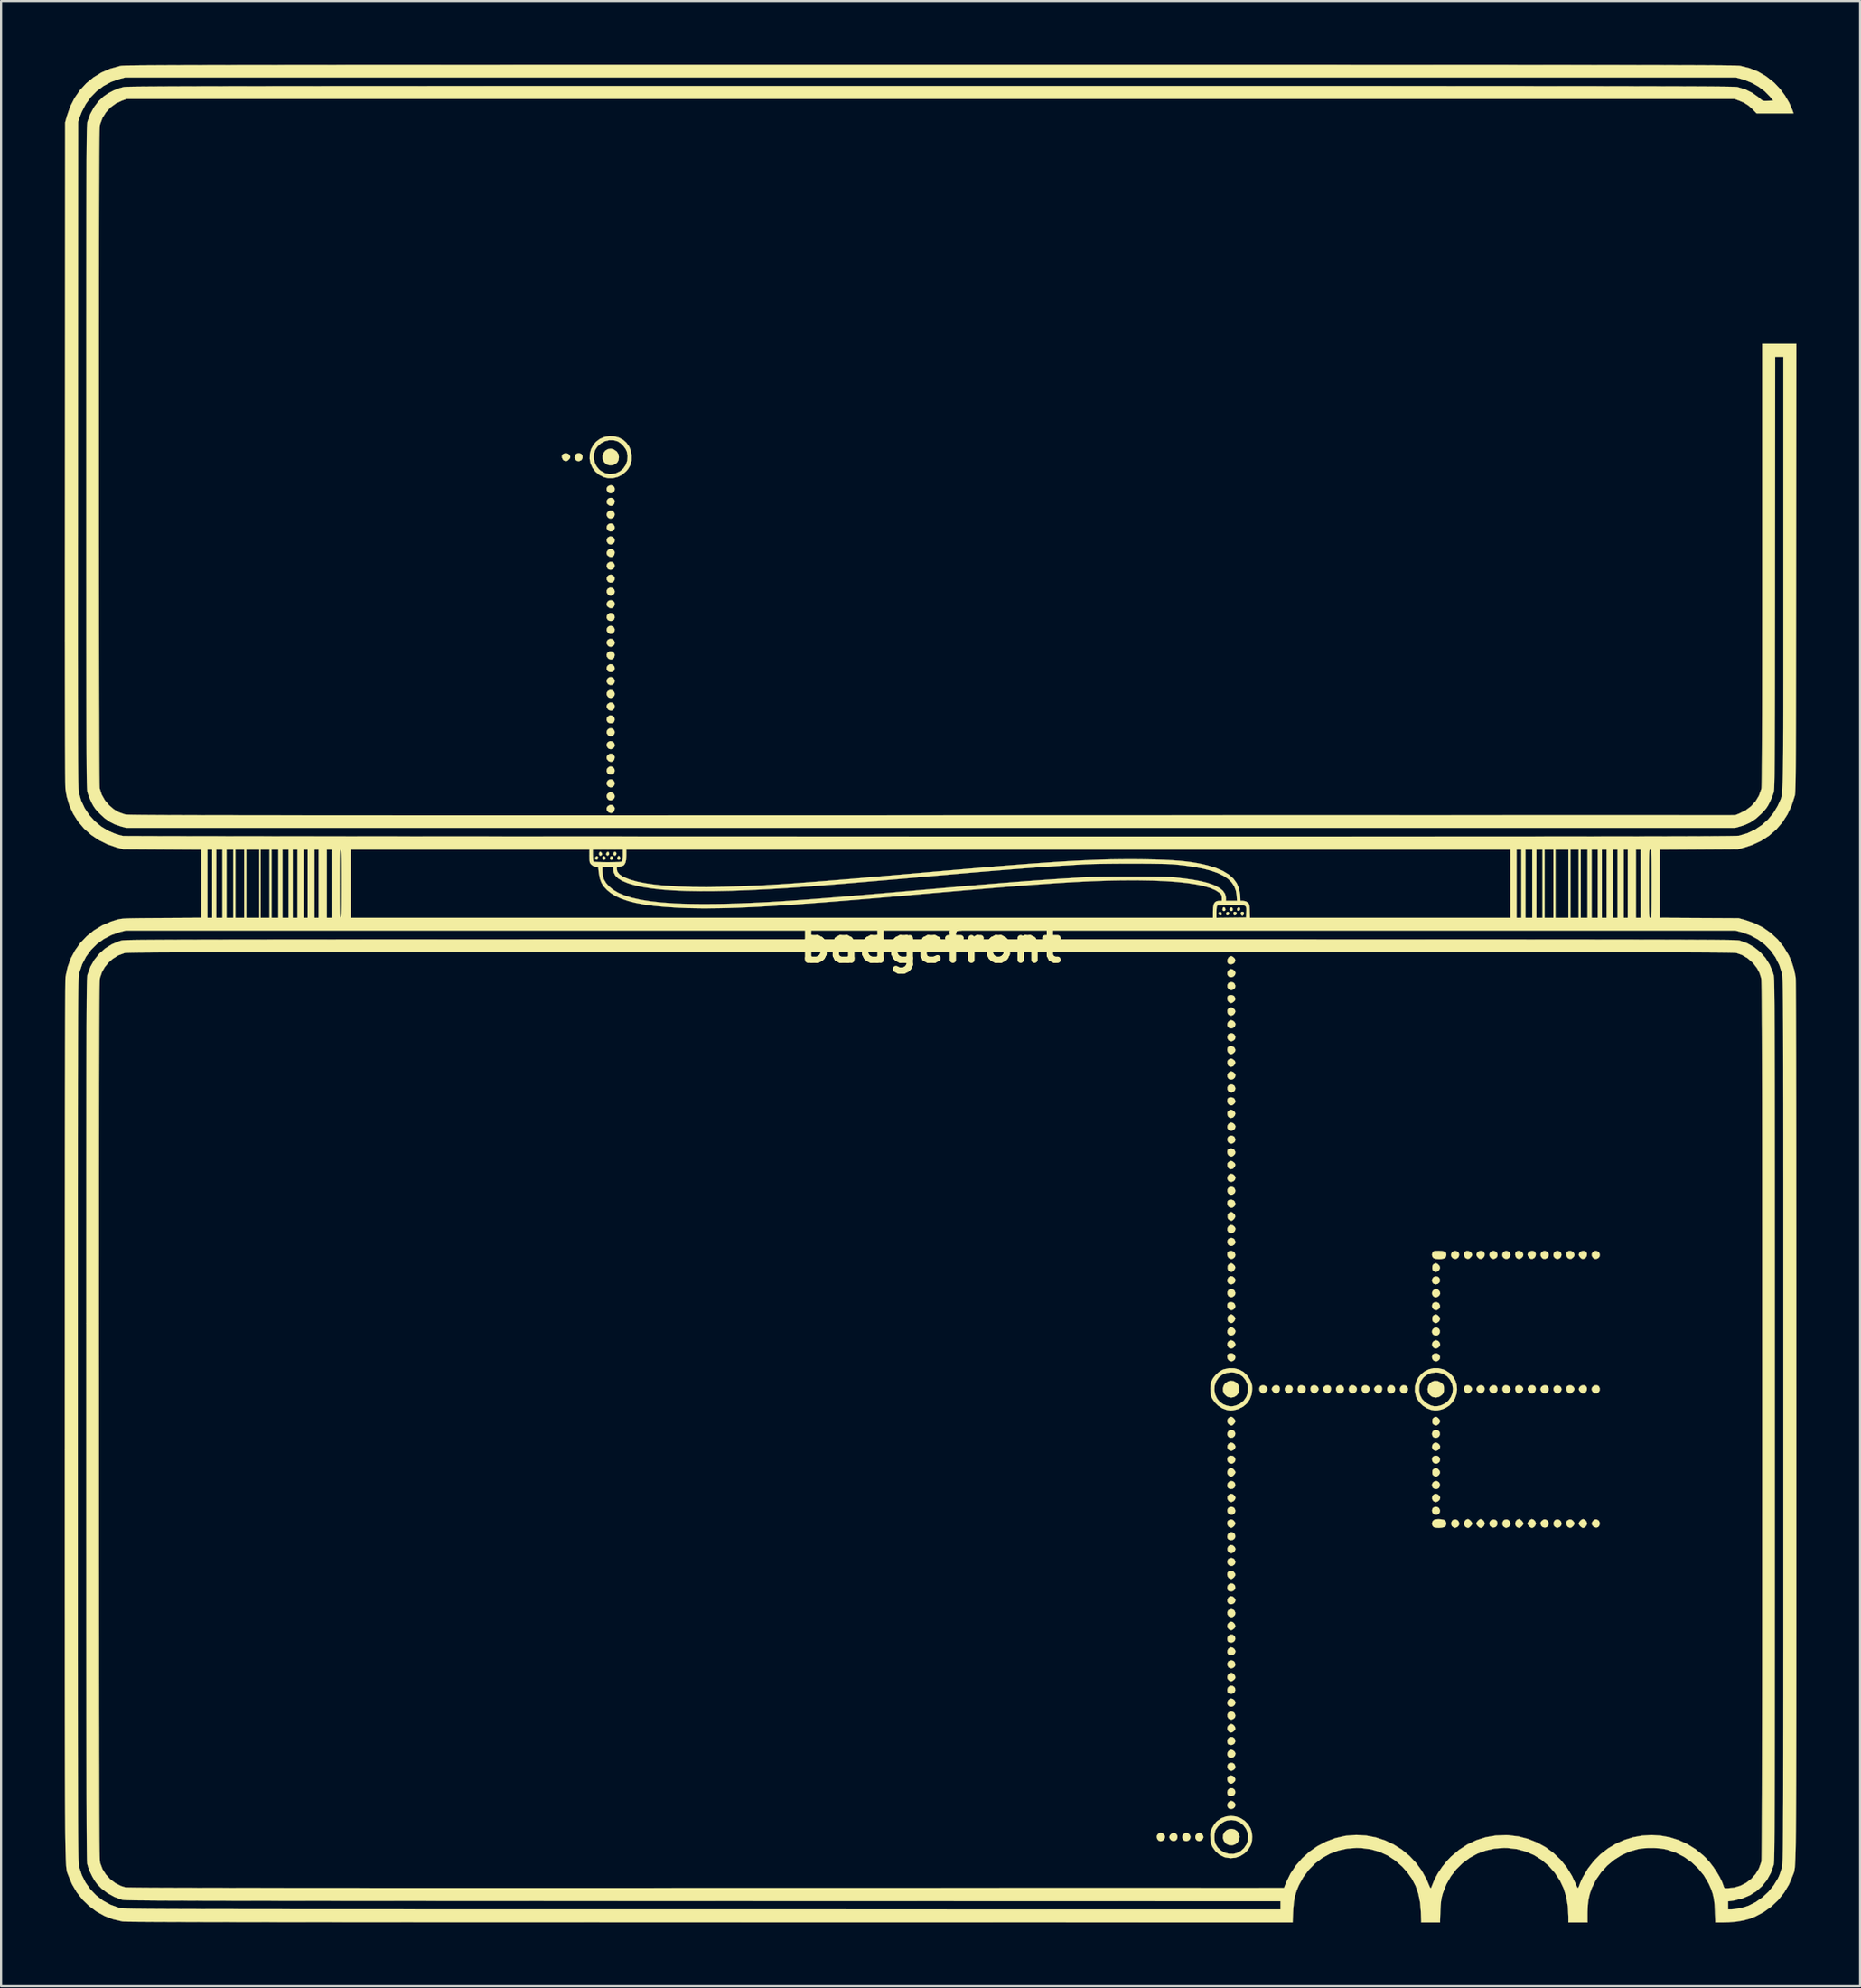
<source format=kicad_pcb>
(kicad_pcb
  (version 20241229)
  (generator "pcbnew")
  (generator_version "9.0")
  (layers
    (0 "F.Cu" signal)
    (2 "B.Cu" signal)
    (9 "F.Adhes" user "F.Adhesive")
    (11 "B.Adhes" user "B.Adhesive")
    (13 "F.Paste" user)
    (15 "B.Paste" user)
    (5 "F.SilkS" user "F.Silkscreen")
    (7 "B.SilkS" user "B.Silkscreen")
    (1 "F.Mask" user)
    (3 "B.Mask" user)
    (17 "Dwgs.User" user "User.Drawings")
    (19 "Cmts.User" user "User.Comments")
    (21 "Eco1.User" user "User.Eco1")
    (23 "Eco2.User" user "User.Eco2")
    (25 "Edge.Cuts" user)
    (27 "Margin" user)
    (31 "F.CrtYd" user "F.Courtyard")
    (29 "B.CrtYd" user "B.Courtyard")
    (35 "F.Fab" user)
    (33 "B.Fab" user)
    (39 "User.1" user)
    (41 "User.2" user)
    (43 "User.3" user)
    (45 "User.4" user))
  (footprint "badgefront"
    (layer "F.Cu")
    (at 40.806 41.481)
    (property "Reference" "badgefront" (at 0 0 0) (layer "F.SilkS") (effects (font (size 1.524 1.524) (thickness 0.3))))
    (attr through_hole)
    (fp_poly (pts (xy -14.989 -4.17) (xy -14.982 -4.162) (xy -14.958 -4.096) (xy -14.985 -4.04) (xy -15.046 -4.019) (xy -15.098 -4.038) (xy -15.111 -4.096) (xy -15.091 -4.166) (xy -15.044 -4.194) (xy -14.989 -4.17)) (stroke (width 0.01) (type solid)) (fill yes) (layer "F.SilkS"))
    (fp_poly (pts (xy -14.816 -4.36) (xy -14.806 -4.308) (xy -14.826 -4.246) (xy -14.871 -4.216) (xy -14.918 -4.228) (xy -14.938 -4.258) (xy -14.945 -4.332) (xy -14.915 -4.386) (xy -14.862 -4.399) (xy -14.816 -4.36)) (stroke (width 0.01) (type solid)) (fill yes) (layer "F.SilkS"))
    (fp_poly (pts (xy 13.867 -1.766) (xy 13.876 -1.754) (xy 13.903 -1.682) (xy 13.88 -1.627) (xy 13.822 -1.608) (xy 13.773 -1.629) (xy 13.761 -1.686) (xy 13.777 -1.762) (xy 13.817 -1.791) (xy 13.867 -1.766)) (stroke (width 0.01) (type solid)) (fill yes) (layer "F.SilkS"))
    (fp_poly (pts (xy -15.702 -4.19) (xy -15.667 -4.149) (xy -15.669 -4.089) (xy -15.702 -4.038) (xy -15.73 -4.025) (xy -15.788 -4.04) (xy -15.806 -4.065) (xy -15.805 -4.129) (xy -15.767 -4.18) (xy -15.71 -4.192) (xy -15.702 -4.19)) (stroke (width 0.01) (type solid)) (fill yes) (layer "F.SilkS"))
    (fp_poly (pts (xy -15.542 -4.391) (xy -15.498 -4.35) (xy -15.479 -4.292) (xy -15.483 -4.266) (xy -15.527 -4.218) (xy -15.585 -4.219) (xy -15.604 -4.233) (xy -15.625 -4.289) (xy -15.615 -4.357) (xy -15.591 -4.391) (xy -15.542 -4.391)) (stroke (width 0.01) (type solid)) (fill yes) (layer "F.SilkS"))
    (fp_poly (pts (xy -15.363 -4.184) (xy -15.321 -4.138) (xy -15.313 -4.076) (xy -15.316 -4.068) (xy -15.36 -4.025) (xy -15.422 -4.026) (xy -15.444 -4.04) (xy -15.465 -4.097) (xy -15.451 -4.161) (xy -15.419 -4.19) (xy -15.363 -4.184)) (stroke (width 0.01) (type solid)) (fill yes) (layer "F.SilkS"))
    (fp_poly (pts (xy -15.173 -4.383) (xy -15.147 -4.322) (xy -15.162 -4.257) (xy -15.21 -4.219) (xy -15.212 -4.219) (xy -15.265 -4.236) (xy -15.285 -4.264) (xy -15.286 -4.324) (xy -15.253 -4.375) (xy -15.207 -4.397) (xy -15.173 -4.383)) (stroke (width 0.01) (type solid)) (fill yes) (layer "F.SilkS"))
    (fp_poly (pts (xy -14.672 -4.199) (xy -14.647 -4.169) (xy -14.617 -4.097) (xy -14.635 -4.041) (xy -14.693 -4.019) (xy -14.751 -4.041) (xy -14.768 -4.064) (xy -14.764 -4.123) (xy -14.739 -4.169) (xy -14.702 -4.21) (xy -14.672 -4.199)) (stroke (width 0.01) (type solid)) (fill yes) (layer "F.SilkS"))
    (fp_poly (pts (xy 13.656 -1.569) (xy 13.704 -1.536) (xy 13.723 -1.477) (xy 13.708 -1.422) (xy 13.685 -1.405) (xy 13.627 -1.411) (xy 13.599 -1.432) (xy 13.576 -1.494) (xy 13.594 -1.549) (xy 13.645 -1.571) (xy 13.656 -1.569)) (stroke (width 0.01) (type solid)) (fill yes) (layer "F.SilkS"))
    (fp_poly (pts (xy 14.052 -1.553) (xy 14.071 -1.527) (xy 14.069 -1.466) (xy 14.032 -1.418) (xy 13.978 -1.404) (xy 13.959 -1.412) (xy 13.927 -1.462) (xy 13.937 -1.523) (xy 13.982 -1.566) (xy 13.995 -1.569) (xy 14.052 -1.553)) (stroke (width 0.01) (type solid)) (fill yes) (layer "F.SilkS"))
    (fp_poly (pts (xy 14.197 -1.779) (xy 14.233 -1.737) (xy 14.243 -1.685) (xy 14.227 -1.623) (xy 14.178 -1.608) (xy 14.116 -1.629) (xy 14.094 -1.656) (xy 14.096 -1.719) (xy 14.135 -1.768) (xy 14.19 -1.781) (xy 14.197 -1.779)) (stroke (width 0.01) (type solid)) (fill yes) (layer "F.SilkS"))
    (fp_poly (pts (xy 14.403 -1.553) (xy 14.426 -1.525) (xy 14.421 -1.465) (xy 14.379 -1.416) (xy 14.322 -1.403) (xy 14.316 -1.405) (xy 14.285 -1.445) (xy 14.275 -1.498) (xy 14.291 -1.559) (xy 14.341 -1.575) (xy 14.403 -1.553)) (stroke (width 0.01) (type solid)) (fill yes) (layer "F.SilkS"))
    (fp_poly (pts (xy 14.553 -1.778) (xy 14.587 -1.738) (xy 14.586 -1.677) (xy 14.553 -1.627) (xy 14.525 -1.614) (xy 14.467 -1.629) (xy 14.449 -1.654) (xy 14.45 -1.718) (xy 14.488 -1.768) (xy 14.545 -1.781) (xy 14.553 -1.778)) (stroke (width 0.01) (type solid)) (fill yes) (layer "F.SilkS"))
    (fp_poly (pts (xy 14.75 -1.556) (xy 14.767 -1.535) (xy 14.765 -1.476) (xy 14.737 -1.415) (xy 14.698 -1.383) (xy 14.693 -1.383) (xy 14.656 -1.408) (xy 14.635 -1.439) (xy 14.617 -1.516) (xy 14.649 -1.565) (xy 14.693 -1.575) (xy 14.75 -1.556)) (stroke (width 0.01) (type solid)) (fill yes) (layer "F.SilkS"))
    (fp_poly (pts (xy -14.976 -19.233) (xy -14.912 -19.167) (xy -14.884 -19.081) (xy -14.9 -18.992) (xy -14.958 -18.923) (xy -15.06 -18.878) (xy -15.152 -18.894) (xy -15.208 -18.937) (xy -15.262 -19.028) (xy -15.263 -19.122) (xy -15.216 -19.202) (xy -15.131 -19.251) (xy -15.071 -19.259) (xy -14.976 -19.233)) (stroke (width 0.01) (type solid)) (fill yes) (layer "F.SilkS"))
    (fp_poly (pts (xy -14.976 -16.822) (xy -14.912 -16.756) (xy -14.884 -16.67) (xy -14.9 -16.58) (xy -14.958 -16.512) (xy -15.06 -16.466) (xy -15.152 -16.483) (xy -15.208 -16.526) (xy -15.262 -16.617) (xy -15.263 -16.711) (xy -15.216 -16.791) (xy -15.131 -16.84) (xy -15.071 -16.848) (xy -14.976 -16.822)) (stroke (width 0.01) (type solid)) (fill yes) (layer "F.SilkS"))
    (fp_poly (pts (xy -14.976 -14.41) (xy -14.912 -14.345) (xy -14.884 -14.258) (xy -14.9 -14.169) (xy -14.958 -14.1) (xy -15.06 -14.055) (xy -15.152 -14.072) (xy -15.208 -14.115) (xy -15.262 -14.206) (xy -15.263 -14.299) (xy -15.216 -14.379) (xy -15.131 -14.428) (xy -15.071 -14.436) (xy -14.976 -14.41)) (stroke (width 0.01) (type solid)) (fill yes) (layer "F.SilkS"))
    (fp_poly (pts (xy -14.976 -11.999) (xy -14.912 -11.933) (xy -14.884 -11.847) (xy -14.9 -11.758) (xy -14.958 -11.689) (xy -15.06 -11.643) (xy -15.152 -11.66) (xy -15.208 -11.703) (xy -15.262 -11.794) (xy -15.263 -11.888) (xy -15.216 -11.968) (xy -15.131 -12.017) (xy -15.071 -12.025) (xy -14.976 -11.999)) (stroke (width 0.01) (type solid)) (fill yes) (layer "F.SilkS"))
    (fp_poly (pts (xy -14.976 -9.587) (xy -14.912 -9.522) (xy -14.884 -9.435) (xy -14.9 -9.346) (xy -14.958 -9.278) (xy -15.06 -9.232) (xy -15.152 -9.249) (xy -15.208 -9.292) (xy -15.262 -9.383) (xy -15.263 -9.477) (xy -15.216 -9.557) (xy -15.131 -9.606) (xy -15.071 -9.613) (xy -14.976 -9.587)) (stroke (width 0.01) (type solid)) (fill yes) (layer "F.SilkS"))
    (fp_poly (pts (xy -14.976 -7.176) (xy -14.912 -7.111) (xy -14.884 -7.024) (xy -14.9 -6.935) (xy -14.958 -6.866) (xy -15.06 -6.821) (xy -15.152 -6.837) (xy -15.208 -6.881) (xy -15.262 -6.971) (xy -15.263 -7.065) (xy -15.216 -7.145) (xy -15.131 -7.194) (xy -15.071 -7.202) (xy -14.976 -7.176)) (stroke (width 0.01) (type solid)) (fill yes) (layer "F.SilkS"))
    (fp_poly (pts (xy -14.964 -21.644) (xy -14.905 -21.577) (xy -14.882 -21.49) (xy -14.901 -21.401) (xy -14.958 -21.335) (xy -15.06 -21.289) (xy -15.152 -21.306) (xy -15.208 -21.349) (xy -15.264 -21.44) (xy -15.264 -21.532) (xy -15.217 -21.611) (xy -15.128 -21.66) (xy -15.054 -21.67) (xy -14.964 -21.644)) (stroke (width 0.01) (type solid)) (fill yes) (layer "F.SilkS"))
    (fp_poly (pts (xy -14.95 -21.037) (xy -14.897 -20.967) (xy -14.886 -20.904) (xy -14.91 -20.794) (xy -14.972 -20.721) (xy -15.059 -20.695) (xy -15.144 -20.717) (xy -15.237 -20.788) (xy -15.268 -20.877) (xy -15.255 -20.951) (xy -15.2 -21.032) (xy -15.119 -21.072) (xy -15.03 -21.073) (xy -14.95 -21.037)) (stroke (width 0.01) (type solid)) (fill yes) (layer "F.SilkS"))
    (fp_poly (pts (xy -14.95 -18.626) (xy -14.897 -18.556) (xy -14.886 -18.493) (xy -14.91 -18.382) (xy -14.972 -18.309) (xy -15.059 -18.284) (xy -15.144 -18.305) (xy -15.237 -18.376) (xy -15.268 -18.466) (xy -15.255 -18.539) (xy -15.2 -18.62) (xy -15.119 -18.66) (xy -15.03 -18.661) (xy -14.95 -18.626)) (stroke (width 0.01) (type solid)) (fill yes) (layer "F.SilkS"))
    (fp_poly (pts (xy -14.95 -16.214) (xy -14.897 -16.144) (xy -14.886 -16.081) (xy -14.91 -15.971) (xy -14.972 -15.898) (xy -15.059 -15.872) (xy -15.144 -15.894) (xy -15.237 -15.965) (xy -15.268 -16.054) (xy -15.255 -16.128) (xy -15.2 -16.209) (xy -15.119 -16.249) (xy -15.03 -16.25) (xy -14.95 -16.214)) (stroke (width 0.01) (type solid)) (fill yes) (layer "F.SilkS"))
    (fp_poly (pts (xy -14.943 -20.425) (xy -14.894 -20.34) (xy -14.886 -20.282) (xy -14.912 -20.19) (xy -14.978 -20.126) (xy -15.065 -20.097) (xy -15.153 -20.11) (xy -15.222 -20.166) (xy -15.268 -20.269) (xy -15.251 -20.361) (xy -15.208 -20.416) (xy -15.117 -20.471) (xy -15.023 -20.471) (xy -14.943 -20.425)) (stroke (width 0.01) (type solid)) (fill yes) (layer "F.SilkS"))
    (fp_poly (pts (xy -14.943 -18.014) (xy -14.894 -17.928) (xy -14.886 -17.871) (xy -14.913 -17.778) (xy -14.982 -17.713) (xy -15.071 -17.685) (xy -15.164 -17.701) (xy -15.219 -17.742) (xy -15.267 -17.837) (xy -15.255 -17.937) (xy -15.208 -18.005) (xy -15.117 -18.059) (xy -15.023 -18.06) (xy -14.943 -18.014)) (stroke (width 0.01) (type solid)) (fill yes) (layer "F.SilkS"))
    (fp_poly (pts (xy 12.112 41.839) (xy 12.194 41.889) (xy 12.243 41.975) (xy 12.25 42.028) (xy 12.223 42.121) (xy 12.155 42.186) (xy 12.065 42.214) (xy 11.972 42.198) (xy 11.917 42.157) (xy 11.871 42.065) (xy 11.874 41.965) (xy 11.923 41.883) (xy 12.016 41.835) (xy 12.112 41.839)) (stroke (width 0.01) (type solid)) (fill yes) (layer "F.SilkS"))
    (fp_poly (pts (xy 14.244 25.258) (xy 14.318 25.312) (xy 14.353 25.374) (xy 14.361 25.475) (xy 14.32 25.557) (xy 14.243 25.61) (xy 14.145 25.624) (xy 14.042 25.59) (xy 13.997 25.528) (xy 13.986 25.447) (xy 14.011 25.347) (xy 14.073 25.279) (xy 14.156 25.249) (xy 14.244 25.258)) (stroke (width 0.01) (type solid)) (fill yes) (layer "F.SilkS"))
    (fp_poly (pts (xy 14.244 27.67) (xy 14.318 27.723) (xy 14.353 27.785) (xy 14.361 27.887) (xy 14.32 27.968) (xy 14.243 28.021) (xy 14.145 28.035) (xy 14.042 28.002) (xy 13.997 27.94) (xy 13.986 27.859) (xy 14.011 27.758) (xy 14.073 27.691) (xy 14.156 27.66) (xy 14.244 27.67)) (stroke (width 0.01) (type solid)) (fill yes) (layer "F.SilkS"))
    (fp_poly (pts (xy 14.259 24.069) (xy 14.322 24.121) (xy 14.367 24.223) (xy 14.351 24.315) (xy 14.308 24.371) (xy 14.219 24.428) (xy 14.124 24.422) (xy 14.058 24.385) (xy 14.004 24.317) (xy 13.984 24.227) (xy 13.999 24.14) (xy 14.048 24.083) (xy 14.158 24.051) (xy 14.259 24.069)) (stroke (width 0.01) (type solid)) (fill yes) (layer "F.SilkS"))
    (fp_poly (pts (xy 19.4 20.757) (xy 19.46 20.824) (xy 19.485 20.913) (xy 19.47 21.003) (xy 19.413 21.074) (xy 19.31 21.119) (xy 19.218 21.103) (xy 19.163 21.059) (xy 19.109 20.969) (xy 19.109 20.875) (xy 19.155 20.793) (xy 19.24 20.741) (xy 19.312 20.73) (xy 19.4 20.757)) (stroke (width 0.01) (type solid)) (fill yes) (layer "F.SilkS"))
    (fp_poly (pts (xy 21.812 20.757) (xy 21.871 20.824) (xy 21.897 20.913) (xy 21.882 21.003) (xy 21.824 21.074) (xy 21.722 21.119) (xy 21.63 21.103) (xy 21.574 21.059) (xy 21.52 20.969) (xy 21.52 20.875) (xy 21.566 20.793) (xy 21.651 20.741) (xy 21.723 20.73) (xy 21.812 20.757)) (stroke (width 0.01) (type solid)) (fill yes) (layer "F.SilkS"))
    (fp_poly (pts (xy 22.399 20.755) (xy 22.471 20.82) (xy 22.501 20.908) (xy 22.483 21.003) (xy 22.442 21.059) (xy 22.353 21.116) (xy 22.258 21.11) (xy 22.192 21.074) (xy 22.133 21) (xy 22.119 20.909) (xy 22.146 20.821) (xy 22.207 20.755) (xy 22.293 20.73) (xy 22.399 20.755)) (stroke (width 0.01) (type solid)) (fill yes) (layer "F.SilkS"))
    (fp_poly (pts (xy 24.823 14.43) (xy 24.89 14.497) (xy 24.914 14.586) (xy 24.888 14.68) (xy 24.853 14.726) (xy 24.765 14.782) (xy 24.67 14.776) (xy 24.603 14.74) (xy 24.542 14.665) (xy 24.53 14.576) (xy 24.561 14.491) (xy 24.629 14.428) (xy 24.722 14.404) (xy 24.823 14.43)) (stroke (width 0.01) (type solid)) (fill yes) (layer "F.SilkS"))
    (fp_poly (pts (xy 26.628 14.43) (xy 26.693 14.496) (xy 26.72 14.582) (xy 26.705 14.671) (xy 26.647 14.74) (xy 26.545 14.785) (xy 26.453 14.769) (xy 26.397 14.726) (xy 26.342 14.635) (xy 26.342 14.541) (xy 26.388 14.461) (xy 26.474 14.412) (xy 26.534 14.404) (xy 26.628 14.43)) (stroke (width 0.01) (type solid)) (fill yes) (layer "F.SilkS"))
    (fp_poly (pts (xy 27.235 14.43) (xy 27.301 14.497) (xy 27.325 14.586) (xy 27.3 14.68) (xy 27.265 14.726) (xy 27.176 14.782) (xy 27.081 14.776) (xy 27.015 14.74) (xy 26.953 14.665) (xy 26.941 14.576) (xy 26.972 14.491) (xy 27.04 14.428) (xy 27.134 14.404) (xy 27.235 14.43)) (stroke (width 0.01) (type solid)) (fill yes) (layer "F.SilkS"))
    (fp_poly (pts (xy 29.04 14.43) (xy 29.104 14.496) (xy 29.132 14.582) (xy 29.116 14.671) (xy 29.058 14.74) (xy 28.956 14.785) (xy 28.864 14.769) (xy 28.808 14.726) (xy 28.754 14.635) (xy 28.753 14.541) (xy 28.8 14.461) (xy 28.885 14.412) (xy 28.945 14.404) (xy 29.04 14.43)) (stroke (width 0.01) (type solid)) (fill yes) (layer "F.SilkS"))
    (fp_poly (pts (xy 29.646 14.43) (xy 29.712 14.497) (xy 29.736 14.586) (xy 29.711 14.68) (xy 29.676 14.726) (xy 29.587 14.782) (xy 29.492 14.776) (xy 29.426 14.74) (xy 29.365 14.665) (xy 29.353 14.576) (xy 29.384 14.491) (xy 29.451 14.428) (xy 29.545 14.404) (xy 29.646 14.43)) (stroke (width 0.01) (type solid)) (fill yes) (layer "F.SilkS"))
    (fp_poly (pts (xy 31.451 14.43) (xy 31.515 14.496) (xy 31.543 14.582) (xy 31.528 14.671) (xy 31.47 14.74) (xy 31.367 14.785) (xy 31.275 14.769) (xy 31.219 14.726) (xy 31.165 14.635) (xy 31.165 14.541) (xy 31.211 14.461) (xy 31.297 14.412) (xy 31.356 14.404) (xy 31.451 14.43)) (stroke (width 0.01) (type solid)) (fill yes) (layer "F.SilkS"))
    (fp_poly (pts (xy -16.471 -23.15) (xy -16.448 -23.131) (xy -16.403 -23.047) (xy -16.404 -22.949) (xy -16.447 -22.865) (xy -16.469 -22.846) (xy -16.571 -22.8) (xy -16.663 -22.817) (xy -16.719 -22.86) (xy -16.776 -22.949) (xy -16.769 -23.044) (xy -16.733 -23.11) (xy -16.659 -23.166) (xy -16.562 -23.18) (xy -16.471 -23.15)) (stroke (width 0.01) (type solid)) (fill yes) (layer "F.SilkS"))
    (fp_poly (pts (xy -15.024 -15.644) (xy -14.958 -15.608) (xy -14.901 -15.534) (xy -14.887 -15.437) (xy -14.918 -15.346) (xy -14.937 -15.323) (xy -15.02 -15.28) (xy -15.12 -15.279) (xy -15.207 -15.319) (xy -15.219 -15.331) (xy -15.267 -15.425) (xy -15.255 -15.525) (xy -15.208 -15.594) (xy -15.119 -15.65) (xy -15.024 -15.644)) (stroke (width 0.01) (type solid)) (fill yes) (layer "F.SilkS"))
    (fp_poly (pts (xy -15.024 -13.233) (xy -14.958 -13.197) (xy -14.901 -13.122) (xy -14.887 -13.026) (xy -14.918 -12.934) (xy -14.937 -12.911) (xy -15.02 -12.868) (xy -15.12 -12.868) (xy -15.207 -12.908) (xy -15.219 -12.92) (xy -15.267 -13.014) (xy -15.255 -13.114) (xy -15.208 -13.182) (xy -15.119 -13.239) (xy -15.024 -13.233)) (stroke (width 0.01) (type solid)) (fill yes) (layer "F.SilkS"))
    (fp_poly (pts (xy -15.024 -10.821) (xy -14.958 -10.785) (xy -14.901 -10.711) (xy -14.887 -10.614) (xy -14.918 -10.523) (xy -14.937 -10.5) (xy -15.02 -10.457) (xy -15.12 -10.456) (xy -15.207 -10.497) (xy -15.219 -10.508) (xy -15.267 -10.603) (xy -15.255 -10.703) (xy -15.208 -10.771) (xy -15.119 -10.827) (xy -15.024 -10.821)) (stroke (width 0.01) (type solid)) (fill yes) (layer "F.SilkS"))
    (fp_poly (pts (xy -15.024 -8.41) (xy -14.958 -8.374) (xy -14.901 -8.299) (xy -14.887 -8.203) (xy -14.918 -8.111) (xy -14.937 -8.088) (xy -15.02 -8.046) (xy -15.12 -8.045) (xy -15.207 -8.085) (xy -15.219 -8.097) (xy -15.267 -8.191) (xy -15.255 -8.291) (xy -15.208 -8.359) (xy -15.119 -8.416) (xy -15.024 -8.41)) (stroke (width 0.01) (type solid)) (fill yes) (layer "F.SilkS"))
    (fp_poly (pts (xy -15.022 -13.838) (xy -14.938 -13.79) (xy -14.891 -13.708) (xy -14.886 -13.67) (xy -14.91 -13.558) (xy -14.972 -13.484) (xy -15.059 -13.458) (xy -15.157 -13.485) (xy -15.187 -13.506) (xy -15.254 -13.591) (xy -15.269 -13.685) (xy -15.234 -13.771) (xy -15.153 -13.83) (xy -15.125 -13.839) (xy -15.022 -13.838)) (stroke (width 0.01) (type solid)) (fill yes) (layer "F.SilkS"))
    (fp_poly (pts (xy -15.021 -11.429) (xy -14.942 -11.381) (xy -14.893 -11.302) (xy -14.886 -11.259) (xy -14.91 -11.146) (xy -14.972 -11.073) (xy -15.059 -11.046) (xy -15.157 -11.074) (xy -15.187 -11.094) (xy -15.256 -11.18) (xy -15.268 -11.273) (xy -15.226 -11.359) (xy -15.133 -11.422) (xy -15.11 -11.431) (xy -15.021 -11.429)) (stroke (width 0.01) (type solid)) (fill yes) (layer "F.SilkS"))
    (fp_poly (pts (xy -15.021 -9.018) (xy -14.942 -8.969) (xy -14.893 -8.891) (xy -14.886 -8.847) (xy -14.91 -8.735) (xy -14.972 -8.662) (xy -15.059 -8.635) (xy -15.157 -8.662) (xy -15.187 -8.683) (xy -15.256 -8.769) (xy -15.268 -8.862) (xy -15.226 -8.947) (xy -15.133 -9.011) (xy -15.11 -9.019) (xy -15.021 -9.018)) (stroke (width 0.01) (type solid)) (fill yes) (layer "F.SilkS"))
    (fp_poly (pts (xy -15.021 -6.606) (xy -14.942 -6.558) (xy -14.893 -6.479) (xy -14.886 -6.436) (xy -14.91 -6.324) (xy -14.972 -6.25) (xy -15.059 -6.224) (xy -15.157 -6.251) (xy -15.187 -6.271) (xy -15.256 -6.357) (xy -15.268 -6.451) (xy -15.226 -6.536) (xy -15.133 -6.599) (xy -15.11 -6.608) (xy -15.021 -6.606)) (stroke (width 0.01) (type solid)) (fill yes) (layer "F.SilkS"))
    (fp_poly (pts (xy -14.962 -19.832) (xy -14.94 -19.811) (xy -14.89 -19.721) (xy -14.891 -19.632) (xy -14.931 -19.556) (xy -15 -19.504) (xy -15.084 -19.488) (xy -15.173 -19.52) (xy -15.208 -19.548) (xy -15.264 -19.637) (xy -15.258 -19.732) (xy -15.222 -19.798) (xy -15.147 -19.856) (xy -15.052 -19.867) (xy -14.962 -19.832)) (stroke (width 0.01) (type solid)) (fill yes) (layer "F.SilkS"))
    (fp_poly (pts (xy -14.962 -17.421) (xy -14.94 -17.4) (xy -14.89 -17.309) (xy -14.891 -17.22) (xy -14.931 -17.144) (xy -15 -17.093) (xy -15.084 -17.077) (xy -15.173 -17.108) (xy -15.208 -17.137) (xy -15.264 -17.226) (xy -15.258 -17.321) (xy -15.222 -17.387) (xy -15.147 -17.444) (xy -15.052 -17.456) (xy -14.962 -17.421)) (stroke (width 0.01) (type solid)) (fill yes) (layer "F.SilkS"))
    (fp_poly (pts (xy -14.962 -15.009) (xy -14.94 -14.988) (xy -14.89 -14.898) (xy -14.891 -14.809) (xy -14.931 -14.733) (xy -15 -14.681) (xy -15.084 -14.665) (xy -15.173 -14.697) (xy -15.208 -14.726) (xy -15.264 -14.814) (xy -15.258 -14.909) (xy -15.222 -14.976) (xy -15.147 -15.033) (xy -15.052 -15.045) (xy -14.962 -15.009)) (stroke (width 0.01) (type solid)) (fill yes) (layer "F.SilkS"))
    (fp_poly (pts (xy -14.962 -12.598) (xy -14.94 -12.577) (xy -14.89 -12.486) (xy -14.891 -12.397) (xy -14.931 -12.321) (xy -15 -12.27) (xy -15.084 -12.254) (xy -15.173 -12.285) (xy -15.208 -12.314) (xy -15.264 -12.403) (xy -15.258 -12.498) (xy -15.222 -12.564) (xy -15.147 -12.622) (xy -15.052 -12.633) (xy -14.962 -12.598)) (stroke (width 0.01) (type solid)) (fill yes) (layer "F.SilkS"))
    (fp_poly (pts (xy -14.962 -10.186) (xy -14.94 -10.166) (xy -14.89 -10.075) (xy -14.891 -9.986) (xy -14.931 -9.91) (xy -15 -9.858) (xy -15.084 -9.843) (xy -15.173 -9.874) (xy -15.208 -9.903) (xy -15.264 -9.992) (xy -15.258 -10.087) (xy -15.222 -10.153) (xy -15.147 -10.21) (xy -15.052 -10.222) (xy -14.962 -10.186)) (stroke (width 0.01) (type solid)) (fill yes) (layer "F.SilkS"))
    (fp_poly (pts (xy -14.962 -7.775) (xy -14.94 -7.754) (xy -14.89 -7.664) (xy -14.891 -7.575) (xy -14.931 -7.499) (xy -15 -7.447) (xy -15.084 -7.431) (xy -15.173 -7.463) (xy -15.208 -7.491) (xy -15.264 -7.58) (xy -15.258 -7.675) (xy -15.222 -7.741) (xy -15.147 -7.799) (xy -15.052 -7.81) (xy -14.962 -7.775)) (stroke (width 0.01) (type solid)) (fill yes) (layer "F.SilkS"))
    (fp_poly (pts (xy 10.921 41.844) (xy 10.999 41.897) (xy 11.045 41.979) (xy 11.04 42.065) (xy 10.998 42.144) (xy 10.928 42.2) (xy 10.842 42.22) (xy 10.752 42.191) (xy 10.752 42.191) (xy 10.686 42.114) (xy 10.661 42.013) (xy 10.672 41.949) (xy 10.732 41.866) (xy 10.821 41.831) (xy 10.921 41.844)) (stroke (width 0.01) (type solid)) (fill yes) (layer "F.SilkS"))
    (fp_poly (pts (xy 11.557 41.858) (xy 11.621 41.933) (xy 11.639 42.02) (xy 11.613 42.121) (xy 11.547 42.187) (xy 11.457 42.211) (xy 11.363 42.186) (xy 11.317 42.151) (xy 11.269 42.081) (xy 11.253 42.023) (xy 11.281 41.94) (xy 11.35 41.869) (xy 11.438 41.831) (xy 11.46 41.83) (xy 11.557 41.858)) (stroke (width 0.01) (type solid)) (fill yes) (layer "F.SilkS"))
    (fp_poly (pts (xy 14.197 7.173) (xy 14.285 7.207) (xy 14.322 7.241) (xy 14.367 7.337) (xy 14.352 7.42) (xy 14.297 7.486) (xy 14.213 7.545) (xy 14.133 7.546) (xy 14.058 7.506) (xy 14.006 7.436) (xy 13.985 7.341) (xy 13.999 7.249) (xy 14.025 7.208) (xy 14.1 7.173) (xy 14.197 7.173)) (stroke (width 0.01) (type solid)) (fill yes) (layer "F.SilkS"))
    (fp_poly (pts (xy 14.197 9.584) (xy 14.285 9.618) (xy 14.322 9.653) (xy 14.367 9.748) (xy 14.352 9.831) (xy 14.297 9.897) (xy 14.213 9.956) (xy 14.133 9.957) (xy 14.058 9.917) (xy 14.006 9.848) (xy 13.985 9.752) (xy 13.999 9.661) (xy 14.025 9.62) (xy 14.1 9.584) (xy 14.197 9.584)) (stroke (width 0.01) (type solid)) (fill yes) (layer "F.SilkS"))
    (fp_poly (pts (xy 14.197 11.996) (xy 14.285 12.03) (xy 14.322 12.064) (xy 14.367 12.166) (xy 14.351 12.258) (xy 14.308 12.314) (xy 14.219 12.371) (xy 14.124 12.365) (xy 14.058 12.328) (xy 14.006 12.259) (xy 13.985 12.164) (xy 13.999 12.072) (xy 14.025 12.031) (xy 14.1 11.995) (xy 14.197 11.996)) (stroke (width 0.01) (type solid)) (fill yes) (layer "F.SilkS"))
    (fp_poly (pts (xy 14.197 14.407) (xy 14.285 14.441) (xy 14.322 14.476) (xy 14.367 14.578) (xy 14.351 14.67) (xy 14.308 14.726) (xy 14.219 14.782) (xy 14.124 14.776) (xy 14.058 14.74) (xy 14.006 14.67) (xy 13.985 14.575) (xy 13.999 14.483) (xy 14.025 14.443) (xy 14.1 14.407) (xy 14.197 14.407)) (stroke (width 0.01) (type solid)) (fill yes) (layer "F.SilkS"))
    (fp_poly (pts (xy 14.197 16.819) (xy 14.285 16.852) (xy 14.322 16.887) (xy 14.367 16.989) (xy 14.351 17.081) (xy 14.308 17.137) (xy 14.219 17.193) (xy 14.124 17.187) (xy 14.058 17.151) (xy 14.006 17.082) (xy 13.985 16.987) (xy 13.999 16.895) (xy 14.025 16.854) (xy 14.1 16.818) (xy 14.197 16.819)) (stroke (width 0.01) (type solid)) (fill yes) (layer "F.SilkS"))
    (fp_poly (pts (xy 14.197 19.23) (xy 14.285 19.264) (xy 14.322 19.298) (xy 14.367 19.4) (xy 14.351 19.492) (xy 14.308 19.548) (xy 14.219 19.605) (xy 14.124 19.599) (xy 14.058 19.563) (xy 14.006 19.493) (xy 13.985 19.398) (xy 13.999 19.306) (xy 14.025 19.265) (xy 14.1 19.23) (xy 14.197 19.23)) (stroke (width 0.01) (type solid)) (fill yes) (layer "F.SilkS"))
    (fp_poly (pts (xy 14.204 0.526) (xy 14.266 0.567) (xy 14.346 0.647) (xy 14.364 0.729) (xy 14.326 0.821) (xy 14.257 0.878) (xy 14.163 0.902) (xy 14.072 0.89) (xy 14.02 0.854) (xy 13.988 0.771) (xy 13.998 0.672) (xy 14.045 0.584) (xy 14.089 0.548) (xy 14.153 0.519) (xy 14.204 0.526)) (stroke (width 0.01) (type solid)) (fill yes) (layer "F.SilkS"))
    (fp_poly (pts (xy 14.219 1.742) (xy 14.303 1.786) (xy 14.322 1.808) (xy 14.367 1.91) (xy 14.351 2.002) (xy 14.308 2.058) (xy 14.216 2.112) (xy 14.119 2.113) (xy 14.039 2.063) (xy 13.994 1.974) (xy 13.993 1.872) (xy 14.036 1.788) (xy 14.037 1.787) (xy 14.121 1.742) (xy 14.219 1.742)) (stroke (width 0.01) (type solid)) (fill yes) (layer "F.SilkS"))
    (fp_poly (pts (xy 14.219 4.154) (xy 14.303 4.197) (xy 14.322 4.219) (xy 14.367 4.321) (xy 14.351 4.413) (xy 14.308 4.469) (xy 14.216 4.524) (xy 14.119 4.524) (xy 14.039 4.475) (xy 13.994 4.385) (xy 13.993 4.284) (xy 14.036 4.199) (xy 14.037 4.198) (xy 14.121 4.153) (xy 14.219 4.154)) (stroke (width 0.01) (type solid)) (fill yes) (layer "F.SilkS"))
    (fp_poly (pts (xy 14.219 6.565) (xy 14.303 6.609) (xy 14.322 6.63) (xy 14.367 6.733) (xy 14.351 6.825) (xy 14.308 6.881) (xy 14.216 6.935) (xy 14.119 6.936) (xy 14.039 6.886) (xy 13.994 6.796) (xy 13.993 6.695) (xy 14.036 6.61) (xy 14.037 6.61) (xy 14.121 6.565) (xy 14.219 6.565)) (stroke (width 0.01) (type solid)) (fill yes) (layer "F.SilkS"))
    (fp_poly (pts (xy 14.219 8.977) (xy 14.303 9.02) (xy 14.322 9.042) (xy 14.367 9.144) (xy 14.351 9.236) (xy 14.308 9.292) (xy 14.216 9.347) (xy 14.119 9.347) (xy 14.039 9.297) (xy 13.994 9.208) (xy 13.993 9.106) (xy 14.036 9.022) (xy 14.037 9.021) (xy 14.121 8.976) (xy 14.219 8.977)) (stroke (width 0.01) (type solid)) (fill yes) (layer "F.SilkS"))
    (fp_poly (pts (xy 14.219 11.388) (xy 14.303 11.431) (xy 14.322 11.453) (xy 14.367 11.555) (xy 14.351 11.647) (xy 14.308 11.703) (xy 14.216 11.758) (xy 14.119 11.759) (xy 14.039 11.709) (xy 13.994 11.619) (xy 13.993 11.518) (xy 14.036 11.433) (xy 14.037 11.432) (xy 14.121 11.388) (xy 14.219 11.388)) (stroke (width 0.01) (type solid)) (fill yes) (layer "F.SilkS"))
    (fp_poly (pts (xy 14.219 13.799) (xy 14.303 13.843) (xy 14.322 13.865) (xy 14.367 13.967) (xy 14.351 14.059) (xy 14.308 14.115) (xy 14.216 14.169) (xy 14.119 14.17) (xy 14.039 14.12) (xy 13.994 14.031) (xy 13.993 13.929) (xy 14.036 13.845) (xy 14.037 13.844) (xy 14.121 13.799) (xy 14.219 13.799)) (stroke (width 0.01) (type solid)) (fill yes) (layer "F.SilkS"))
    (fp_poly (pts (xy 14.219 16.211) (xy 14.303 16.254) (xy 14.322 16.276) (xy 14.367 16.378) (xy 14.351 16.47) (xy 14.308 16.526) (xy 14.216 16.581) (xy 14.119 16.581) (xy 14.039 16.532) (xy 13.994 16.442) (xy 13.993 16.34) (xy 14.036 16.256) (xy 14.037 16.255) (xy 14.121 16.21) (xy 14.219 16.211)) (stroke (width 0.01) (type solid)) (fill yes) (layer "F.SilkS"))
    (fp_poly (pts (xy 14.219 26.467) (xy 14.303 26.511) (xy 14.322 26.532) (xy 14.367 26.635) (xy 14.351 26.727) (xy 14.308 26.783) (xy 14.219 26.839) (xy 14.124 26.833) (xy 14.058 26.797) (xy 14.001 26.723) (xy 13.987 26.626) (xy 14.018 26.535) (xy 14.037 26.512) (xy 14.121 26.467) (xy 14.219 26.467)) (stroke (width 0.01) (type solid)) (fill yes) (layer "F.SilkS"))
    (fp_poly (pts (xy 14.219 28.879) (xy 14.303 28.922) (xy 14.322 28.944) (xy 14.367 29.046) (xy 14.351 29.138) (xy 14.308 29.194) (xy 14.219 29.25) (xy 14.124 29.244) (xy 14.058 29.208) (xy 14.001 29.134) (xy 13.987 29.037) (xy 14.018 28.946) (xy 14.037 28.923) (xy 14.121 28.878) (xy 14.219 28.879)) (stroke (width 0.01) (type solid)) (fill yes) (layer "F.SilkS"))
    (fp_poly (pts (xy 14.219 31.29) (xy 14.303 31.333) (xy 14.322 31.355) (xy 14.367 31.457) (xy 14.351 31.549) (xy 14.308 31.605) (xy 14.219 31.662) (xy 14.124 31.656) (xy 14.058 31.62) (xy 14.001 31.545) (xy 13.987 31.449) (xy 14.018 31.357) (xy 14.037 31.334) (xy 14.121 31.29) (xy 14.219 31.29)) (stroke (width 0.01) (type solid)) (fill yes) (layer "F.SilkS"))
    (fp_poly (pts (xy 14.219 33.701) (xy 14.303 33.745) (xy 14.322 33.767) (xy 14.367 33.869) (xy 14.351 33.961) (xy 14.308 34.017) (xy 14.216 34.071) (xy 14.119 34.072) (xy 14.039 34.022) (xy 13.994 33.933) (xy 13.993 33.831) (xy 14.036 33.747) (xy 14.037 33.746) (xy 14.121 33.701) (xy 14.219 33.701)) (stroke (width 0.01) (type solid)) (fill yes) (layer "F.SilkS"))
    (fp_poly (pts (xy 14.219 36.113) (xy 14.303 36.156) (xy 14.322 36.178) (xy 14.367 36.28) (xy 14.351 36.372) (xy 14.308 36.428) (xy 14.216 36.483) (xy 14.119 36.483) (xy 14.039 36.434) (xy 13.994 36.344) (xy 13.993 36.243) (xy 14.036 36.158) (xy 14.037 36.157) (xy 14.121 36.112) (xy 14.219 36.113)) (stroke (width 0.01) (type solid)) (fill yes) (layer "F.SilkS"))
    (fp_poly (pts (xy 14.219 38.524) (xy 14.303 38.568) (xy 14.322 38.589) (xy 14.367 38.692) (xy 14.351 38.784) (xy 14.308 38.839) (xy 14.216 38.894) (xy 14.119 38.895) (xy 14.039 38.845) (xy 13.994 38.755) (xy 13.993 38.654) (xy 14.036 38.569) (xy 14.037 38.569) (xy 14.121 38.524) (xy 14.219 38.524)) (stroke (width 0.01) (type solid)) (fill yes) (layer "F.SilkS"))
    (fp_poly (pts (xy 14.254 1.151) (xy 14.327 1.213) (xy 14.369 1.288) (xy 14.372 1.311) (xy 14.345 1.407) (xy 14.278 1.476) (xy 14.188 1.509) (xy 14.095 1.499) (xy 14.037 1.461) (xy 13.99 1.376) (xy 13.993 1.281) (xy 14.035 1.195) (xy 14.11 1.138) (xy 14.173 1.125) (xy 14.254 1.151)) (stroke (width 0.01) (type solid)) (fill yes) (layer "F.SilkS"))
    (fp_poly (pts (xy 14.254 3.562) (xy 14.327 3.624) (xy 14.369 3.7) (xy 14.372 3.722) (xy 14.345 3.818) (xy 14.278 3.887) (xy 14.188 3.921) (xy 14.095 3.91) (xy 14.037 3.872) (xy 13.99 3.787) (xy 13.993 3.692) (xy 14.035 3.606) (xy 14.11 3.549) (xy 14.173 3.537) (xy 14.254 3.562)) (stroke (width 0.01) (type solid)) (fill yes) (layer "F.SilkS"))
    (fp_poly (pts (xy 14.254 5.974) (xy 14.327 6.035) (xy 14.369 6.111) (xy 14.372 6.134) (xy 14.345 6.23) (xy 14.278 6.299) (xy 14.188 6.332) (xy 14.095 6.322) (xy 14.037 6.283) (xy 13.99 6.199) (xy 13.993 6.103) (xy 14.035 6.017) (xy 14.11 5.96) (xy 14.173 5.948) (xy 14.254 5.974)) (stroke (width 0.01) (type solid)) (fill yes) (layer "F.SilkS"))
    (fp_poly (pts (xy 14.254 8.385) (xy 14.327 8.447) (xy 14.369 8.522) (xy 14.372 8.545) (xy 14.345 8.641) (xy 14.278 8.71) (xy 14.188 8.743) (xy 14.095 8.733) (xy 14.037 8.695) (xy 13.99 8.61) (xy 13.993 8.515) (xy 14.035 8.429) (xy 14.11 8.372) (xy 14.173 8.359) (xy 14.254 8.385)) (stroke (width 0.01) (type solid)) (fill yes) (layer "F.SilkS"))
    (fp_poly (pts (xy 14.254 10.796) (xy 14.327 10.858) (xy 14.369 10.934) (xy 14.372 10.957) (xy 14.345 11.053) (xy 14.278 11.121) (xy 14.188 11.155) (xy 14.095 11.144) (xy 14.037 11.106) (xy 13.99 11.021) (xy 13.993 10.926) (xy 14.035 10.84) (xy 14.11 10.783) (xy 14.173 10.771) (xy 14.254 10.796)) (stroke (width 0.01) (type solid)) (fill yes) (layer "F.SilkS"))
    (fp_poly (pts (xy 14.254 13.208) (xy 14.327 13.27) (xy 14.369 13.345) (xy 14.372 13.368) (xy 14.345 13.464) (xy 14.278 13.533) (xy 14.188 13.566) (xy 14.095 13.556) (xy 14.037 13.518) (xy 13.99 13.433) (xy 13.993 13.337) (xy 14.035 13.252) (xy 14.11 13.195) (xy 14.173 13.182) (xy 14.254 13.208)) (stroke (width 0.01) (type solid)) (fill yes) (layer "F.SilkS"))
    (fp_poly (pts (xy 14.254 15.619) (xy 14.327 15.681) (xy 14.369 15.757) (xy 14.372 15.779) (xy 14.345 15.875) (xy 14.278 15.944) (xy 14.188 15.978) (xy 14.095 15.967) (xy 14.037 15.929) (xy 13.99 15.844) (xy 13.993 15.749) (xy 14.035 15.663) (xy 14.11 15.606) (xy 14.173 15.594) (xy 14.254 15.619)) (stroke (width 0.01) (type solid)) (fill yes) (layer "F.SilkS"))
    (fp_poly (pts (xy 14.254 18.031) (xy 14.327 18.092) (xy 14.369 18.168) (xy 14.372 18.191) (xy 14.345 18.287) (xy 14.278 18.356) (xy 14.188 18.389) (xy 14.095 18.379) (xy 14.037 18.34) (xy 13.99 18.255) (xy 13.993 18.16) (xy 14.035 18.074) (xy 14.11 18.017) (xy 14.173 18.005) (xy 14.254 18.031)) (stroke (width 0.01) (type solid)) (fill yes) (layer "F.SilkS"))
    (fp_poly (pts (xy 14.254 35.521) (xy 14.327 35.583) (xy 14.369 35.659) (xy 14.372 35.681) (xy 14.345 35.777) (xy 14.278 35.846) (xy 14.188 35.88) (xy 14.095 35.869) (xy 14.037 35.831) (xy 13.99 35.746) (xy 13.993 35.651) (xy 14.035 35.565) (xy 14.11 35.508) (xy 14.173 35.496) (xy 14.254 35.521)) (stroke (width 0.01) (type solid)) (fill yes) (layer "F.SilkS"))
    (fp_poly (pts (xy 14.254 37.933) (xy 14.327 37.994) (xy 14.369 38.07) (xy 14.372 38.093) (xy 14.345 38.189) (xy 14.278 38.258) (xy 14.188 38.291) (xy 14.095 38.281) (xy 14.037 38.242) (xy 13.99 38.158) (xy 13.993 38.062) (xy 14.035 37.976) (xy 14.11 37.919) (xy 14.173 37.907) (xy 14.254 37.933)) (stroke (width 0.01) (type solid)) (fill yes) (layer "F.SilkS"))
    (fp_poly (pts (xy 14.254 40.344) (xy 14.327 40.406) (xy 14.369 40.481) (xy 14.372 40.504) (xy 14.345 40.6) (xy 14.278 40.669) (xy 14.188 40.702) (xy 14.095 40.692) (xy 14.037 40.654) (xy 13.99 40.569) (xy 13.993 40.474) (xy 14.035 40.388) (xy 14.11 40.331) (xy 14.173 40.318) (xy 14.254 40.344)) (stroke (width 0.01) (type solid)) (fill yes) (layer "F.SilkS"))
    (fp_poly (pts (xy 14.257 30.7) (xy 14.33 30.765) (xy 14.37 30.846) (xy 14.372 30.866) (xy 14.344 30.955) (xy 14.275 31.02) (xy 14.184 31.052) (xy 14.092 31.043) (xy 14.037 31.008) (xy 13.99 30.923) (xy 13.993 30.828) (xy 14.035 30.742) (xy 14.11 30.685) (xy 14.173 30.673) (xy 14.257 30.7)) (stroke (width 0.01) (type solid)) (fill yes) (layer "F.SilkS"))
    (fp_poly (pts (xy 14.257 33.111) (xy 14.33 33.176) (xy 14.37 33.257) (xy 14.372 33.277) (xy 14.344 33.366) (xy 14.275 33.431) (xy 14.184 33.463) (xy 14.092 33.455) (xy 14.037 33.42) (xy 13.99 33.335) (xy 13.993 33.24) (xy 14.035 33.154) (xy 14.11 33.097) (xy 14.173 33.084) (xy 14.257 33.111)) (stroke (width 0.01) (type solid)) (fill yes) (layer "F.SilkS"))
    (fp_poly (pts (xy 14.257 22.854) (xy 14.326 22.91) (xy 14.361 22.993) (xy 14.35 23.089) (xy 14.328 23.131) (xy 14.252 23.196) (xy 14.155 23.214) (xy 14.062 23.184) (xy 14.037 23.163) (xy 13.99 23.076) (xy 13.993 22.978) (xy 14.043 22.892) (xy 14.069 22.871) (xy 14.167 22.837) (xy 14.257 22.854)) (stroke (width 0.01) (type solid)) (fill yes) (layer "F.SilkS"))
    (fp_poly (pts (xy 16.992 20.756) (xy 17.051 20.823) (xy 17.071 20.913) (xy 17.047 21.007) (xy 17.008 21.059) (xy 16.938 21.108) (xy 16.88 21.124) (xy 16.81 21.102) (xy 16.751 21.059) (xy 16.697 20.969) (xy 16.697 20.875) (xy 16.743 20.793) (xy 16.828 20.741) (xy 16.9 20.73) (xy 16.992 20.756)) (stroke (width 0.01) (type solid)) (fill yes) (layer "F.SilkS"))
    (fp_poly (pts (xy 23.864 16.822) (xy 23.948 16.865) (xy 23.967 16.887) (xy 24.013 16.989) (xy 23.996 17.081) (xy 23.953 17.137) (xy 23.864 17.193) (xy 23.769 17.187) (xy 23.703 17.151) (xy 23.647 17.077) (xy 23.633 16.98) (xy 23.663 16.889) (xy 23.682 16.866) (xy 23.766 16.821) (xy 23.864 16.822)) (stroke (width 0.01) (type solid)) (fill yes) (layer "F.SilkS"))
    (fp_poly (pts (xy 23.864 19.233) (xy 23.948 19.276) (xy 23.967 19.298) (xy 24.013 19.4) (xy 23.996 19.492) (xy 23.953 19.548) (xy 23.864 19.605) (xy 23.769 19.599) (xy 23.703 19.563) (xy 23.647 19.488) (xy 23.633 19.392) (xy 23.663 19.3) (xy 23.682 19.277) (xy 23.766 19.233) (xy 23.864 19.233)) (stroke (width 0.01) (type solid)) (fill yes) (layer "F.SilkS"))
    (fp_poly (pts (xy 23.864 24.056) (xy 23.948 24.099) (xy 23.967 24.121) (xy 24.013 24.223) (xy 23.996 24.315) (xy 23.953 24.371) (xy 23.864 24.428) (xy 23.769 24.422) (xy 23.703 24.385) (xy 23.647 24.311) (xy 23.633 24.214) (xy 23.663 24.123) (xy 23.682 24.1) (xy 23.766 24.055) (xy 23.864 24.056)) (stroke (width 0.01) (type solid)) (fill yes) (layer "F.SilkS"))
    (fp_poly (pts (xy 23.864 26.467) (xy 23.948 26.511) (xy 23.967 26.532) (xy 24.013 26.635) (xy 23.996 26.727) (xy 23.953 26.783) (xy 23.864 26.839) (xy 23.769 26.833) (xy 23.703 26.797) (xy 23.647 26.723) (xy 23.633 26.626) (xy 23.663 26.535) (xy 23.682 26.512) (xy 23.766 26.467) (xy 23.864 26.467)) (stroke (width 0.01) (type solid)) (fill yes) (layer "F.SilkS"))
    (fp_poly (pts (xy 23.883 18.024) (xy 23.964 18.08) (xy 24.003 18.161) (xy 24.001 18.25) (xy 23.962 18.33) (xy 23.888 18.381) (xy 23.826 18.391) (xy 23.74 18.374) (xy 23.682 18.34) (xy 23.634 18.255) (xy 23.635 18.164) (xy 23.678 18.083) (xy 23.751 18.028) (xy 23.844 18.015) (xy 23.883 18.024)) (stroke (width 0.01) (type solid)) (fill yes) (layer "F.SilkS"))
    (fp_poly (pts (xy 23.883 25.259) (xy 23.964 25.314) (xy 24.003 25.395) (xy 24.001 25.484) (xy 23.962 25.564) (xy 23.888 25.615) (xy 23.826 25.625) (xy 23.74 25.608) (xy 23.682 25.575) (xy 23.634 25.489) (xy 23.635 25.398) (xy 23.678 25.317) (xy 23.751 25.262) (xy 23.844 25.249) (xy 23.883 25.259)) (stroke (width 0.01) (type solid)) (fill yes) (layer "F.SilkS"))
    (fp_poly (pts (xy 23.895 22.853) (xy 23.968 22.907) (xy 23.998 22.963) (xy 24.005 23.061) (xy 23.964 23.143) (xy 23.892 23.198) (xy 23.803 23.216) (xy 23.713 23.188) (xy 23.682 23.163) (xy 23.645 23.094) (xy 23.632 23.019) (xy 23.657 22.925) (xy 23.721 22.864) (xy 23.806 22.839) (xy 23.895 22.853)) (stroke (width 0.01) (type solid)) (fill yes) (layer "F.SilkS"))
    (fp_poly (pts (xy 23.903 15.62) (xy 23.972 15.676) (xy 24.007 15.758) (xy 23.996 15.855) (xy 23.974 15.897) (xy 23.898 15.961) (xy 23.801 15.98) (xy 23.707 15.95) (xy 23.682 15.929) (xy 23.635 15.842) (xy 23.639 15.743) (xy 23.689 15.658) (xy 23.715 15.637) (xy 23.813 15.603) (xy 23.903 15.62)) (stroke (width 0.01) (type solid)) (fill yes) (layer "F.SilkS"))
    (fp_poly (pts (xy 25.371 14.416) (xy 25.459 14.463) (xy 25.495 14.507) (xy 25.524 14.571) (xy 25.517 14.622) (xy 25.476 14.684) (xy 25.392 14.764) (xy 25.302 14.78) (xy 25.215 14.741) (xy 25.163 14.672) (xy 25.142 14.578) (xy 25.155 14.487) (xy 25.189 14.438) (xy 25.272 14.406) (xy 25.371 14.416)) (stroke (width 0.01) (type solid)) (fill yes) (layer "F.SilkS"))
    (fp_poly (pts (xy 26.632 27.084) (xy 26.693 27.142) (xy 26.698 27.152) (xy 26.715 27.265) (xy 26.683 27.359) (xy 26.615 27.421) (xy 26.52 27.44) (xy 26.436 27.418) (xy 26.363 27.353) (xy 26.336 27.264) (xy 26.353 27.171) (xy 26.413 27.096) (xy 26.445 27.078) (xy 26.541 27.06) (xy 26.632 27.084)) (stroke (width 0.01) (type solid)) (fill yes) (layer "F.SilkS"))
    (fp_poly (pts (xy 27.765 14.407) (xy 27.853 14.441) (xy 27.89 14.476) (xy 27.935 14.571) (xy 27.92 14.654) (xy 27.866 14.72) (xy 27.781 14.779) (xy 27.701 14.78) (xy 27.626 14.74) (xy 27.574 14.67) (xy 27.553 14.575) (xy 27.567 14.483) (xy 27.593 14.443) (xy 27.668 14.407) (xy 27.765 14.407)) (stroke (width 0.01) (type solid)) (fill yes) (layer "F.SilkS"))
    (fp_poly (pts (xy 29.644 20.766) (xy 29.715 20.836) (xy 29.741 20.925) (xy 29.714 21.009) (xy 29.648 21.082) (xy 29.568 21.122) (xy 29.548 21.124) (xy 29.478 21.102) (xy 29.419 21.059) (xy 29.363 20.968) (xy 29.36 20.874) (xy 29.404 20.794) (xy 29.488 20.745) (xy 29.545 20.738) (xy 29.644 20.766)) (stroke (width 0.01) (type solid)) (fill yes) (layer "F.SilkS"))
    (fp_poly (pts (xy 30.176 14.407) (xy 30.265 14.441) (xy 30.301 14.476) (xy 30.346 14.571) (xy 30.331 14.654) (xy 30.277 14.72) (xy 30.192 14.779) (xy 30.112 14.78) (xy 30.037 14.74) (xy 29.985 14.67) (xy 29.964 14.575) (xy 29.978 14.483) (xy 30.004 14.443) (xy 30.08 14.407) (xy 30.176 14.407)) (stroke (width 0.01) (type solid)) (fill yes) (layer "F.SilkS"))
    (fp_poly (pts (xy -17.173 -23.175) (xy -17.077 -23.15) (xy -17.015 -23.087) (xy -17.01 -23.078) (xy -16.981 -23.014) (xy -16.987 -22.964) (xy -17.028 -22.902) (xy -17.115 -22.822) (xy -17.207 -22.803) (xy -17.295 -22.845) (xy -17.327 -22.879) (xy -17.375 -22.98) (xy -17.369 -23.073) (xy -17.314 -23.142) (xy -17.218 -23.175) (xy -17.173 -23.175)) (stroke (width 0.01) (type solid)) (fill yes) (layer "F.SilkS"))
    (fp_poly (pts (xy 12.762 41.858) (xy 12.83 41.929) (xy 12.861 42.021) (xy 12.861 42.03) (xy 12.833 42.106) (xy 12.766 42.174) (xy 12.682 42.213) (xy 12.657 42.215) (xy 12.576 42.192) (xy 12.528 42.157) (xy 12.48 42.064) (xy 12.484 41.968) (xy 12.534 41.886) (xy 12.621 41.837) (xy 12.677 41.83) (xy 12.762 41.858)) (stroke (width 0.01) (type solid)) (fill yes) (layer "F.SilkS"))
    (fp_poly (pts (xy 14.197 2.35) (xy 14.285 2.384) (xy 14.322 2.419) (xy 14.367 2.515) (xy 14.351 2.598) (xy 14.287 2.666) (xy 14.205 2.72) (xy 14.14 2.727) (xy 14.066 2.688) (xy 14.058 2.683) (xy 14.006 2.614) (xy 13.985 2.518) (xy 13.999 2.427) (xy 14.025 2.386) (xy 14.1 2.35) (xy 14.197 2.35)) (stroke (width 0.01) (type solid)) (fill yes) (layer "F.SilkS"))
    (fp_poly (pts (xy 14.197 4.762) (xy 14.285 4.795) (xy 14.322 4.83) (xy 14.367 4.927) (xy 14.351 5.01) (xy 14.287 5.078) (xy 14.205 5.131) (xy 14.14 5.138) (xy 14.066 5.1) (xy 14.058 5.094) (xy 14.006 5.025) (xy 13.985 4.93) (xy 13.999 4.838) (xy 14.025 4.797) (xy 14.1 4.761) (xy 14.197 4.762)) (stroke (width 0.01) (type solid)) (fill yes) (layer "F.SilkS"))
    (fp_poly (pts (xy 14.223 27.068) (xy 14.291 27.117) (xy 14.357 27.203) (xy 14.363 27.279) (xy 14.31 27.361) (xy 14.293 27.379) (xy 14.213 27.442) (xy 14.143 27.451) (xy 14.06 27.409) (xy 14.058 27.408) (xy 14.008 27.342) (xy 13.985 27.251) (xy 13.994 27.163) (xy 14.026 27.112) (xy 14.129 27.058) (xy 14.223 27.068)) (stroke (width 0.01) (type solid)) (fill yes) (layer "F.SilkS"))
    (fp_poly (pts (xy 14.223 29.479) (xy 14.291 29.528) (xy 14.357 29.614) (xy 14.363 29.691) (xy 14.31 29.773) (xy 14.293 29.79) (xy 14.213 29.854) (xy 14.143 29.863) (xy 14.06 29.821) (xy 14.058 29.819) (xy 14.008 29.753) (xy 13.985 29.662) (xy 13.994 29.574) (xy 14.026 29.523) (xy 14.129 29.469) (xy 14.223 29.479)) (stroke (width 0.01) (type solid)) (fill yes) (layer "F.SilkS"))
    (fp_poly (pts (xy 14.226 39.134) (xy 14.31 39.188) (xy 14.314 39.193) (xy 14.365 39.288) (xy 14.354 39.373) (xy 14.287 39.448) (xy 14.205 39.502) (xy 14.14 39.508) (xy 14.066 39.47) (xy 14.058 39.465) (xy 14.005 39.395) (xy 13.985 39.301) (xy 14 39.21) (xy 14.034 39.161) (xy 14.125 39.123) (xy 14.226 39.134)) (stroke (width 0.01) (type solid)) (fill yes) (layer "F.SilkS"))
    (fp_poly (pts (xy 14.254 18.642) (xy 14.329 18.707) (xy 14.37 18.788) (xy 14.372 18.809) (xy 14.344 18.891) (xy 14.276 18.962) (xy 14.19 19) (xy 14.168 19.002) (xy 14.087 18.979) (xy 14.039 18.943) (xy 13.991 18.852) (xy 13.992 18.756) (xy 14.035 18.674) (xy 14.113 18.623) (xy 14.165 18.616) (xy 14.254 18.642)) (stroke (width 0.01) (type solid)) (fill yes) (layer "F.SilkS"))
    (fp_poly (pts (xy 14.257 23.466) (xy 14.33 23.531) (xy 14.37 23.612) (xy 14.372 23.632) (xy 14.344 23.714) (xy 14.276 23.785) (xy 14.19 23.823) (xy 14.168 23.825) (xy 14.087 23.801) (xy 14.039 23.766) (xy 13.993 23.675) (xy 13.996 23.579) (xy 14.041 23.497) (xy 14.121 23.446) (xy 14.173 23.439) (xy 14.257 23.466)) (stroke (width 0.01) (type solid)) (fill yes) (layer "F.SilkS"))
    (fp_poly (pts (xy 14.257 25.877) (xy 14.33 25.942) (xy 14.37 26.023) (xy 14.372 26.043) (xy 14.344 26.125) (xy 14.276 26.196) (xy 14.19 26.234) (xy 14.168 26.236) (xy 14.087 26.213) (xy 14.039 26.177) (xy 13.993 26.087) (xy 13.996 25.991) (xy 14.041 25.908) (xy 14.121 25.858) (xy 14.173 25.85) (xy 14.257 25.877)) (stroke (width 0.01) (type solid)) (fill yes) (layer "F.SilkS"))
    (fp_poly (pts (xy 14.257 28.288) (xy 14.33 28.354) (xy 14.37 28.434) (xy 14.372 28.454) (xy 14.344 28.537) (xy 14.276 28.607) (xy 14.19 28.646) (xy 14.168 28.647) (xy 14.087 28.624) (xy 14.039 28.589) (xy 13.993 28.498) (xy 13.996 28.402) (xy 14.041 28.32) (xy 14.121 28.269) (xy 14.173 28.262) (xy 14.257 28.288)) (stroke (width 0.01) (type solid)) (fill yes) (layer "F.SilkS"))
    (fp_poly (pts (xy 17.588 20.766) (xy 17.656 20.828) (xy 17.684 20.912) (xy 17.684 20.914) (xy 17.656 21.013) (xy 17.587 21.082) (xy 17.493 21.111) (xy 17.394 21.09) (xy 17.37 21.075) (xy 17.312 20.999) (xy 17.299 20.898) (xy 17.333 20.799) (xy 17.34 20.788) (xy 17.41 20.739) (xy 17.499 20.734) (xy 17.588 20.766)) (stroke (width 0.01) (type solid)) (fill yes) (layer "F.SilkS"))
    (fp_poly (pts (xy 19.999 20.766) (xy 20.067 20.828) (xy 20.095 20.912) (xy 20.095 20.914) (xy 20.068 21.013) (xy 19.998 21.082) (xy 19.905 21.111) (xy 19.806 21.09) (xy 19.781 21.075) (xy 19.724 20.999) (xy 19.711 20.898) (xy 19.745 20.799) (xy 19.752 20.788) (xy 19.822 20.739) (xy 19.911 20.734) (xy 19.999 20.766)) (stroke (width 0.01) (type solid)) (fill yes) (layer "F.SilkS"))
    (fp_poly (pts (xy 23.903 23.466) (xy 23.976 23.531) (xy 24.016 23.612) (xy 24.017 23.632) (xy 23.99 23.714) (xy 23.921 23.785) (xy 23.835 23.823) (xy 23.813 23.825) (xy 23.733 23.801) (xy 23.685 23.766) (xy 23.638 23.675) (xy 23.642 23.579) (xy 23.687 23.497) (xy 23.767 23.446) (xy 23.819 23.439) (xy 23.903 23.466)) (stroke (width 0.01) (type solid)) (fill yes) (layer "F.SilkS"))
    (fp_poly (pts (xy 23.903 25.877) (xy 23.976 25.942) (xy 24.016 26.023) (xy 24.017 26.043) (xy 23.99 26.125) (xy 23.921 26.196) (xy 23.835 26.234) (xy 23.813 26.236) (xy 23.733 26.213) (xy 23.685 26.177) (xy 23.638 26.087) (xy 23.642 25.991) (xy 23.687 25.908) (xy 23.767 25.858) (xy 23.819 25.85) (xy 23.903 25.877)) (stroke (width 0.01) (type solid)) (fill yes) (layer "F.SilkS"))
    (fp_poly (pts (xy 23.919 16.233) (xy 23.987 16.304) (xy 24.017 16.396) (xy 24.017 16.405) (xy 23.99 16.481) (xy 23.923 16.549) (xy 23.839 16.588) (xy 23.813 16.59) (xy 23.733 16.567) (xy 23.685 16.532) (xy 23.637 16.439) (xy 23.641 16.343) (xy 23.691 16.261) (xy 23.777 16.212) (xy 23.833 16.205) (xy 23.919 16.233)) (stroke (width 0.01) (type solid)) (fill yes) (layer "F.SilkS"))
    (fp_poly (pts (xy 23.919 18.644) (xy 23.987 18.716) (xy 24.017 18.807) (xy 24.017 18.816) (xy 23.99 18.892) (xy 23.923 18.961) (xy 23.839 18.999) (xy 23.813 19.002) (xy 23.733 18.979) (xy 23.685 18.943) (xy 23.637 18.85) (xy 23.641 18.754) (xy 23.691 18.673) (xy 23.777 18.623) (xy 23.833 18.616) (xy 23.919 18.644)) (stroke (width 0.01) (type solid)) (fill yes) (layer "F.SilkS"))
    (fp_poly (pts (xy 26.027 14.418) (xy 26.075 14.452) (xy 26.113 14.543) (xy 26.103 14.644) (xy 26.048 14.728) (xy 26.043 14.732) (xy 25.948 14.783) (xy 25.863 14.772) (xy 25.788 14.705) (xy 25.735 14.623) (xy 25.728 14.558) (xy 25.766 14.484) (xy 25.772 14.476) (xy 25.841 14.423) (xy 25.935 14.403) (xy 26.027 14.418)) (stroke (width 0.01) (type solid)) (fill yes) (layer "F.SilkS"))
    (fp_poly (pts (xy 26.604 20.739) (xy 26.674 20.787) (xy 26.676 20.788) (xy 26.718 20.888) (xy 26.71 20.985) (xy 26.66 21.063) (xy 26.58 21.108) (xy 26.479 21.107) (xy 26.461 21.101) (xy 26.381 21.043) (xy 26.336 20.95) (xy 26.332 20.914) (xy 26.359 20.829) (xy 26.427 20.767) (xy 26.515 20.735) (xy 26.604 20.739)) (stroke (width 0.01) (type solid)) (fill yes) (layer "F.SilkS"))
    (fp_poly (pts (xy 27.217 20.756) (xy 27.294 20.821) (xy 27.329 20.91) (xy 27.329 20.92) (xy 27.303 21.007) (xy 27.238 21.082) (xy 27.157 21.122) (xy 27.136 21.124) (xy 27.066 21.102) (xy 27.008 21.059) (xy 26.954 20.971) (xy 26.948 20.876) (xy 26.984 20.793) (xy 27.056 20.74) (xy 27.116 20.73) (xy 27.217 20.756)) (stroke (width 0.01) (type solid)) (fill yes) (layer "F.SilkS"))
    (fp_poly (pts (xy 28.438 14.418) (xy 28.487 14.452) (xy 28.524 14.543) (xy 28.514 14.644) (xy 28.459 14.728) (xy 28.455 14.732) (xy 28.359 14.783) (xy 28.274 14.772) (xy 28.2 14.705) (xy 28.146 14.623) (xy 28.139 14.558) (xy 28.177 14.484) (xy 28.183 14.476) (xy 28.252 14.423) (xy 28.347 14.403) (xy 28.438 14.418)) (stroke (width 0.01) (type solid)) (fill yes) (layer "F.SilkS"))
    (fp_poly (pts (xy 28.983 27.06) (xy 29.023 27.078) (xy 29.091 27.127) (xy 29.12 27.204) (xy 29.123 27.236) (xy 29.107 27.344) (xy 29.046 27.416) (xy 28.953 27.443) (xy 28.848 27.418) (xy 28.78 27.354) (xy 28.747 27.262) (xy 28.755 27.186) (xy 28.793 27.136) (xy 28.853 27.087) (xy 28.921 27.054) (xy 28.983 27.06)) (stroke (width 0.01) (type solid)) (fill yes) (layer "F.SilkS"))
    (fp_poly (pts (xy 29.015 20.739) (xy 29.086 20.787) (xy 29.087 20.788) (xy 29.129 20.888) (xy 29.121 20.985) (xy 29.072 21.063) (xy 28.992 21.108) (xy 28.89 21.107) (xy 28.872 21.101) (xy 28.793 21.043) (xy 28.748 20.95) (xy 28.744 20.914) (xy 28.771 20.829) (xy 28.838 20.767) (xy 28.926 20.735) (xy 29.015 20.739)) (stroke (width 0.01) (type solid)) (fill yes) (layer "F.SilkS"))
    (fp_poly (pts (xy 30.203 27.068) (xy 30.27 27.117) (xy 30.336 27.203) (xy 30.342 27.279) (xy 30.289 27.361) (xy 30.272 27.379) (xy 30.193 27.442) (xy 30.122 27.451) (xy 30.04 27.409) (xy 30.037 27.408) (xy 29.987 27.342) (xy 29.965 27.251) (xy 29.973 27.163) (xy 30.006 27.112) (xy 30.108 27.058) (xy 30.203 27.068)) (stroke (width 0.01) (type solid)) (fill yes) (layer "F.SilkS"))
    (fp_poly (pts (xy 30.849 14.418) (xy 30.898 14.452) (xy 30.936 14.543) (xy 30.925 14.644) (xy 30.871 14.728) (xy 30.866 14.732) (xy 30.771 14.783) (xy 30.685 14.772) (xy 30.611 14.705) (xy 30.557 14.623) (xy 30.551 14.558) (xy 30.589 14.484) (xy 30.594 14.476) (xy 30.664 14.423) (xy 30.758 14.403) (xy 30.849 14.418)) (stroke (width 0.01) (type solid)) (fill yes) (layer "F.SilkS"))
    (fp_poly (pts (xy 31.427 20.739) (xy 31.497 20.787) (xy 31.498 20.788) (xy 31.541 20.888) (xy 31.533 20.985) (xy 31.483 21.063) (xy 31.403 21.108) (xy 31.301 21.107) (xy 31.284 21.101) (xy 31.204 21.043) (xy 31.159 20.95) (xy 31.155 20.914) (xy 31.182 20.829) (xy 31.249 20.767) (xy 31.337 20.735) (xy 31.427 20.739)) (stroke (width 0.01) (type solid)) (fill yes) (layer "F.SilkS"))
    (fp_poly (pts (xy 31.433 27.077) (xy 31.501 27.126) (xy 31.531 27.201) (xy 31.535 27.236) (xy 31.519 27.345) (xy 31.462 27.417) (xy 31.376 27.443) (xy 31.277 27.415) (xy 31.239 27.39) (xy 31.172 27.306) (xy 31.167 27.214) (xy 31.221 27.125) (xy 31.256 27.096) (xy 31.323 27.055) (xy 31.379 27.055) (xy 31.433 27.077)) (stroke (width 0.01) (type solid)) (fill yes) (layer "F.SilkS"))
    (fp_poly (pts (xy 14.19 2.937) (xy 14.236 2.96) (xy 14.332 3.033) (xy 14.367 3.111) (xy 14.342 3.2) (xy 14.34 3.204) (xy 14.262 3.291) (xy 14.166 3.322) (xy 14.079 3.3) (xy 14.02 3.248) (xy 13.994 3.158) (xy 13.992 3.144) (xy 13.994 3.056) (xy 14.028 3) (xy 14.068 2.97) (xy 14.136 2.934) (xy 14.19 2.937)) (stroke (width 0.01) (type solid)) (fill yes) (layer "F.SilkS"))
    (fp_poly (pts (xy 14.19 5.349) (xy 14.236 5.371) (xy 14.332 5.444) (xy 14.367 5.522) (xy 14.342 5.611) (xy 14.34 5.615) (xy 14.262 5.703) (xy 14.166 5.733) (xy 14.079 5.712) (xy 14.02 5.659) (xy 13.994 5.569) (xy 13.992 5.555) (xy 13.994 5.468) (xy 14.028 5.411) (xy 14.068 5.381) (xy 14.136 5.345) (xy 14.19 5.349)) (stroke (width 0.01) (type solid)) (fill yes) (layer "F.SilkS"))
    (fp_poly (pts (xy 14.19 7.76) (xy 14.236 7.783) (xy 14.332 7.856) (xy 14.367 7.933) (xy 14.342 8.022) (xy 14.34 8.027) (xy 14.262 8.114) (xy 14.166 8.144) (xy 14.079 8.123) (xy 14.02 8.071) (xy 13.994 7.981) (xy 13.992 7.967) (xy 13.994 7.879) (xy 14.028 7.823) (xy 14.068 7.793) (xy 14.136 7.757) (xy 14.19 7.76)) (stroke (width 0.01) (type solid)) (fill yes) (layer "F.SilkS"))
    (fp_poly (pts (xy 14.19 10.171) (xy 14.236 10.194) (xy 14.332 10.267) (xy 14.367 10.345) (xy 14.342 10.434) (xy 14.34 10.438) (xy 14.262 10.526) (xy 14.166 10.556) (xy 14.079 10.534) (xy 14.02 10.482) (xy 13.994 10.392) (xy 13.992 10.378) (xy 13.994 10.29) (xy 14.028 10.234) (xy 14.068 10.204) (xy 14.136 10.168) (xy 14.19 10.171)) (stroke (width 0.01) (type solid)) (fill yes) (layer "F.SilkS"))
    (fp_poly (pts (xy 14.228 24.653) (xy 14.295 24.711) (xy 14.35 24.78) (xy 14.372 24.837) (xy 14.349 24.897) (xy 14.293 24.966) (xy 14.226 25.024) (xy 14.172 25.046) (xy 14.115 25.029) (xy 14.058 24.996) (xy 13.999 24.922) (xy 13.986 24.829) (xy 14.012 24.736) (xy 14.072 24.663) (xy 14.158 24.629) (xy 14.172 24.628) (xy 14.228 24.653)) (stroke (width 0.01) (type solid)) (fill yes) (layer "F.SilkS"))
    (fp_poly (pts (xy 14.246 30.083) (xy 14.32 30.137) (xy 14.353 30.197) (xy 14.36 30.301) (xy 14.315 30.387) (xy 14.23 30.439) (xy 14.169 30.448) (xy 14.084 30.437) (xy 14.025 30.41) (xy 14.025 30.409) (xy 13.998 30.352) (xy 13.986 30.267) (xy 13.986 30.265) (xy 14.011 30.166) (xy 14.074 30.101) (xy 14.158 30.072) (xy 14.246 30.083)) (stroke (width 0.01) (type solid)) (fill yes) (layer "F.SilkS"))
    (fp_poly (pts (xy 14.246 32.494) (xy 14.32 32.549) (xy 14.353 32.608) (xy 14.36 32.712) (xy 14.315 32.798) (xy 14.23 32.851) (xy 14.169 32.859) (xy 14.084 32.848) (xy 14.025 32.821) (xy 14.025 32.821) (xy 13.998 32.763) (xy 13.986 32.678) (xy 13.986 32.677) (xy 14.011 32.578) (xy 14.074 32.512) (xy 14.158 32.483) (xy 14.246 32.494)) (stroke (width 0.01) (type solid)) (fill yes) (layer "F.SilkS"))
    (fp_poly (pts (xy 14.246 34.906) (xy 14.32 34.96) (xy 14.353 35.02) (xy 14.36 35.124) (xy 14.315 35.21) (xy 14.23 35.262) (xy 14.169 35.271) (xy 14.084 35.26) (xy 14.025 35.233) (xy 14.025 35.232) (xy 13.998 35.175) (xy 13.986 35.09) (xy 13.986 35.088) (xy 14.011 34.989) (xy 14.074 34.924) (xy 14.158 34.895) (xy 14.246 34.906)) (stroke (width 0.01) (type solid)) (fill yes) (layer "F.SilkS"))
    (fp_poly (pts (xy 14.246 37.317) (xy 14.32 37.372) (xy 14.353 37.431) (xy 14.36 37.535) (xy 14.315 37.621) (xy 14.23 37.673) (xy 14.169 37.682) (xy 14.084 37.671) (xy 14.025 37.644) (xy 14.025 37.643) (xy 13.998 37.586) (xy 13.986 37.501) (xy 13.986 37.5) (xy 14.011 37.401) (xy 14.074 37.335) (xy 14.158 37.306) (xy 14.246 37.317)) (stroke (width 0.01) (type solid)) (fill yes) (layer "F.SilkS"))
    (fp_poly (pts (xy 14.246 39.729) (xy 14.32 39.783) (xy 14.353 39.842) (xy 14.36 39.946) (xy 14.315 40.033) (xy 14.23 40.085) (xy 14.169 40.093) (xy 14.084 40.082) (xy 14.025 40.055) (xy 14.025 40.055) (xy 13.998 39.997) (xy 13.986 39.913) (xy 13.986 39.911) (xy 14.011 39.812) (xy 14.074 39.746) (xy 14.158 39.718) (xy 14.246 39.729)) (stroke (width 0.01) (type solid)) (fill yes) (layer "F.SilkS"))
    (fp_poly (pts (xy 15.722 20.738) (xy 15.81 20.786) (xy 15.825 20.802) (xy 15.875 20.886) (xy 15.869 20.96) (xy 15.807 21.042) (xy 15.804 21.045) (xy 15.722 21.109) (xy 15.648 21.116) (xy 15.564 21.068) (xy 15.561 21.066) (xy 15.504 20.984) (xy 15.491 20.885) (xy 15.525 20.795) (xy 15.539 20.779) (xy 15.623 20.735) (xy 15.722 20.738)) (stroke (width 0.01) (type solid)) (fill yes) (layer "F.SilkS"))
    (fp_poly (pts (xy 16.409 20.766) (xy 16.413 20.77) (xy 16.455 20.841) (xy 16.461 20.936) (xy 16.432 21.027) (xy 16.39 21.074) (xy 16.307 21.117) (xy 16.236 21.109) (xy 16.157 21.047) (xy 16.155 21.045) (xy 16.091 20.962) (xy 16.084 20.888) (xy 16.132 20.805) (xy 16.134 20.802) (xy 16.216 20.745) (xy 16.317 20.732) (xy 16.409 20.766)) (stroke (width 0.01) (type solid)) (fill yes) (layer "F.SilkS"))
    (fp_poly (pts (xy 18.134 20.738) (xy 18.221 20.786) (xy 18.236 20.802) (xy 18.286 20.886) (xy 18.281 20.96) (xy 18.219 21.042) (xy 18.216 21.045) (xy 18.133 21.109) (xy 18.059 21.116) (xy 17.976 21.068) (xy 17.972 21.066) (xy 17.916 20.984) (xy 17.903 20.885) (xy 17.936 20.795) (xy 17.95 20.779) (xy 18.034 20.735) (xy 18.134 20.738)) (stroke (width 0.01) (type solid)) (fill yes) (layer "F.SilkS"))
    (fp_poly (pts (xy 18.82 20.766) (xy 18.825 20.77) (xy 18.867 20.841) (xy 18.872 20.936) (xy 18.843 21.027) (xy 18.802 21.074) (xy 18.718 21.117) (xy 18.648 21.109) (xy 18.569 21.047) (xy 18.566 21.045) (xy 18.502 20.962) (xy 18.495 20.888) (xy 18.543 20.805) (xy 18.546 20.802) (xy 18.628 20.745) (xy 18.729 20.732) (xy 18.82 20.766)) (stroke (width 0.01) (type solid)) (fill yes) (layer "F.SilkS"))
    (fp_poly (pts (xy 20.545 20.738) (xy 20.633 20.786) (xy 20.648 20.802) (xy 20.698 20.886) (xy 20.692 20.96) (xy 20.63 21.042) (xy 20.627 21.045) (xy 20.544 21.109) (xy 20.47 21.116) (xy 20.387 21.068) (xy 20.384 21.066) (xy 20.327 20.984) (xy 20.314 20.885) (xy 20.348 20.795) (xy 20.361 20.779) (xy 20.446 20.735) (xy 20.545 20.738)) (stroke (width 0.01) (type solid)) (fill yes) (layer "F.SilkS"))
    (fp_poly (pts (xy 21.232 20.766) (xy 21.236 20.77) (xy 21.278 20.841) (xy 21.283 20.936) (xy 21.254 21.027) (xy 21.213 21.074) (xy 21.13 21.117) (xy 21.059 21.109) (xy 20.98 21.047) (xy 20.978 21.045) (xy 20.914 20.962) (xy 20.906 20.888) (xy 20.954 20.805) (xy 20.957 20.802) (xy 21.039 20.745) (xy 21.14 20.732) (xy 21.232 20.766)) (stroke (width 0.01) (type solid)) (fill yes) (layer "F.SilkS"))
    (fp_poly (pts (xy 24.831 27.092) (xy 24.888 27.158) (xy 24.914 27.241) (xy 24.901 27.326) (xy 24.843 27.398) (xy 24.804 27.42) (xy 24.743 27.447) (xy 24.715 27.456) (xy 24.684 27.444) (xy 24.637 27.425) (xy 24.568 27.367) (xy 24.538 27.281) (xy 24.546 27.187) (xy 24.592 27.107) (xy 24.647 27.071) (xy 24.748 27.058) (xy 24.831 27.092)) (stroke (width 0.01) (type solid)) (fill yes) (layer "F.SilkS"))
    (fp_poly (pts (xy 25.382 20.743) (xy 25.467 20.797) (xy 25.47 20.802) (xy 25.52 20.886) (xy 25.515 20.96) (xy 25.453 21.042) (xy 25.45 21.045) (xy 25.37 21.108) (xy 25.3 21.118) (xy 25.217 21.075) (xy 25.214 21.074) (xy 25.162 21.004) (xy 25.142 20.91) (xy 25.157 20.819) (xy 25.191 20.77) (xy 25.281 20.733) (xy 25.382 20.743)) (stroke (width 0.01) (type solid)) (fill yes) (layer "F.SilkS"))
    (fp_poly (pts (xy 25.385 27.064) (xy 25.452 27.122) (xy 25.507 27.192) (xy 25.529 27.249) (xy 25.505 27.308) (xy 25.449 27.378) (xy 25.383 27.435) (xy 25.328 27.458) (xy 25.271 27.44) (xy 25.214 27.408) (xy 25.156 27.334) (xy 25.143 27.241) (xy 25.169 27.148) (xy 25.228 27.075) (xy 25.314 27.04) (xy 25.328 27.04) (xy 25.385 27.064)) (stroke (width 0.01) (type solid)) (fill yes) (layer "F.SilkS"))
    (fp_poly (pts (xy 26.05 20.766) (xy 26.066 20.779) (xy 26.11 20.864) (xy 26.107 20.963) (xy 26.06 21.051) (xy 26.043 21.066) (xy 25.96 21.115) (xy 25.886 21.11) (xy 25.804 21.048) (xy 25.8 21.045) (xy 25.736 20.962) (xy 25.729 20.888) (xy 25.777 20.805) (xy 25.78 20.802) (xy 25.861 20.745) (xy 25.96 20.732) (xy 26.05 20.766)) (stroke (width 0.01) (type solid)) (fill yes) (layer "F.SilkS"))
    (fp_poly (pts (xy 27.242 27.092) (xy 27.299 27.158) (xy 27.325 27.241) (xy 27.312 27.326) (xy 27.255 27.398) (xy 27.216 27.42) (xy 27.154 27.447) (xy 27.127 27.456) (xy 27.096 27.444) (xy 27.049 27.425) (xy 26.98 27.367) (xy 26.949 27.281) (xy 26.958 27.187) (xy 27.003 27.107) (xy 27.059 27.071) (xy 27.16 27.058) (xy 27.242 27.092)) (stroke (width 0.01) (type solid)) (fill yes) (layer "F.SilkS"))
    (fp_poly (pts (xy 27.794 20.743) (xy 27.878 20.797) (xy 27.882 20.802) (xy 27.932 20.886) (xy 27.926 20.96) (xy 27.864 21.042) (xy 27.861 21.045) (xy 27.782 21.108) (xy 27.711 21.118) (xy 27.628 21.075) (xy 27.626 21.074) (xy 27.573 21.004) (xy 27.553 20.91) (xy 27.568 20.819) (xy 27.603 20.77) (xy 27.693 20.733) (xy 27.794 20.743)) (stroke (width 0.01) (type solid)) (fill yes) (layer "F.SilkS"))
    (fp_poly (pts (xy 27.797 27.064) (xy 27.863 27.122) (xy 27.918 27.192) (xy 27.94 27.249) (xy 27.917 27.308) (xy 27.861 27.378) (xy 27.794 27.435) (xy 27.74 27.458) (xy 27.683 27.44) (xy 27.626 27.408) (xy 27.568 27.334) (xy 27.555 27.241) (xy 27.581 27.148) (xy 27.64 27.075) (xy 27.726 27.04) (xy 27.74 27.04) (xy 27.797 27.064)) (stroke (width 0.01) (type solid)) (fill yes) (layer "F.SilkS"))
    (fp_poly (pts (xy 28.461 20.766) (xy 28.477 20.779) (xy 28.521 20.864) (xy 28.519 20.963) (xy 28.471 21.051) (xy 28.455 21.066) (xy 28.371 21.115) (xy 28.297 21.11) (xy 28.215 21.048) (xy 28.212 21.045) (xy 28.148 20.962) (xy 28.14 20.888) (xy 28.189 20.805) (xy 28.191 20.802) (xy 28.272 20.745) (xy 28.371 20.732) (xy 28.461 20.766)) (stroke (width 0.01) (type solid)) (fill yes) (layer "F.SilkS"))
    (fp_poly (pts (xy 29.653 27.092) (xy 29.711 27.158) (xy 29.737 27.241) (xy 29.724 27.326) (xy 29.666 27.398) (xy 29.627 27.42) (xy 29.565 27.447) (xy 29.538 27.456) (xy 29.507 27.444) (xy 29.46 27.425) (xy 29.391 27.367) (xy 29.361 27.281) (xy 29.369 27.187) (xy 29.415 27.107) (xy 29.47 27.071) (xy 29.571 27.058) (xy 29.653 27.092)) (stroke (width 0.01) (type solid)) (fill yes) (layer "F.SilkS"))
    (fp_poly (pts (xy 30.205 20.743) (xy 30.289 20.797) (xy 30.293 20.802) (xy 30.343 20.886) (xy 30.338 20.96) (xy 30.276 21.042) (xy 30.272 21.045) (xy 30.193 21.108) (xy 30.122 21.118) (xy 30.04 21.075) (xy 30.037 21.074) (xy 29.985 21.004) (xy 29.965 20.91) (xy 29.98 20.819) (xy 30.014 20.77) (xy 30.104 20.733) (xy 30.205 20.743)) (stroke (width 0.01) (type solid)) (fill yes) (layer "F.SilkS"))
    (fp_poly (pts (xy 30.873 20.766) (xy 30.889 20.779) (xy 30.933 20.864) (xy 30.93 20.963) (xy 30.882 21.051) (xy 30.866 21.066) (xy 30.782 21.115) (xy 30.708 21.11) (xy 30.626 21.048) (xy 30.623 21.045) (xy 30.559 20.962) (xy 30.552 20.888) (xy 30.6 20.805) (xy 30.603 20.802) (xy 30.684 20.745) (xy 30.783 20.732) (xy 30.873 20.766)) (stroke (width 0.01) (type solid)) (fill yes) (layer "F.SilkS"))
    (fp_poly (pts (xy -14.927 -23.352) (xy -14.789 -23.255) (xy -14.71 -23.131) (xy -14.688 -22.994) (xy -14.707 -22.849) (xy -14.766 -22.744) (xy -14.864 -22.665) (xy -15.003 -22.613) (xy -15.151 -22.612) (xy -15.279 -22.658) (xy -15.39 -22.763) (xy -15.45 -22.901) (xy -15.456 -23.051) (xy -15.41 -23.195) (xy -15.32 -23.304) (xy -15.201 -23.371) (xy -15.065 -23.39) (xy -14.927 -23.352)) (stroke (width 0.01) (type solid)) (fill yes) (layer "F.SilkS"))
    (fp_poly (pts (xy 14.203 12.582) (xy 14.266 12.624) (xy 14.346 12.709) (xy 14.362 12.797) (xy 14.313 12.889) (xy 14.295 12.908) (xy 14.23 12.968) (xy 14.179 12.985) (xy 14.116 12.964) (xy 14.083 12.948) (xy 14.028 12.906) (xy 14.005 12.841) (xy 14.002 12.781) (xy 14.011 12.689) (xy 14.047 12.634) (xy 14.089 12.605) (xy 14.153 12.576) (xy 14.203 12.582)) (stroke (width 0.01) (type solid)) (fill yes) (layer "F.SilkS"))
    (fp_poly (pts (xy 14.203 14.994) (xy 14.266 15.035) (xy 14.346 15.12) (xy 14.362 15.209) (xy 14.313 15.3) (xy 14.295 15.32) (xy 14.23 15.379) (xy 14.179 15.396) (xy 14.116 15.376) (xy 14.083 15.359) (xy 14.028 15.318) (xy 14.005 15.253) (xy 14.002 15.192) (xy 14.011 15.101) (xy 14.047 15.045) (xy 14.089 15.017) (xy 14.153 14.987) (xy 14.203 14.994)) (stroke (width 0.01) (type solid)) (fill yes) (layer "F.SilkS"))
    (fp_poly (pts (xy 14.203 17.405) (xy 14.266 17.446) (xy 14.346 17.531) (xy 14.362 17.62) (xy 14.313 17.712) (xy 14.295 17.731) (xy 14.23 17.79) (xy 14.179 17.807) (xy 14.116 17.787) (xy 14.083 17.771) (xy 14.028 17.729) (xy 14.005 17.664) (xy 14.002 17.603) (xy 14.011 17.512) (xy 14.047 17.457) (xy 14.089 17.428) (xy 14.153 17.399) (xy 14.203 17.405)) (stroke (width 0.01) (type solid)) (fill yes) (layer "F.SilkS"))
    (fp_poly (pts (xy 14.226 31.888) (xy 14.261 31.909) (xy 14.327 31.977) (xy 14.36 32.045) (xy 14.364 32.116) (xy 14.326 32.177) (xy 14.295 32.206) (xy 14.212 32.265) (xy 14.145 32.275) (xy 14.07 32.239) (xy 14.056 32.229) (xy 13.998 32.155) (xy 13.986 32.06) (xy 14.017 31.969) (xy 14.088 31.902) (xy 14.092 31.9) (xy 14.166 31.875) (xy 14.226 31.888)) (stroke (width 0.01) (type solid)) (fill yes) (layer "F.SilkS"))
    (fp_poly (pts (xy 14.226 34.299) (xy 14.261 34.32) (xy 14.327 34.388) (xy 14.36 34.457) (xy 14.364 34.527) (xy 14.326 34.588) (xy 14.295 34.617) (xy 14.212 34.676) (xy 14.145 34.686) (xy 14.07 34.65) (xy 14.056 34.641) (xy 13.998 34.566) (xy 13.986 34.472) (xy 14.017 34.38) (xy 14.088 34.314) (xy 14.092 34.312) (xy 14.166 34.286) (xy 14.226 34.299)) (stroke (width 0.01) (type solid)) (fill yes) (layer "F.SilkS"))
    (fp_poly (pts (xy 14.226 36.711) (xy 14.261 36.731) (xy 14.327 36.799) (xy 14.36 36.868) (xy 14.364 36.939) (xy 14.326 37) (xy 14.295 37.028) (xy 14.212 37.087) (xy 14.145 37.098) (xy 14.07 37.062) (xy 14.056 37.052) (xy 13.998 36.978) (xy 13.986 36.883) (xy 14.017 36.791) (xy 14.088 36.725) (xy 14.092 36.723) (xy 14.166 36.697) (xy 14.226 36.711)) (stroke (width 0.01) (type solid)) (fill yes) (layer "F.SilkS"))
    (fp_poly (pts (xy 14.228 22.241) (xy 14.295 22.3) (xy 14.35 22.369) (xy 14.372 22.426) (xy 14.351 22.479) (xy 14.301 22.546) (xy 14.242 22.605) (xy 14.193 22.634) (xy 14.188 22.634) (xy 14.143 22.621) (xy 14.083 22.594) (xy 14.016 22.529) (xy 13.987 22.436) (xy 14 22.341) (xy 14.056 22.268) (xy 14.125 22.23) (xy 14.172 22.217) (xy 14.228 22.241)) (stroke (width 0.01) (type solid)) (fill yes) (layer "F.SilkS"))
    (fp_poly (pts (xy 23.849 14.994) (xy 23.912 15.035) (xy 23.991 15.122) (xy 24.01 15.214) (xy 23.968 15.301) (xy 23.935 15.333) (xy 23.867 15.382) (xy 23.82 15.396) (xy 23.765 15.377) (xy 23.728 15.359) (xy 23.673 15.318) (xy 23.651 15.253) (xy 23.648 15.192) (xy 23.657 15.101) (xy 23.692 15.045) (xy 23.735 15.017) (xy 23.799 14.987) (xy 23.849 14.994)) (stroke (width 0.01) (type solid)) (fill yes) (layer "F.SilkS"))
    (fp_poly (pts (xy 23.849 17.405) (xy 23.912 17.446) (xy 23.991 17.533) (xy 24.01 17.625) (xy 23.968 17.713) (xy 23.935 17.744) (xy 23.867 17.794) (xy 23.82 17.807) (xy 23.765 17.789) (xy 23.728 17.771) (xy 23.673 17.729) (xy 23.651 17.664) (xy 23.648 17.603) (xy 23.657 17.512) (xy 23.692 17.457) (xy 23.735 17.428) (xy 23.799 17.399) (xy 23.849 17.405)) (stroke (width 0.01) (type solid)) (fill yes) (layer "F.SilkS"))
    (fp_poly (pts (xy 23.849 22.228) (xy 23.912 22.269) (xy 23.991 22.356) (xy 24.01 22.448) (xy 23.968 22.535) (xy 23.935 22.567) (xy 23.867 22.617) (xy 23.82 22.63) (xy 23.765 22.611) (xy 23.728 22.593) (xy 23.673 22.552) (xy 23.651 22.487) (xy 23.648 22.426) (xy 23.657 22.335) (xy 23.692 22.28) (xy 23.735 22.251) (xy 23.799 22.222) (xy 23.849 22.228)) (stroke (width 0.01) (type solid)) (fill yes) (layer "F.SilkS"))
    (fp_poly (pts (xy 23.867 24.651) (xy 23.917 24.684) (xy 23.993 24.77) (xy 24.01 24.862) (xy 23.965 24.95) (xy 23.935 24.978) (xy 23.867 25.028) (xy 23.82 25.042) (xy 23.765 25.023) (xy 23.728 25.005) (xy 23.673 24.963) (xy 23.651 24.899) (xy 23.648 24.837) (xy 23.655 24.748) (xy 23.687 24.697) (xy 23.74 24.665) (xy 23.811 24.639) (xy 23.867 24.651)) (stroke (width 0.01) (type solid)) (fill yes) (layer "F.SilkS"))
    (fp_poly (pts (xy 14.285 20.542) (xy 14.402 20.603) (xy 14.494 20.701) (xy 14.548 20.83) (xy 14.554 20.959) (xy 14.511 21.103) (xy 14.423 21.214) (xy 14.304 21.287) (xy 14.167 21.313) (xy 14.025 21.286) (xy 13.96 21.253) (xy 13.849 21.15) (xy 13.788 21.019) (xy 13.779 20.877) (xy 13.823 20.737) (xy 13.895 20.641) (xy 14.019 20.556) (xy 14.153 20.525) (xy 14.285 20.542)) (stroke (width 0.01) (type solid)) (fill yes) (layer "F.SilkS"))
    (fp_poly (pts (xy 26.006 27.068) (xy 26.076 27.137) (xy 26.113 27.225) (xy 26.115 27.249) (xy 26.09 27.338) (xy 26.027 27.414) (xy 25.947 27.456) (xy 25.925 27.458) (xy 25.873 27.436) (xy 25.806 27.385) (xy 25.8 27.379) (xy 25.747 27.311) (xy 25.722 27.252) (xy 25.722 27.249) (xy 25.745 27.188) (xy 25.802 27.118) (xy 25.871 27.061) (xy 25.925 27.04) (xy 26.006 27.068)) (stroke (width 0.01) (type solid)) (fill yes) (layer "F.SilkS"))
    (fp_poly (pts (xy 28.418 27.068) (xy 28.487 27.137) (xy 28.525 27.225) (xy 28.527 27.249) (xy 28.501 27.338) (xy 28.438 27.414) (xy 28.359 27.456) (xy 28.337 27.458) (xy 28.284 27.436) (xy 28.218 27.385) (xy 28.212 27.379) (xy 28.158 27.311) (xy 28.133 27.252) (xy 28.133 27.249) (xy 28.157 27.188) (xy 28.214 27.118) (xy 28.282 27.061) (xy 28.337 27.04) (xy 28.418 27.068)) (stroke (width 0.01) (type solid)) (fill yes) (layer "F.SilkS"))
    (fp_poly (pts (xy 30.829 27.068) (xy 30.899 27.137) (xy 30.936 27.225) (xy 30.938 27.249) (xy 30.913 27.338) (xy 30.85 27.414) (xy 30.77 27.456) (xy 30.748 27.458) (xy 30.696 27.436) (xy 30.629 27.385) (xy 30.623 27.379) (xy 30.569 27.311) (xy 30.544 27.252) (xy 30.544 27.249) (xy 30.568 27.188) (xy 30.625 27.118) (xy 30.694 27.061) (xy 30.748 27.04) (xy 30.829 27.068)) (stroke (width 0.01) (type solid)) (fill yes) (layer "F.SilkS"))
    (fp_poly (pts (xy 24.062 27.051) (xy 24.173 27.072) (xy 24.249 27.106) (xy 24.262 27.12) (xy 24.304 27.226) (xy 24.286 27.337) (xy 24.262 27.378) (xy 24.2 27.418) (xy 24.096 27.444) (xy 23.971 27.456) (xy 23.847 27.451) (xy 23.743 27.429) (xy 23.702 27.409) (xy 23.646 27.333) (xy 23.633 27.237) (xy 23.662 27.143) (xy 23.728 27.079) (xy 23.818 27.053) (xy 23.936 27.044) (xy 24.062 27.051)) (stroke (width 0.01) (type solid)) (fill yes) (layer "F.SilkS"))
    (fp_poly (pts (xy 14.342 41.673) (xy 14.449 41.744) (xy 14.527 41.849) (xy 14.564 41.988) (xy 14.565 42.023) (xy 14.537 42.166) (xy 14.462 42.282) (xy 14.354 42.365) (xy 14.225 42.408) (xy 14.089 42.406) (xy 13.958 42.351) (xy 13.926 42.327) (xy 13.825 42.206) (xy 13.778 42.065) (xy 13.79 41.92) (xy 13.793 41.911) (xy 13.864 41.779) (xy 13.966 41.691) (xy 14.088 41.645) (xy 14.217 41.64) (xy 14.342 41.673)) (stroke (width 0.01) (type solid)) (fill yes) (layer "F.SilkS"))
    (fp_poly (pts (xy 24.111 14.411) (xy 24.217 14.433) (xy 24.278 14.478) (xy 24.304 14.549) (xy 24.307 14.597) (xy 24.283 14.69) (xy 24.211 14.752) (xy 24.086 14.784) (xy 23.969 14.79) (xy 23.82 14.779) (xy 23.718 14.749) (xy 23.703 14.74) (xy 23.645 14.663) (xy 23.634 14.56) (xy 23.665 14.466) (xy 23.691 14.434) (xy 23.735 14.416) (xy 23.814 14.407) (xy 23.941 14.404) (xy 23.952 14.404) (xy 24.111 14.411)) (stroke (width 0.01) (type solid)) (fill yes) (layer "F.SilkS"))
    (fp_poly (pts (xy 23.903 20.538) (xy 24.041 20.601) (xy 24.091 20.641) (xy 24.152 20.702) (xy 24.183 20.762) (xy 24.193 20.847) (xy 24.194 20.912) (xy 24.19 21.023) (xy 24.169 21.097) (xy 24.123 21.161) (xy 24.094 21.191) (xy 23.967 21.278) (xy 23.823 21.311) (xy 23.678 21.289) (xy 23.61 21.256) (xy 23.499 21.16) (xy 23.441 21.039) (xy 23.428 20.914) (xy 23.455 20.763) (xy 23.528 20.645) (xy 23.635 20.565) (xy 23.764 20.528) (xy 23.903 20.538)) (stroke (width 0.01) (type solid)) (fill yes) (layer "F.SilkS"))
    (fp_poly (pts (xy -14.911 -23.972) (xy -14.69 -23.914) (xy -14.49 -23.809) (xy -14.338 -23.673) (xy -14.203 -23.483) (xy -14.122 -23.279) (xy -14.09 -23.065) (xy -14.094 -22.832) (xy -14.144 -22.633) (xy -14.246 -22.45) (xy -14.342 -22.333) (xy -14.528 -22.173) (xy -14.741 -22.062) (xy -14.97 -22.005) (xy -15.203 -22.005) (xy -15.39 -22.049) (xy -15.614 -22.16) (xy -15.795 -22.311) (xy -15.933 -22.494) (xy -16.024 -22.7) (xy -16.067 -22.92) (xy -16.066 -22.953) (xy -15.874 -22.953) (xy -15.833 -22.753) (xy -15.747 -22.567) (xy -15.619 -22.41) (xy -15.539 -22.346) (xy -15.341 -22.239) (xy -15.143 -22.193) (xy -14.933 -22.208) (xy -14.836 -22.232) (xy -14.639 -22.322) (xy -14.48 -22.458) (xy -14.364 -22.629) (xy -14.294 -22.828) (xy -14.277 -23.043) (xy -14.313 -23.252) (xy -14.375 -23.382) (xy -14.478 -23.519) (xy -14.601 -23.64) (xy -14.727 -23.726) (xy -14.74 -23.732) (xy -14.942 -23.79) (xy -15.151 -23.791) (xy -15.354 -23.739) (xy -15.542 -23.639) (xy -15.7 -23.494) (xy -15.804 -23.339) (xy -15.866 -23.154) (xy -15.874 -22.953) (xy -16.066 -22.953) (xy -16.059 -23.145) (xy -16 -23.366) (xy -15.886 -23.574) (xy -15.762 -23.718) (xy -15.579 -23.855) (xy -15.368 -23.942) (xy -15.141 -23.981) (xy -14.911 -23.972)) (stroke (width 0.01) (type solid)) (fill yes) (layer "F.SilkS"))
    (fp_poly (pts (xy 24.158 19.985) (xy 24.264 20.031) (xy 24.468 20.163) (xy 24.624 20.328) (xy 24.732 20.517) (xy 24.794 20.723) (xy 24.811 20.936) (xy 24.783 21.149) (xy 24.712 21.351) (xy 24.598 21.536) (xy 24.441 21.694) (xy 24.244 21.817) (xy 24.08 21.877) (xy 23.91 21.915) (xy 23.763 21.921) (xy 23.605 21.896) (xy 23.591 21.893) (xy 23.388 21.816) (xy 23.199 21.692) (xy 23.036 21.533) (xy 22.917 21.352) (xy 22.879 21.263) (xy 22.826 21.021) (xy 22.827 20.968) (xy 23.026 20.968) (xy 23.026 20.974) (xy 23.068 21.196) (xy 23.164 21.382) (xy 23.314 21.536) (xy 23.403 21.596) (xy 23.577 21.685) (xy 23.734 21.725) (xy 23.896 21.72) (xy 24.046 21.685) (xy 24.242 21.596) (xy 24.403 21.462) (xy 24.523 21.293) (xy 24.598 21.101) (xy 24.62 20.896) (xy 24.585 20.688) (xy 24.583 20.682) (xy 24.483 20.474) (xy 24.341 20.31) (xy 24.161 20.197) (xy 23.95 20.136) (xy 23.822 20.128) (xy 23.591 20.157) (xy 23.392 20.238) (xy 23.23 20.366) (xy 23.111 20.535) (xy 23.041 20.737) (xy 23.026 20.968) (xy 22.827 20.968) (xy 22.831 20.789) (xy 22.886 20.573) (xy 22.986 20.379) (xy 23.124 20.212) (xy 23.294 20.078) (xy 23.488 19.982) (xy 23.701 19.931) (xy 23.927 19.93) (xy 24.158 19.985)) (stroke (width 0.01) (type solid)) (fill yes) (layer "F.SilkS"))
    (fp_poly (pts (xy 14.317 19.936) (xy 14.547 19.997) (xy 14.752 20.11) (xy 14.925 20.274) (xy 15.054 20.474) (xy 15.114 20.606) (xy 15.146 20.717) (xy 15.158 20.837) (xy 15.16 20.914) (xy 15.13 21.168) (xy 15.045 21.395) (xy 14.908 21.59) (xy 14.725 21.744) (xy 14.5 21.854) (xy 14.416 21.879) (xy 14.264 21.913) (xy 14.141 21.922) (xy 14.017 21.908) (xy 13.945 21.893) (xy 13.743 21.816) (xy 13.553 21.692) (xy 13.391 21.533) (xy 13.271 21.352) (xy 13.233 21.263) (xy 13.193 21.074) (xy 13.189 20.964) (xy 13.376 20.964) (xy 13.414 21.166) (xy 13.499 21.351) (xy 13.626 21.509) (xy 13.792 21.629) (xy 13.945 21.689) (xy 14.077 21.72) (xy 14.18 21.729) (xy 14.283 21.716) (xy 14.4 21.685) (xy 14.6 21.594) (xy 14.762 21.458) (xy 14.881 21.287) (xy 14.952 21.09) (xy 14.969 20.878) (xy 14.939 20.7) (xy 14.848 20.494) (xy 14.712 20.327) (xy 14.538 20.206) (xy 14.334 20.137) (xy 14.187 20.123) (xy 13.955 20.15) (xy 13.753 20.231) (xy 13.587 20.364) (xy 13.462 20.545) (xy 13.459 20.55) (xy 13.389 20.755) (xy 13.376 20.964) (xy 13.189 20.964) (xy 13.186 20.86) (xy 13.211 20.653) (xy 13.236 20.559) (xy 13.315 20.403) (xy 13.439 20.249) (xy 13.589 20.113) (xy 13.749 20.013) (xy 13.818 19.985) (xy 14.072 19.931) (xy 14.317 19.936)) (stroke (width 0.01) (type solid)) (fill yes) (layer "F.SilkS"))
    (fp_poly (pts (xy 14.392 41.056) (xy 14.608 41.132) (xy 14.803 41.255) (xy 14.967 41.424) (xy 15.084 41.621) (xy 15.139 41.802) (xy 15.159 42.009) (xy 15.145 42.216) (xy 15.096 42.398) (xy 15.089 42.412) (xy 14.961 42.623) (xy 14.792 42.794) (xy 14.591 42.919) (xy 14.368 42.995) (xy 14.134 43.017) (xy 13.897 42.981) (xy 13.836 42.962) (xy 13.62 42.852) (xy 13.435 42.693) (xy 13.296 42.501) (xy 13.244 42.392) (xy 13.212 42.286) (xy 13.194 42.155) (xy 13.188 42.062) (xy 13.186 41.996) (xy 13.377 41.996) (xy 13.383 42.155) (xy 13.408 42.29) (xy 13.419 42.323) (xy 13.529 42.508) (xy 13.682 42.654) (xy 13.865 42.758) (xy 14.068 42.814) (xy 14.279 42.816) (xy 14.433 42.779) (xy 14.619 42.683) (xy 14.773 42.543) (xy 14.889 42.371) (xy 14.958 42.18) (xy 14.976 41.98) (xy 14.955 41.845) (xy 14.869 41.635) (xy 14.74 41.463) (xy 14.577 41.333) (xy 14.39 41.25) (xy 14.186 41.219) (xy 13.977 41.244) (xy 13.865 41.283) (xy 13.703 41.379) (xy 13.557 41.513) (xy 13.447 41.665) (xy 13.42 41.72) (xy 13.389 41.841) (xy 13.377 41.996) (xy 13.186 41.996) (xy 13.183 41.925) (xy 13.188 41.827) (xy 13.208 41.743) (xy 13.247 41.648) (xy 13.276 41.589) (xy 13.36 41.446) (xy 13.458 41.32) (xy 13.511 41.269) (xy 13.714 41.133) (xy 13.935 41.054) (xy 14.164 41.029) (xy 14.392 41.056)) (stroke (width 0.01) (type solid)) (fill yes) (layer "F.SilkS"))
    (fp_poly (pts (xy 1.896 -41.476) (xy 3.729 -41.476) (xy 5.5 -41.476) (xy 7.209 -41.476) (xy 8.858 -41.476) (xy 10.449 -41.476) (xy 11.981 -41.476) (xy 13.457 -41.475) (xy 14.877 -41.475) (xy 16.242 -41.475) (xy 17.553 -41.475) (xy 18.812 -41.475) (xy 20.019 -41.474) (xy 21.175 -41.474) (xy 22.282 -41.474) (xy 23.341 -41.474) (xy 24.352 -41.473) (xy 25.317 -41.473) (xy 26.237 -41.472) (xy 27.113 -41.472) (xy 27.945 -41.471) (xy 28.736 -41.471) (xy 29.485 -41.47) (xy 30.195 -41.469) (xy 30.865 -41.469) (xy 31.498 -41.468) (xy 32.094 -41.467) (xy 32.655 -41.466) (xy 33.18 -41.466) (xy 33.672 -41.465) (xy 34.132 -41.464) (xy 34.56 -41.463) (xy 34.958 -41.461) (xy 35.327 -41.46) (xy 35.667 -41.459) (xy 35.98 -41.458) (xy 36.266 -41.456) (xy 36.528 -41.455) (xy 36.766 -41.454) (xy 36.981 -41.452) (xy 37.173 -41.451) (xy 37.345 -41.449) (xy 37.497 -41.447) (xy 37.631 -41.445) (xy 37.746 -41.444) (xy 37.845 -41.442) (xy 37.929 -41.44) (xy 37.998 -41.437) (xy 38.053 -41.435) (xy 38.097 -41.433) (xy 38.128 -41.431) (xy 38.15 -41.428) (xy 38.156 -41.427) (xy 38.598 -41.315) (xy 39.004 -41.151) (xy 39.38 -40.932) (xy 39.732 -40.655) (xy 39.775 -40.616) (xy 40.029 -40.348) (xy 40.262 -40.035) (xy 40.46 -39.698) (xy 40.611 -39.357) (xy 40.622 -39.328) (xy 40.669 -39.193) (xy 38.924 -39.193) (xy 38.759 -39.366) (xy 38.557 -39.551) (xy 38.341 -39.69) (xy 38.1 -39.793) (xy 37.891 -39.867) (xy -37.891 -39.867) (xy -38.103 -39.792) (xy -38.393 -39.657) (xy -38.648 -39.471) (xy -38.861 -39.241) (xy -39.027 -38.974) (xy -39.14 -38.675) (xy -39.144 -38.661) (xy -39.148 -38.642) (xy -39.151 -38.613) (xy -39.155 -38.572) (xy -39.158 -38.518) (xy -39.161 -38.449) (xy -39.164 -38.364) (xy -39.167 -38.26) (xy -39.169 -38.137) (xy -39.172 -37.992) (xy -39.174 -37.824) (xy -39.176 -37.631) (xy -39.178 -37.411) (xy -39.18 -37.163) (xy -39.181 -36.885) (xy -39.183 -36.576) (xy -39.184 -36.233) (xy -39.185 -35.856) (xy -39.186 -35.442) (xy -39.187 -34.989) (xy -39.188 -34.497) (xy -39.189 -33.963) (xy -39.19 -33.386) (xy -39.191 -32.763) (xy -39.191 -32.095) (xy -39.192 -31.377) (xy -39.192 -30.61) (xy -39.192 -29.791) (xy -39.193 -28.919) (xy -39.193 -27.992) (xy -39.193 -27.008) (xy -39.193 -25.966) (xy -39.193 -24.864) (xy -39.193 -23.7) (xy -39.193 -23.016) (xy -39.193 -21.72) (xy -39.193 -20.488) (xy -39.193 -19.318) (xy -39.192 -18.209) (xy -39.192 -17.161) (xy -39.191 -16.173) (xy -39.191 -15.242) (xy -39.19 -14.37) (xy -39.189 -13.554) (xy -39.188 -12.793) (xy -39.187 -12.087) (xy -39.186 -11.435) (xy -39.184 -10.835) (xy -39.183 -10.287) (xy -39.181 -9.79) (xy -39.18 -9.342) (xy -39.178 -8.944) (xy -39.176 -8.593) (xy -39.174 -8.288) (xy -39.172 -8.03) (xy -39.169 -7.817) (xy -39.167 -7.647) (xy -39.164 -7.521) (xy -39.161 -7.436) (xy -39.158 -7.393) (xy -39.158 -7.388) (xy -39.064 -7.093) (xy -38.91 -6.822) (xy -38.711 -6.588) (xy -38.49 -6.399) (xy -38.258 -6.263) (xy -37.993 -6.168) (xy -37.954 -6.158) (xy -37.94 -6.155) (xy -37.917 -6.153) (xy -37.883 -6.151) (xy -37.837 -6.149) (xy -37.78 -6.146) (xy -37.708 -6.144) (xy -37.622 -6.142) (xy -37.521 -6.14) (xy -37.402 -6.139) (xy -37.266 -6.137) (xy -37.111 -6.135) (xy -36.936 -6.134) (xy -36.74 -6.132) (xy -36.522 -6.131) (xy -36.281 -6.129) (xy -36.015 -6.128) (xy -35.725 -6.127) (xy -35.408 -6.126) (xy -35.064 -6.124) (xy -34.691 -6.123) (xy -34.289 -6.122) (xy -33.856 -6.121) (xy -33.392 -6.121) (xy -32.894 -6.12) (xy -32.364 -6.119) (xy -31.798 -6.118) (xy -31.197 -6.118) (xy -30.558 -6.117) (xy -29.882 -6.117) (xy -29.167 -6.116) (xy -28.411 -6.116) (xy -27.614 -6.115) (xy -26.775 -6.115) (xy -25.893 -6.115) (xy -24.967 -6.114) (xy -23.995 -6.114) (xy -22.976 -6.114) (xy -21.91 -6.114) (xy -20.795 -6.114) (xy -19.631 -6.114) (xy -18.416 -6.114) (xy -17.149 -6.114) (xy -15.829 -6.114) (xy -14.456 -6.114) (xy -13.027 -6.114) (xy -11.543 -6.115) (xy -10.001 -6.115) (xy -8.401 -6.115) (xy -6.742 -6.115) (xy -5.022 -6.116) (xy -3.242 -6.116) (xy -1.398 -6.117) (xy 0.081 -6.117) (xy 37.923 -6.125) (xy 38.116 -6.202) (xy 38.413 -6.351) (xy 38.67 -6.544) (xy 38.88 -6.776) (xy 39.04 -7.039) (xy 39.144 -7.331) (xy 39.158 -7.388) (xy 39.161 -7.427) (xy 39.165 -7.508) (xy 39.168 -7.632) (xy 39.171 -7.8) (xy 39.174 -8.014) (xy 39.176 -8.274) (xy 39.179 -8.582) (xy 39.181 -8.94) (xy 39.183 -9.347) (xy 39.185 -9.805) (xy 39.186 -10.316) (xy 39.188 -10.88) (xy 39.189 -11.499) (xy 39.19 -12.174) (xy 39.191 -12.906) (xy 39.192 -13.696) (xy 39.192 -14.545) (xy 39.193 -15.454) (xy 39.193 -16.425) (xy 39.193 -17.458) (xy 39.193 -17.942) (xy 39.193 -28.326) (xy 40.802 -28.326) (xy 40.792 -17.788) (xy 40.791 -16.807) (xy 40.79 -15.888) (xy 40.789 -15.029) (xy 40.788 -14.228) (xy 40.787 -13.484) (xy 40.786 -12.793) (xy 40.785 -12.154) (xy 40.784 -11.565) (xy 40.783 -11.024) (xy 40.782 -10.528) (xy 40.781 -10.076) (xy 40.779 -9.665) (xy 40.778 -9.294) (xy 40.776 -8.961) (xy 40.774 -8.662) (xy 40.772 -8.397) (xy 40.77 -8.163) (xy 40.768 -7.959) (xy 40.765 -7.781) (xy 40.763 -7.628) (xy 40.76 -7.498) (xy 40.756 -7.389) (xy 40.753 -7.299) (xy 40.749 -7.225) (xy 40.746 -7.166) (xy 40.741 -7.12) (xy 40.737 -7.084) (xy 40.732 -7.057) (xy 40.729 -7.041) (xy 40.581 -6.58) (xy 40.384 -6.16) (xy 40.14 -5.781) (xy 39.85 -5.446) (xy 39.515 -5.157) (xy 39.139 -4.915) (xy 38.722 -4.722) (xy 38.361 -4.604) (xy 38.052 -4.521) (xy 36.211 -4.509) (xy 34.37 -4.497) (xy 34.37 -1.289) (xy 38.084 -1.268) (xy 38.391 -1.184) (xy 38.83 -1.032) (xy 39.234 -0.828) (xy 39.6 -0.572) (xy 39.926 -0.268) (xy 40.208 0.083) (xy 40.445 0.478) (xy 40.455 0.498) (xy 40.59 0.813) (xy 40.696 1.151) (xy 40.763 1.483) (xy 40.767 1.516) (xy 40.77 1.564) (xy 40.772 1.668) (xy 40.775 1.828) (xy 40.777 2.044) (xy 40.779 2.316) (xy 40.781 2.646) (xy 40.783 3.033) (xy 40.785 3.477) (xy 40.786 3.979) (xy 40.788 4.54) (xy 40.79 5.159) (xy 40.791 5.837) (xy 40.792 6.574) (xy 40.794 7.372) (xy 40.795 8.229) (xy 40.796 9.146) (xy 40.797 10.124) (xy 40.797 11.164) (xy 40.798 12.264) (xy 40.799 13.427) (xy 40.799 14.651) (xy 40.8 15.938) (xy 40.8 17.288) (xy 40.8 18.701) (xy 40.8 20.177) (xy 40.801 21.717) (xy 40.801 22.393) (xy 40.801 23.785) (xy 40.801 25.113) (xy 40.801 26.381) (xy 40.801 27.588) (xy 40.801 28.737) (xy 40.801 29.829) (xy 40.801 30.866) (xy 40.801 31.849) (xy 40.8 32.779) (xy 40.8 33.659) (xy 40.8 34.488) (xy 40.799 35.27) (xy 40.799 36.005) (xy 40.798 36.695) (xy 40.797 37.342) (xy 40.796 37.946) (xy 40.795 38.51) (xy 40.794 39.034) (xy 40.793 39.521) (xy 40.791 39.971) (xy 40.789 40.387) (xy 40.787 40.77) (xy 40.785 41.12) (xy 40.782 41.441) (xy 40.78 41.732) (xy 40.776 41.996) (xy 40.773 42.235) (xy 40.77 42.448) (xy 40.766 42.639) (xy 40.761 42.809) (xy 40.757 42.958) (xy 40.752 43.089) (xy 40.747 43.203) (xy 40.741 43.302) (xy 40.735 43.386) (xy 40.729 43.458) (xy 40.722 43.518) (xy 40.715 43.569) (xy 40.707 43.612) (xy 40.699 43.648) (xy 40.691 43.679) (xy 40.682 43.706) (xy 40.673 43.731) (xy 40.663 43.756) (xy 40.653 43.78) (xy 40.642 43.808) (xy 40.63 43.838) (xy 40.628 43.846) (xy 40.452 44.261) (xy 40.223 44.645) (xy 39.944 44.992) (xy 39.622 45.298) (xy 39.26 45.558) (xy 38.863 45.767) (xy 38.605 45.869) (xy 38.311 45.949) (xy 37.973 46.005) (xy 37.604 46.036) (xy 37.372 46.041) (xy 36.982 46.042) (xy 36.967 45.519) (xy 36.951 45.211) (xy 36.919 44.948) (xy 36.869 44.713) (xy 36.795 44.49) (xy 36.694 44.259) (xy 36.665 44.2) (xy 36.445 43.828) (xy 36.175 43.494) (xy 35.864 43.202) (xy 35.515 42.956) (xy 35.137 42.761) (xy 34.734 42.623) (xy 34.58 42.586) (xy 34.355 42.554) (xy 34.092 42.538) (xy 33.818 42.539) (xy 33.557 42.556) (xy 33.354 42.586) (xy 32.953 42.7) (xy 32.57 42.872) (xy 32.214 43.096) (xy 31.89 43.367) (xy 31.604 43.68) (xy 31.362 44.029) (xy 31.172 44.409) (xy 31.156 44.448) (xy 31.069 44.698) (xy 31.01 44.951) (xy 30.976 45.224) (xy 30.963 45.537) (xy 30.962 45.606) (xy 30.962 46.042) (xy 30.062 46.042) (xy 30.062 45.76) (xy 30.037 45.287) (xy 29.962 44.846) (xy 29.838 44.441) (xy 29.666 44.076) (xy 29.664 44.072) (xy 29.415 43.697) (xy 29.125 43.37) (xy 28.798 43.094) (xy 28.439 42.87) (xy 28.049 42.702) (xy 27.633 42.59) (xy 27.195 42.538) (xy 27.024 42.534) (xy 26.587 42.565) (xy 26.17 42.656) (xy 25.775 42.802) (xy 25.408 43.001) (xy 25.073 43.248) (xy 24.775 43.541) (xy 24.518 43.875) (xy 24.308 44.247) (xy 24.148 44.653) (xy 24.113 44.772) (xy 24.08 44.914) (xy 24.056 45.072) (xy 24.039 45.262) (xy 24.027 45.499) (xy 24.026 45.535) (xy 24.009 46.042) (xy 23.126 46.042) (xy 23.109 45.551) (xy 23.071 45.103) (xy 22.99 44.698) (xy 22.863 44.328) (xy 22.685 43.986) (xy 22.456 43.664) (xy 22.233 43.418) (xy 21.902 43.126) (xy 21.545 42.892) (xy 21.163 42.717) (xy 20.754 42.6) (xy 20.317 42.542) (xy 20.079 42.534) (xy 19.641 42.565) (xy 19.222 42.656) (xy 18.827 42.804) (xy 18.46 43.007) (xy 18.124 43.261) (xy 17.825 43.564) (xy 17.565 43.913) (xy 17.359 44.289) (xy 17.256 44.535) (xy 17.18 44.784) (xy 17.127 45.053) (xy 17.095 45.358) (xy 17.083 45.567) (xy 17.063 46.042) (xy -10.382 46.038) (xy -12.038 46.038) (xy -13.63 46.038) (xy -15.161 46.038) (xy -16.63 46.037) (xy -18.04 46.037) (xy -19.39 46.037) (xy -20.683 46.036) (xy -21.92 46.036) (xy -23.1 46.035) (xy -24.226 46.035) (xy -25.299 46.034) (xy -26.32 46.034) (xy -27.289 46.033) (xy -28.208 46.032) (xy -29.078 46.032) (xy -29.9 46.031) (xy -30.676 46.03) (xy -31.405 46.029) (xy -32.09 46.028) (xy -32.731 46.027) (xy -33.33 46.026) (xy -33.888 46.025) (xy -34.405 46.024) (xy -34.883 46.022) (xy -35.323 46.021) (xy -35.726 46.02) (xy -36.092 46.018) (xy -36.424 46.017) (xy -36.723 46.015) (xy -36.988 46.013) (xy -37.222 46.011) (xy -37.426 46.01) (xy -37.6 46.008) (xy -37.746 46.006) (xy -37.865 46.004) (xy -37.957 46.001) (xy -38.025 45.999) (xy -38.068 45.997) (xy -38.085 45.995) (xy -38.516 45.896) (xy -38.925 45.74) (xy -39.306 45.53) (xy -39.656 45.27) (xy -39.969 44.966) (xy -40.24 44.621) (xy -40.463 44.239) (xy -40.628 43.846) (xy -40.639 43.814) (xy -40.65 43.786) (xy -40.661 43.761) (xy -40.671 43.737) (xy -40.68 43.712) (xy -40.689 43.685) (xy -40.698 43.655) (xy -40.706 43.621) (xy -40.713 43.579) (xy -40.721 43.53) (xy -40.727 43.472) (xy -40.734 43.403) (xy -40.74 43.321) (xy -40.746 43.226) (xy -40.751 43.116) (xy -40.756 42.989) (xy -40.76 42.844) (xy -40.765 42.679) (xy -40.769 42.493) (xy -40.772 42.284) (xy -40.776 42.052) (xy -40.779 41.793) (xy -40.782 41.508) (xy -40.784 41.194) (xy -40.787 40.85) (xy -40.789 40.475) (xy -40.791 40.067) (xy -40.792 39.625) (xy -40.794 39.146) (xy -40.795 38.63) (xy -40.796 38.076) (xy -40.797 37.481) (xy -40.798 36.844) (xy -40.799 36.164) (xy -40.799 35.439) (xy -40.8 34.668) (xy -40.8 33.849) (xy -40.8 32.981) (xy -40.8 32.063) (xy -40.801 31.092) (xy -40.801 30.068) (xy -40.801 28.988) (xy -40.801 27.852) (xy -40.801 26.658) (xy -40.801 25.405) (xy -40.801 24.09) (xy -40.801 22.713) (xy -40.801 22.378) (xy -40.189 22.378) (xy -40.189 23.762) (xy -40.189 25.083) (xy -40.189 26.343) (xy -40.189 27.544) (xy -40.189 28.685) (xy -40.189 29.77) (xy -40.189 30.8) (xy -40.189 31.775) (xy -40.189 32.698) (xy -40.189 33.57) (xy -40.188 34.393) (xy -40.188 35.167) (xy -40.188 35.895) (xy -40.187 36.578) (xy -40.187 37.217) (xy -40.186 37.814) (xy -40.185 38.371) (xy -40.185 38.888) (xy -40.184 39.368) (xy -40.183 39.811) (xy -40.182 40.22) (xy -40.181 40.595) (xy -40.18 40.939) (xy -40.179 41.252) (xy -40.177 41.537) (xy -40.176 41.794) (xy -40.174 42.026) (xy -40.172 42.233) (xy -40.17 42.417) (xy -40.168 42.579) (xy -40.166 42.722) (xy -40.164 42.846) (xy -40.162 42.954) (xy -40.159 43.045) (xy -40.156 43.123) (xy -40.153 43.188) (xy -40.15 43.242) (xy -40.147 43.287) (xy -40.144 43.323) (xy -40.14 43.353) (xy -40.137 43.378) (xy -40.133 43.399) (xy -40.129 43.418) (xy -40.126 43.428) (xy -40.002 43.812) (xy -39.823 44.167) (xy -39.594 44.489) (xy -39.32 44.773) (xy -39.007 45.014) (xy -38.659 45.206) (xy -38.282 45.344) (xy -38.199 45.366) (xy -38.184 45.37) (xy -38.166 45.373) (xy -38.144 45.376) (xy -38.116 45.379) (xy -38.083 45.382) (xy -38.041 45.385) (xy -37.991 45.388) (xy -37.93 45.39) (xy -37.857 45.393) (xy -37.772 45.395) (xy -37.672 45.397) (xy -37.557 45.4) (xy -37.425 45.402) (xy -37.275 45.403) (xy -37.106 45.405) (xy -36.916 45.407) (xy -36.704 45.409) (xy -36.469 45.41) (xy -36.209 45.412) (xy -35.924 45.413) (xy -35.611 45.414) (xy -35.27 45.416) (xy -34.9 45.417) (xy -34.499 45.418) (xy -34.065 45.419) (xy -33.598 45.42) (xy -33.096 45.42) (xy -32.558 45.421) (xy -31.982 45.422) (xy -31.368 45.423) (xy -30.714 45.423) (xy -30.019 45.424) (xy -29.282 45.424) (xy -28.5 45.425) (xy -27.674 45.425) (xy -26.801 45.426) (xy -25.88 45.426) (xy -24.911 45.426) (xy -23.891 45.427) (xy -22.82 45.427) (xy -21.696 45.427) (xy -20.518 45.427) (xy -19.284 45.427) (xy -17.994 45.428) (xy -16.646 45.428) (xy -15.239 45.428) (xy -13.771 45.428) (xy -12.241 45.428) (xy -10.731 45.428) (xy 16.494 45.431) (xy 16.494 45.045) (xy -10.715 45.037) (xy -12.305 45.036) (xy -13.833 45.036) (xy -15.299 45.035) (xy -16.704 45.035) (xy -18.05 45.035) (xy -19.338 45.034) (xy -20.57 45.034) (xy -21.746 45.033) (xy -22.869 45.033) (xy -23.938 45.032) (xy -24.956 45.032) (xy -25.924 45.031) (xy -26.843 45.03) (xy -27.714 45.03) (xy -28.538 45.029) (xy -29.318 45.029) (xy -30.054 45.028) (xy -30.747 45.027) (xy -31.399 45.026) (xy -32.011 45.026) (xy -32.585 45.025) (xy -33.121 45.024) (xy -33.621 45.023) (xy -34.086 45.022) (xy -34.517 45.021) (xy -34.916 45.019) (xy -35.284 45.018) (xy -35.623 45.017) (xy -35.933 45.016) (xy -36.215 45.014) (xy -36.472 45.013) (xy -36.704 45.011) (xy -36.913 45.009) (xy -37.1 45.007) (xy -37.266 45.006) (xy -37.413 45.004) (xy -37.541 45.002) (xy -37.653 44.999) (xy -37.749 44.997) (xy -37.83 44.995) (xy -37.898 44.992) (xy -37.955 44.99) (xy -38.001 44.987) (xy -38.038 44.984) (xy -38.067 44.981) (xy -38.089 44.978) (xy -38.105 44.975) (xy -38.116 44.972) (xy -38.465 44.841) (xy -38.788 44.663) (xy -39.075 44.444) (xy -39.283 44.23) (xy -39.394 44.075) (xy -39.507 43.881) (xy -39.61 43.669) (xy -39.692 43.462) (xy -39.745 43.281) (xy -39.746 43.276) (xy -39.749 43.253) (xy -39.751 43.21) (xy -39.754 43.148) (xy -39.757 43.064) (xy -39.759 42.957) (xy -39.761 42.826) (xy -39.763 42.669) (xy -39.765 42.486) (xy -39.767 42.274) (xy -39.769 42.033) (xy -39.771 41.762) (xy -39.773 41.458) (xy -39.774 41.12) (xy -39.775 40.748) (xy -39.777 40.34) (xy -39.778 39.894) (xy -39.779 39.409) (xy -39.78 38.884) (xy -39.781 38.318) (xy -39.782 37.709) (xy -39.783 37.056) (xy -39.784 36.357) (xy -39.784 35.611) (xy -39.785 34.818) (xy -39.786 33.975) (xy -39.786 33.081) (xy -39.787 32.135) (xy -39.787 31.135) (xy -39.787 30.081) (xy -39.787 28.971) (xy -39.788 27.803) (xy -39.788 26.576) (xy -39.788 25.289) (xy -39.788 23.941) (xy -39.788 22.53) (xy -39.788 22.329) (xy -39.788 20.946) (xy -39.788 19.625) (xy -39.788 18.366) (xy -39.788 17.166) (xy -39.788 16.646) (xy -39.192 16.646) (xy -39.192 17.821) (xy -39.192 19.056) (xy -39.191 20.352) (xy -39.191 21.71) (xy -39.191 22.382) (xy -39.191 23.765) (xy -39.191 25.085) (xy -39.191 26.344) (xy -39.191 27.543) (xy -39.191 28.683) (xy -39.19 29.767) (xy -39.19 30.795) (xy -39.19 31.768) (xy -39.189 32.69) (xy -39.189 33.56) (xy -39.189 34.381) (xy -39.188 35.154) (xy -39.188 35.88) (xy -39.187 36.561) (xy -39.186 37.198) (xy -39.186 37.793) (xy -39.185 38.347) (xy -39.184 38.862) (xy -39.183 39.339) (xy -39.182 39.779) (xy -39.181 40.185) (xy -39.18 40.558) (xy -39.179 40.898) (xy -39.177 41.208) (xy -39.176 41.489) (xy -39.174 41.743) (xy -39.173 41.97) (xy -39.171 42.173) (xy -39.169 42.353) (xy -39.167 42.511) (xy -39.165 42.649) (xy -39.162 42.768) (xy -39.16 42.871) (xy -39.157 42.957) (xy -39.154 43.029) (xy -39.152 43.088) (xy -39.149 43.136) (xy -39.145 43.174) (xy -39.142 43.204) (xy -39.139 43.227) (xy -39.135 43.244) (xy -39.134 43.247) (xy -39.029 43.526) (xy -38.87 43.781) (xy -38.665 44.006) (xy -38.423 44.19) (xy -38.153 44.328) (xy -37.96 44.388) (xy -37.939 44.391) (xy -37.895 44.393) (xy -37.827 44.395) (xy -37.734 44.397) (xy -37.615 44.399) (xy -37.468 44.401) (xy -37.294 44.403) (xy -37.09 44.405) (xy -36.855 44.407) (xy -36.589 44.408) (xy -36.29 44.41) (xy -35.958 44.411) (xy -35.59 44.413) (xy -35.187 44.414) (xy -34.746 44.415) (xy -34.267 44.416) (xy -33.749 44.417) (xy -33.19 44.418) (xy -32.59 44.419) (xy -31.948 44.42) (xy -31.262 44.421) (xy -30.53 44.421) (xy -29.754 44.422) (xy -28.93 44.422) (xy -28.058 44.423) (xy -27.136 44.423) (xy -26.165 44.424) (xy -25.142 44.424) (xy -24.067 44.424) (xy -22.938 44.424) (xy -21.754 44.424) (xy -20.515 44.424) (xy -19.219 44.424) (xy -17.865 44.424) (xy -16.452 44.424) (xy -14.978 44.424) (xy -13.444 44.424) (xy -11.847 44.423) (xy -10.569 44.423) (xy 16.657 44.418) (xy 16.763 44.155) (xy 16.962 43.745) (xy 17.215 43.366) (xy 17.514 43.021) (xy 17.855 42.714) (xy 18.232 42.452) (xy 18.639 42.238) (xy 19.069 42.076) (xy 19.518 41.972) (xy 19.594 41.961) (xy 20.066 41.926) (xy 20.531 41.953) (xy 20.982 42.039) (xy 21.416 42.179) (xy 21.828 42.373) (xy 22.213 42.615) (xy 22.565 42.905) (xy 22.88 43.237) (xy 23.152 43.611) (xy 23.378 44.022) (xy 23.487 44.281) (xy 23.524 44.368) (xy 23.556 44.424) (xy 23.569 44.434) (xy 23.594 44.406) (xy 23.625 44.338) (xy 23.633 44.313) (xy 23.749 44.027) (xy 23.911 43.727) (xy 24.11 43.429) (xy 24.336 43.148) (xy 24.526 42.948) (xy 24.901 42.63) (xy 25.301 42.37) (xy 25.725 42.17) (xy 26.171 42.03) (xy 26.638 41.951) (xy 27.124 41.933) (xy 27.233 41.937) (xy 27.704 41.993) (xy 28.157 42.109) (xy 28.588 42.28) (xy 28.991 42.503) (xy 29.361 42.776) (xy 29.694 43.093) (xy 29.985 43.453) (xy 30.229 43.852) (xy 30.381 44.181) (xy 30.429 44.293) (xy 30.471 44.379) (xy 30.5 44.423) (xy 30.505 44.426) (xy 30.53 44.404) (xy 30.561 44.338) (xy 30.575 44.298) (xy 30.61 44.202) (xy 30.664 44.075) (xy 30.727 43.941) (xy 30.738 43.919) (xy 30.979 43.51) (xy 31.261 43.146) (xy 31.579 42.829) (xy 31.929 42.557) (xy 32.305 42.334) (xy 32.702 42.158) (xy 33.116 42.032) (xy 33.542 41.956) (xy 33.973 41.93) (xy 34.406 41.956) (xy 34.835 42.034) (xy 35.255 42.165) (xy 35.661 42.35) (xy 36.049 42.59) (xy 36.413 42.885) (xy 36.544 43.012) (xy 36.719 43.207) (xy 36.891 43.43) (xy 37.05 43.666) (xy 37.189 43.902) (xy 37.298 44.124) (xy 37.37 44.319) (xy 37.378 44.346) (xy 37.396 44.397) (xy 37.428 44.423) (xy 37.494 44.433) (xy 37.571 44.434) (xy 37.88 44.403) (xy 38.172 44.315) (xy 38.441 44.176) (xy 38.68 43.991) (xy 38.881 43.766) (xy 39.038 43.506) (xy 39.143 43.219) (xy 39.158 43.154) (xy 39.16 43.122) (xy 39.163 43.049) (xy 39.165 42.936) (xy 39.167 42.781) (xy 39.169 42.583) (xy 39.171 42.341) (xy 39.173 42.055) (xy 39.175 41.724) (xy 39.177 41.347) (xy 39.179 40.923) (xy 39.18 40.451) (xy 39.182 39.931) (xy 39.183 39.36) (xy 39.184 38.74) (xy 39.185 38.068) (xy 39.186 37.345) (xy 39.187 36.568) (xy 39.188 35.737) (xy 39.189 34.852) (xy 39.19 33.912) (xy 39.19 32.915) (xy 39.191 31.86) (xy 39.191 30.748) (xy 39.192 29.577) (xy 39.192 28.346) (xy 39.192 27.054) (xy 39.193 25.701) (xy 39.193 24.286) (xy 39.193 22.807) (xy 39.193 22.368) (xy 39.193 20.975) (xy 39.193 19.644) (xy 39.192 18.375) (xy 39.192 17.166) (xy 39.192 16.015) (xy 39.192 14.922) (xy 39.192 13.884) (xy 39.191 12.9) (xy 39.191 11.97) (xy 39.191 11.091) (xy 39.19 10.262) (xy 39.19 9.481) (xy 39.189 8.748) (xy 39.188 8.06) (xy 39.188 7.417) (xy 39.187 6.816) (xy 39.186 6.257) (xy 39.185 5.738) (xy 39.184 5.257) (xy 39.183 4.814) (xy 39.182 4.406) (xy 39.181 4.033) (xy 39.179 3.692) (xy 39.178 3.383) (xy 39.176 3.104) (xy 39.174 2.853) (xy 39.173 2.629) (xy 39.171 2.431) (xy 39.169 2.258) (xy 39.167 2.107) (xy 39.164 1.978) (xy 39.162 1.868) (xy 39.159 1.777) (xy 39.157 1.704) (xy 39.154 1.646) (xy 39.151 1.602) (xy 39.148 1.571) (xy 39.145 1.551) (xy 39.145 1.551) (xy 39.068 1.308) (xy 38.956 1.093) (xy 38.796 0.883) (xy 38.744 0.826) (xy 38.503 0.613) (xy 38.232 0.457) (xy 37.986 0.371) (xy 37.972 0.368) (xy 37.949 0.366) (xy 37.916 0.364) (xy 37.871 0.361) (xy 37.813 0.359) (xy 37.742 0.357) (xy 37.657 0.355) (xy 37.556 0.353) (xy 37.438 0.351) (xy 37.302 0.35) (xy 37.148 0.348) (xy 36.974 0.346) (xy 36.778 0.345) (xy 36.561 0.343) (xy 36.32 0.342) (xy 36.056 0.34) (xy 35.766 0.339) (xy 35.45 0.338) (xy 35.107 0.337) (xy 34.735 0.336) (xy 34.333 0.334) (xy 33.902 0.333) (xy 33.438 0.333) (xy 32.942 0.332) (xy 32.412 0.331) (xy 31.848 0.33) (xy 31.247 0.329) (xy 30.61 0.328) (xy 29.935 0.328) (xy 29.22 0.327) (xy 28.466 0.327) (xy 27.671 0.326) (xy 26.833 0.325) (xy 25.952 0.325) (xy 25.026 0.325) (xy 24.055 0.324) (xy 23.038 0.324) (xy 21.973 0.323) (xy 20.86 0.323) (xy 19.697 0.323) (xy 18.483 0.323) (xy 17.217 0.322) (xy 15.899 0.322) (xy 14.527 0.322) (xy 13.099 0.322) (xy 11.616 0.322) (xy 10.076 0.322) (xy 8.477 0.322) (xy 6.819 0.322) (xy 5.101 0.322) (xy 3.322 0.322) (xy 1.48 0.322) (xy 0 0.322) (xy -1.891 0.322) (xy -3.719 0.322) (xy -5.485 0.322) (xy -7.19 0.322) (xy -8.835 0.322) (xy -10.42 0.322) (xy -11.948 0.322) (xy -13.419 0.322) (xy -14.834 0.322) (xy -16.194 0.322) (xy -17.501 0.322) (xy -18.755 0.323) (xy -19.958 0.323) (xy -21.11 0.323) (xy -22.212 0.324) (xy -23.267 0.324) (xy -24.273 0.324) (xy -25.234 0.325) (xy -26.15 0.325) (xy -27.021 0.326) (xy -27.85 0.326) (xy -28.636 0.327) (xy -29.381 0.327) (xy -30.087 0.328) (xy -30.754 0.329) (xy -31.383 0.329) (xy -31.975 0.33) (xy -32.532 0.331) (xy -33.054 0.332) (xy -33.543 0.333) (xy -33.999 0.334) (xy -34.424 0.335) (xy -34.819 0.336) (xy -35.185 0.337) (xy -35.522 0.338) (xy -35.832 0.339) (xy -36.116 0.341) (xy -36.375 0.342) (xy -36.611 0.344) (xy -36.823 0.345) (xy -37.014 0.347) (xy -37.184 0.348) (xy -37.334 0.35) (xy -37.465 0.352) (xy -37.579 0.354) (xy -37.677 0.356) (xy -37.759 0.358) (xy -37.827 0.36) (xy -37.882 0.362) (xy -37.924 0.364) (xy -37.955 0.366) (xy -37.976 0.369) (xy -37.986 0.371) (xy -38.282 0.481) (xy -38.55 0.648) (xy -38.737 0.816) (xy -38.92 1.036) (xy -39.05 1.266) (xy -39.141 1.528) (xy -39.143 1.534) (xy -39.146 1.551) (xy -39.149 1.577) (xy -39.152 1.612) (xy -39.155 1.659) (xy -39.158 1.719) (xy -39.161 1.792) (xy -39.163 1.882) (xy -39.166 1.988) (xy -39.168 2.113) (xy -39.17 2.258) (xy -39.172 2.425) (xy -39.174 2.615) (xy -39.176 2.829) (xy -39.177 3.068) (xy -39.179 3.335) (xy -39.18 3.631) (xy -39.182 3.957) (xy -39.183 4.315) (xy -39.184 4.706) (xy -39.185 5.131) (xy -39.186 5.592) (xy -39.187 6.091) (xy -39.188 6.629) (xy -39.188 7.207) (xy -39.189 7.827) (xy -39.189 8.49) (xy -39.19 9.198) (xy -39.19 9.952) (xy -39.191 10.754) (xy -39.191 11.605) (xy -39.191 12.506) (xy -39.191 13.459) (xy -39.191 14.466) (xy -39.192 15.528) (xy -39.192 16.646) (xy -39.788 16.646) (xy -39.788 16.025) (xy -39.788 14.941) (xy -39.788 13.912) (xy -39.787 12.937) (xy -39.787 12.015) (xy -39.787 11.144) (xy -39.787 10.322) (xy -39.786 9.548) (xy -39.786 8.821) (xy -39.785 8.139) (xy -39.785 7.501) (xy -39.784 6.905) (xy -39.784 6.35) (xy -39.783 5.834) (xy -39.782 5.356) (xy -39.781 4.914) (xy -39.78 4.506) (xy -39.779 4.133) (xy -39.778 3.791) (xy -39.776 3.479) (xy -39.775 3.197) (xy -39.773 2.941) (xy -39.772 2.712) (xy -39.77 2.507) (xy -39.768 2.326) (xy -39.766 2.166) (xy -39.764 2.026) (xy -39.762 1.904) (xy -39.759 1.8) (xy -39.757 1.711) (xy -39.754 1.637) (xy -39.751 1.575) (xy -39.748 1.524) (xy -39.745 1.483) (xy -39.742 1.451) (xy -39.738 1.425) (xy -39.735 1.405) (xy -39.731 1.388) (xy -39.729 1.383) (xy -39.595 1.018) (xy -39.409 0.69) (xy -39.176 0.402) (xy -38.9 0.157) (xy -38.583 -0.04) (xy -38.231 -0.186) (xy -38.132 -0.216) (xy -38.12 -0.219) (xy -38.104 -0.221) (xy -38.084 -0.224) (xy -38.058 -0.227) (xy -38.025 -0.229) (xy -37.984 -0.231) (xy -37.933 -0.234) (xy -37.873 -0.236) (xy -37.801 -0.238) (xy -37.718 -0.24) (xy -37.62 -0.242) (xy -37.508 -0.244) (xy -37.381 -0.246) (xy -37.237 -0.248) (xy -37.075 -0.249) (xy -36.895 -0.251) (xy -36.694 -0.252) (xy -36.472 -0.254) (xy -36.229 -0.255) (xy -35.962 -0.257) (xy -35.671 -0.258) (xy -35.355 -0.259) (xy -35.012 -0.26) (xy -34.642 -0.261) (xy -34.243 -0.262) (xy -33.814 -0.263) (xy -33.355 -0.264) (xy -32.864 -0.265) (xy -32.34 -0.266) (xy -31.782 -0.266) (xy -31.188 -0.267) (xy -30.559 -0.268) (xy -29.893 -0.268) (xy -29.188 -0.269) (xy -28.443 -0.269) (xy -27.658 -0.27) (xy -26.832 -0.27) (xy -25.963 -0.271) (xy -25.05 -0.271) (xy -24.092 -0.271) (xy -23.088 -0.272) (xy -22.038 -0.272) (xy -20.939 -0.272) (xy -19.791 -0.272) (xy -18.593 -0.273) (xy -17.343 -0.273) (xy -16.041 -0.273) (xy -14.685 -0.273) (xy -13.275 -0.273) (xy -11.809 -0.273) (xy -10.287 -0.273) (xy -8.706 -0.273) (xy -7.067 -0.273) (xy -5.367 -0.273) (xy -3.607 -0.273) (xy -1.784 -0.273) (xy 0 -0.273) (xy 1.883 -0.273) (xy 3.703 -0.273) (xy 5.461 -0.273) (xy 7.158 -0.273) (xy 8.795 -0.273) (xy 10.373 -0.273) (xy 11.893 -0.273) (xy 13.356 -0.273) (xy 14.764 -0.273) (xy 16.117 -0.273) (xy 17.417 -0.273) (xy 18.664 -0.272) (xy 19.86 -0.272) (xy 21.006 -0.272) (xy 22.103 -0.272) (xy 23.151 -0.272) (xy 24.153 -0.271) (xy 25.109 -0.271) (xy 26.02 -0.271) (xy 26.887 -0.27) (xy 27.711 -0.27) (xy 28.494 -0.269) (xy 29.237 -0.269) (xy 29.94 -0.268) (xy 30.605 -0.268) (xy 31.232 -0.267) (xy 31.824 -0.266) (xy 32.38 -0.265) (xy 32.903 -0.265) (xy 33.392 -0.264) (xy 33.85 -0.263) (xy 34.277 -0.262) (xy 34.674 -0.261) (xy 35.043 -0.26) (xy 35.384 -0.259) (xy 35.699 -0.258) (xy 35.989 -0.256) (xy 36.254 -0.255) (xy 36.496 -0.254) (xy 36.717 -0.252) (xy 36.916 -0.251) (xy 37.095 -0.249) (xy 37.255 -0.247) (xy 37.398 -0.246) (xy 37.524 -0.244) (xy 37.635 -0.242) (xy 37.731 -0.24) (xy 37.813 -0.238) (xy 37.884 -0.236) (xy 37.943 -0.233) (xy 37.991 -0.231) (xy 38.031 -0.229) (xy 38.063 -0.226) (xy 38.088 -0.224) (xy 38.107 -0.221) (xy 38.122 -0.218) (xy 38.129 -0.217) (xy 38.489 -0.085) (xy 38.815 0.098) (xy 39.102 0.329) (xy 39.347 0.603) (xy 39.544 0.915) (xy 39.69 1.261) (xy 39.732 1.405) (xy 39.735 1.421) (xy 39.739 1.443) (xy 39.742 1.47) (xy 39.746 1.505) (xy 39.749 1.549) (xy 39.752 1.603) (xy 39.755 1.67) (xy 39.757 1.749) (xy 39.76 1.844) (xy 39.762 1.955) (xy 39.764 2.084) (xy 39.766 2.232) (xy 39.768 2.401) (xy 39.77 2.592) (xy 39.772 2.806) (xy 39.774 3.046) (xy 39.775 3.313) (xy 39.776 3.608) (xy 39.778 3.932) (xy 39.779 4.287) (xy 39.78 4.675) (xy 39.781 5.097) (xy 39.782 5.554) (xy 39.783 6.048) (xy 39.784 6.581) (xy 39.784 7.154) (xy 39.785 7.767) (xy 39.785 8.424) (xy 39.786 9.125) (xy 39.786 9.872) (xy 39.787 10.666) (xy 39.787 11.508) (xy 39.787 12.401) (xy 39.787 13.346) (xy 39.788 14.343) (xy 39.788 15.396) (xy 39.788 16.504) (xy 39.788 17.67) (xy 39.788 18.894) (xy 39.788 20.18) (xy 39.788 21.527) (xy 39.788 22.378) (xy 39.788 23.763) (xy 39.788 25.086) (xy 39.788 26.347) (xy 39.788 27.548) (xy 39.788 28.691) (xy 39.788 29.777) (xy 39.788 30.808) (xy 39.787 31.784) (xy 39.787 32.708) (xy 39.787 33.581) (xy 39.786 34.404) (xy 39.786 35.18) (xy 39.786 35.908) (xy 39.785 36.591) (xy 39.785 37.231) (xy 39.784 37.828) (xy 39.783 38.385) (xy 39.783 38.902) (xy 39.782 39.381) (xy 39.781 39.824) (xy 39.78 40.232) (xy 39.779 40.607) (xy 39.777 40.95) (xy 39.776 41.262) (xy 39.775 41.545) (xy 39.773 41.801) (xy 39.771 42.031) (xy 39.77 42.236) (xy 39.768 42.418) (xy 39.766 42.578) (xy 39.764 42.718) (xy 39.761 42.839) (xy 39.759 42.943) (xy 39.756 43.031) (xy 39.754 43.105) (xy 39.751 43.166) (xy 39.748 43.216) (xy 39.745 43.256) (xy 39.741 43.287) (xy 39.738 43.312) (xy 39.734 43.33) (xy 39.732 43.341) (xy 39.601 43.71) (xy 39.421 44.039) (xy 39.194 44.326) (xy 38.923 44.569) (xy 38.61 44.766) (xy 38.259 44.913) (xy 37.872 45.01) (xy 37.738 45.03) (xy 37.586 45.049) (xy 37.586 45.431) (xy 37.732 45.431) (xy 37.889 45.419) (xy 38.081 45.387) (xy 38.284 45.341) (xy 38.472 45.285) (xy 38.558 45.253) (xy 38.891 45.085) (xy 39.205 44.864) (xy 39.49 44.599) (xy 39.735 44.3) (xy 39.931 43.978) (xy 39.983 43.87) (xy 40.031 43.745) (xy 40.082 43.589) (xy 40.125 43.435) (xy 40.127 43.425) (xy 40.131 43.407) (xy 40.135 43.387) (xy 40.139 43.364) (xy 40.142 43.337) (xy 40.146 43.303) (xy 40.149 43.262) (xy 40.152 43.212) (xy 40.155 43.151) (xy 40.158 43.078) (xy 40.161 42.992) (xy 40.163 42.891) (xy 40.165 42.774) (xy 40.168 42.638) (xy 40.17 42.483) (xy 40.172 42.308) (xy 40.173 42.11) (xy 40.175 41.888) (xy 40.177 41.641) (xy 40.178 41.367) (xy 40.179 41.065) (xy 40.18 40.733) (xy 40.182 40.37) (xy 40.183 39.974) (xy 40.184 39.544) (xy 40.184 39.078) (xy 40.185 38.575) (xy 40.186 38.034) (xy 40.186 37.453) (xy 40.187 36.83) (xy 40.187 36.164) (xy 40.188 35.453) (xy 40.188 34.696) (xy 40.188 33.892) (xy 40.189 33.039) (xy 40.189 32.136) (xy 40.189 31.181) (xy 40.189 30.172) (xy 40.189 29.108) (xy 40.189 27.988) (xy 40.189 26.811) (xy 40.189 25.574) (xy 40.189 24.276) (xy 40.189 22.916) (xy 40.189 22.378) (xy 40.189 20.994) (xy 40.189 19.672) (xy 40.189 18.412) (xy 40.189 17.212) (xy 40.189 16.07) (xy 40.189 14.985) (xy 40.189 13.956) (xy 40.189 12.98) (xy 40.189 12.057) (xy 40.189 11.185) (xy 40.188 10.363) (xy 40.188 9.588) (xy 40.188 8.86) (xy 40.187 8.177) (xy 40.187 7.538) (xy 40.186 6.941) (xy 40.185 6.385) (xy 40.185 5.867) (xy 40.184 5.388) (xy 40.183 4.944) (xy 40.182 4.536) (xy 40.181 4.16) (xy 40.18 3.816) (xy 40.179 3.503) (xy 40.177 3.219) (xy 40.176 2.961) (xy 40.174 2.73) (xy 40.172 2.523) (xy 40.17 2.339) (xy 40.168 2.176) (xy 40.166 2.033) (xy 40.164 1.909) (xy 40.162 1.802) (xy 40.159 1.71) (xy 40.156 1.632) (xy 40.153 1.567) (xy 40.15 1.513) (xy 40.147 1.468) (xy 40.144 1.432) (xy 40.14 1.402) (xy 40.137 1.378) (xy 40.133 1.357) (xy 40.129 1.338) (xy 40.126 1.327) (xy 40 0.935) (xy 39.821 0.575) (xy 39.591 0.252) (xy 39.314 -0.031) (xy 38.994 -0.271) (xy 38.634 -0.464) (xy 38.238 -0.607) (xy 38.195 -0.619) (xy 37.923 -0.691) (xy -37.923 -0.691) (xy -38.195 -0.619) (xy -38.595 -0.481) (xy -38.959 -0.293) (xy -39.284 -0.058) (xy -39.565 0.221) (xy -39.8 0.54) (xy -39.984 0.896) (xy -40.116 1.285) (xy -40.126 1.327) (xy -40.13 1.345) (xy -40.134 1.365) (xy -40.138 1.387) (xy -40.142 1.414) (xy -40.145 1.446) (xy -40.149 1.486) (xy -40.152 1.534) (xy -40.155 1.592) (xy -40.157 1.662) (xy -40.16 1.746) (xy -40.163 1.844) (xy -40.165 1.958) (xy -40.167 2.089) (xy -40.169 2.24) (xy -40.171 2.411) (xy -40.173 2.605) (xy -40.175 2.821) (xy -40.176 3.063) (xy -40.178 3.331) (xy -40.179 3.627) (xy -40.18 3.953) (xy -40.181 4.309) (xy -40.183 4.698) (xy -40.183 5.121) (xy -40.184 5.579) (xy -40.185 6.074) (xy -40.186 6.607) (xy -40.186 7.18) (xy -40.187 7.794) (xy -40.187 8.451) (xy -40.188 9.152) (xy -40.188 9.898) (xy -40.188 10.692) (xy -40.189 11.535) (xy -40.189 12.427) (xy -40.189 13.372) (xy -40.189 14.369) (xy -40.189 15.421) (xy -40.189 16.529) (xy -40.189 17.694) (xy -40.189 18.919) (xy -40.189 20.204) (xy -40.189 21.55) (xy -40.189 22.378) (xy -40.801 22.378) (xy -40.801 22.372) (xy -40.801 20.85) (xy -40.8 19.392) (xy -40.8 17.997) (xy -40.8 16.664) (xy -40.8 15.392) (xy -40.799 14.182) (xy -40.799 13.031) (xy -40.798 11.94) (xy -40.797 10.907) (xy -40.797 9.932) (xy -40.796 9.015) (xy -40.795 8.154) (xy -40.794 7.349) (xy -40.793 6.599) (xy -40.791 5.904) (xy -40.79 5.262) (xy -40.789 4.673) (xy -40.787 4.137) (xy -40.786 3.652) (xy -40.784 3.218) (xy -40.782 2.835) (xy -40.78 2.501) (xy -40.778 2.215) (xy -40.776 1.978) (xy -40.774 1.788) (xy -40.772 1.645) (xy -40.769 1.548) (xy -40.767 1.496) (xy -40.766 1.491) (xy -40.673 1.05) (xy -40.524 0.635) (xy -40.32 0.249) (xy -40.067 -0.105) (xy -39.767 -0.421) (xy -39.425 -0.697) (xy -39.044 -0.927) (xy -38.627 -1.109) (xy -38.341 -1.198) (xy -38.284 -1.212) (xy -38.227 -1.225) (xy -38.165 -1.235) (xy -38.092 -1.244) (xy -38.002 -1.251) (xy -37.89 -1.257) (xy -37.75 -1.262) (xy -37.577 -1.266) (xy -37.365 -1.269) (xy -37.108 -1.272) (xy -36.8 -1.274) (xy -36.437 -1.277) (xy -36.227 -1.278) (xy -34.37 -1.289) (xy -34.37 -4.497) (xy -35.034 -4.501) (xy -34.081 -4.501) (xy -34.081 -1.286) (xy -33.856 -1.286) (xy -33.856 -4.501) (xy -33.663 -4.501) (xy -33.663 -1.286) (xy -33.374 -1.286) (xy -33.374 -4.501) (xy -33.181 -4.501) (xy -33.181 -1.286) (xy -32.859 -1.286) (xy -32.859 -4.501) (xy -32.763 -4.501) (xy -32.763 -1.286) (xy -32.345 -1.286) (xy -32.345 -4.501) (xy -32.248 -4.501) (xy -32.248 -1.286) (xy -31.637 -1.286) (xy -31.637 -4.501) (xy -31.573 -4.501) (xy -31.573 -1.286) (xy -31.155 -1.286) (xy -31.155 -4.501) (xy -31.059 -4.501) (xy -31.059 -1.286) (xy -30.737 -1.286) (xy -30.737 -4.501) (xy -30.544 -4.501) (xy -30.544 -1.286) (xy -30.255 -1.286) (xy -30.255 -4.501) (xy -30.062 -4.501) (xy -30.062 -1.286) (xy -29.837 -1.286) (xy -29.837 -4.501) (xy -29.548 -4.501) (xy -29.548 -1.286) (xy -29.355 -1.286) (xy -29.355 -4.501) (xy -29.033 -4.501) (xy -29.033 -1.286) (xy -28.84 -1.286) (xy -28.84 -4.501) (xy -28.454 -4.501) (xy -28.454 -1.286) (xy -28.229 -1.286) (xy -28.229 -2.894) (xy -27.844 -2.894) (xy -27.843 -2.527) (xy -27.843 -2.22) (xy -27.841 -1.967) (xy -27.839 -1.763) (xy -27.836 -1.603) (xy -27.832 -1.482) (xy -27.827 -1.395) (xy -27.82 -1.338) (xy -27.812 -1.304) (xy -27.802 -1.288) (xy -27.795 -1.286) (xy -27.784 -1.292) (xy -27.775 -1.314) (xy -27.768 -1.357) (xy -27.761 -1.425) (xy -27.757 -1.525) (xy -27.753 -1.66) (xy -27.75 -1.836) (xy -27.749 -2.058) (xy -27.748 -2.332) (xy -27.747 -2.661) (xy -27.747 -2.894) (xy -27.747 -3.26) (xy -27.748 -3.567) (xy -27.749 -3.82) (xy -27.751 -4.024) (xy -27.754 -4.184) (xy -27.758 -4.305) (xy -27.764 -4.392) (xy -27.77 -4.45) (xy -27.778 -4.484) (xy -27.788 -4.499) (xy -27.795 -4.501) (xy -27.329 -4.501) (xy -27.329 -1.286) (xy 13.311 -1.286) (xy 13.311 -1.552) (xy 13.472 -1.552) (xy 13.472 -1.285) (xy 14.87 -1.302) (xy 14.88 -1.535) (xy 14.885 -1.653) (xy 14.883 -1.742) (xy 14.867 -1.806) (xy 14.83 -1.85) (xy 14.763 -1.877) (xy 14.659 -1.891) (xy 14.51 -1.896) (xy 14.308 -1.897) (xy 14.184 -1.897) (xy 13.939 -1.896) (xy 13.753 -1.891) (xy 13.622 -1.883) (xy 13.542 -1.872) (xy 13.51 -1.858) (xy 13.489 -1.804) (xy 13.476 -1.696) (xy 13.472 -1.552) (xy 13.311 -1.552) (xy 13.311 -1.578) (xy 13.319 -1.776) (xy 13.346 -1.919) (xy 13.396 -2.014) (xy 13.474 -2.068) (xy 13.583 -2.088) (xy 13.608 -2.089) (xy 13.729 -2.09) (xy 13.729 -2.232) (xy 13.722 -2.326) (xy 13.693 -2.392) (xy 13.626 -2.459) (xy 13.608 -2.474) (xy 13.428 -2.591) (xy 13.185 -2.694) (xy 12.881 -2.785) (xy 12.516 -2.863) (xy 12.091 -2.928) (xy 11.607 -2.979) (xy 11.065 -3.017) (xy 10.464 -3.042) (xy 9.807 -3.053) (xy 9.581 -3.054) (xy 9.257 -3.053) (xy 8.932 -3.05) (xy 8.603 -3.044) (xy 8.268 -3.036) (xy 7.922 -3.025) (xy 7.563 -3.011) (xy 7.187 -2.994) (xy 6.79 -2.973) (xy 6.37 -2.949) (xy 5.922 -2.921) (xy 5.444 -2.888) (xy 4.932 -2.851) (xy 4.383 -2.81) (xy 3.793 -2.764) (xy 3.159 -2.713) (xy 2.478 -2.656) (xy 1.746 -2.595) (xy 0.96 -2.527) (xy 0.116 -2.454) (xy -0.723 -2.38) (xy -1.705 -2.294) (xy -2.627 -2.214) (xy -3.49 -2.142) (xy -4.298 -2.076) (xy -5.053 -2.016) (xy -5.76 -1.963) (xy -6.42 -1.916) (xy -7.037 -1.874) (xy -7.613 -1.839) (xy -8.152 -1.808) (xy -8.656 -1.784) (xy -9.128 -1.764) (xy -9.572 -1.75) (xy -9.99 -1.74) (xy -10.385 -1.736) (xy -10.76 -1.735) (xy -11.119 -1.74) (xy -11.463 -1.748) (xy -11.796 -1.761) (xy -11.961 -1.769) (xy -12.533 -1.806) (xy -13.047 -1.855) (xy -13.504 -1.918) (xy -13.908 -1.994) (xy -14.263 -2.085) (xy -14.572 -2.191) (xy -14.84 -2.314) (xy -15.068 -2.455) (xy -15.246 -2.599) (xy -15.398 -2.762) (xy -15.508 -2.934) (xy -15.582 -3.132) (xy -15.628 -3.373) (xy -15.632 -3.402) (xy -15.668 -3.697) (xy -15.465 -3.697) (xy -15.465 -3.494) (xy -15.449 -3.277) (xy -15.394 -3.094) (xy -15.293 -2.926) (xy -15.162 -2.778) (xy -14.965 -2.614) (xy -14.719 -2.468) (xy -14.422 -2.342) (xy -14.073 -2.233) (xy -13.669 -2.141) (xy -13.209 -2.067) (xy -12.691 -2.009) (xy -12.113 -1.968) (xy -12.034 -1.963) (xy -11.696 -1.95) (xy -11.306 -1.941) (xy -10.88 -1.936) (xy -10.43 -1.936) (xy -9.97 -1.94) (xy -9.514 -1.949) (xy -9.099 -1.962) (xy -8.791 -1.974) (xy -8.488 -1.986) (xy -8.185 -2) (xy -7.878 -2.015) (xy -7.563 -2.032) (xy -7.238 -2.052) (xy -6.897 -2.073) (xy -6.538 -2.097) (xy -6.156 -2.124) (xy -5.748 -2.154) (xy -5.309 -2.188) (xy -4.836 -2.226) (xy -4.325 -2.267) (xy -3.773 -2.313) (xy -3.175 -2.363) (xy -2.527 -2.419) (xy -1.827 -2.479) (xy -1.069 -2.545) (xy -0.386 -2.605) (xy 0.388 -2.672) (xy 1.102 -2.734) (xy 1.763 -2.791) (xy 2.373 -2.843) (xy 2.939 -2.89) (xy 3.465 -2.933) (xy 3.956 -2.972) (xy 4.417 -3.008) (xy 4.852 -3.04) (xy 5.267 -3.07) (xy 5.666 -3.098) (xy 6.054 -3.124) (xy 6.435 -3.148) (xy 6.816 -3.171) (xy 7.122 -3.189) (xy 7.342 -3.199) (xy 7.608 -3.208) (xy 7.91 -3.216) (xy 8.242 -3.222) (xy 8.595 -3.226) (xy 8.961 -3.229) (xy 9.333 -3.23) (xy 9.702 -3.23) (xy 10.061 -3.229) (xy 10.401 -3.225) (xy 10.715 -3.221) (xy 10.995 -3.215) (xy 11.232 -3.207) (xy 11.419 -3.198) (xy 11.526 -3.189) (xy 11.991 -3.137) (xy 12.396 -3.078) (xy 12.745 -3.011) (xy 13.043 -2.937) (xy 13.295 -2.853) (xy 13.416 -2.802) (xy 13.629 -2.687) (xy 13.781 -2.562) (xy 13.877 -2.422) (xy 13.919 -2.262) (xy 13.922 -2.203) (xy 13.922 -2.09) (xy 14.445 -2.09) (xy 14.428 -2.341) (xy 14.392 -2.568) (xy 14.314 -2.773) (xy 14.192 -2.957) (xy 14.024 -3.121) (xy 13.808 -3.267) (xy 13.541 -3.396) (xy 13.222 -3.508) (xy 12.848 -3.605) (xy 12.416 -3.688) (xy 11.925 -3.758) (xy 11.526 -3.801) (xy 11.387 -3.811) (xy 11.191 -3.82) (xy 10.946 -3.827) (xy 10.662 -3.832) (xy 10.344 -3.837) (xy 10.002 -3.839) (xy 9.643 -3.841) (xy 9.275 -3.841) (xy 8.906 -3.839) (xy 8.544 -3.836) (xy 8.197 -3.832) (xy 7.873 -3.826) (xy 7.579 -3.819) (xy 7.325 -3.811) (xy 7.116 -3.801) (xy 7.106 -3.8) (xy 6.7 -3.775) (xy 6.307 -3.751) (xy 5.921 -3.725) (xy 5.535 -3.699) (xy 5.146 -3.672) (xy 4.746 -3.643) (xy 4.332 -3.612) (xy 3.897 -3.578) (xy 3.436 -3.541) (xy 2.944 -3.501) (xy 2.416 -3.457) (xy 1.845 -3.409) (xy 1.226 -3.356) (xy 0.555 -3.297) (xy -0.175 -3.234) (xy -0.209 -3.231) (xy -0.871 -3.173) (xy -1.474 -3.12) (xy -2.023 -3.073) (xy -2.521 -3.03) (xy -2.975 -2.991) (xy -3.388 -2.956) (xy -3.765 -2.924) (xy -4.111 -2.895) (xy -4.43 -2.869) (xy -4.728 -2.844) (xy -5.009 -2.822) (xy -5.278 -2.801) (xy -5.539 -2.781) (xy -5.723 -2.767) (xy -6.732 -2.695) (xy -7.679 -2.638) (xy -8.565 -2.594) (xy -9.39 -2.563) (xy -10.156 -2.547) (xy -10.864 -2.544) (xy -11.513 -2.555) (xy -12.106 -2.58) (xy -12.642 -2.619) (xy -13.124 -2.672) (xy -13.55 -2.738) (xy -13.923 -2.818) (xy -14.244 -2.913) (xy -14.29 -2.929) (xy -14.54 -3.035) (xy -14.728 -3.151) (xy -14.858 -3.28) (xy -14.931 -3.423) (xy -14.951 -3.561) (xy -14.951 -3.587) (xy -14.79 -3.587) (xy -14.758 -3.457) (xy -14.663 -3.338) (xy -14.505 -3.23) (xy -14.459 -3.207) (xy -14.185 -3.095) (xy -13.848 -2.998) (xy -13.451 -2.917) (xy -12.992 -2.85) (xy -12.473 -2.799) (xy -11.895 -2.763) (xy -11.257 -2.742) (xy -10.561 -2.736) (xy -9.807 -2.746) (xy -9.131 -2.766) (xy -8.863 -2.776) (xy -8.6 -2.786) (xy -8.338 -2.798) (xy -8.076 -2.81) (xy -7.809 -2.824) (xy -7.534 -2.839) (xy -7.248 -2.857) (xy -6.948 -2.876) (xy -6.63 -2.897) (xy -6.292 -2.921) (xy -5.929 -2.948) (xy -5.539 -2.977) (xy -5.119 -3.01) (xy -4.665 -3.047) (xy -4.174 -3.087) (xy -3.642 -3.131) (xy -3.067 -3.18) (xy -2.446 -3.233) (xy -1.774 -3.29) (xy -1.049 -3.353) (xy -0.267 -3.421) (xy 0.574 -3.494) (xy 0.852 -3.518) (xy 1.712 -3.592) (xy 2.512 -3.66) (xy 3.256 -3.722) (xy 3.948 -3.777) (xy 4.592 -3.827) (xy 5.192 -3.87) (xy 5.751 -3.909) (xy 6.275 -3.942) (xy 6.766 -3.97) (xy 7.228 -3.993) (xy 7.667 -4.012) (xy 8.085 -4.027) (xy 8.486 -4.037) (xy 8.875 -4.043) (xy 9.256 -4.046) (xy 9.631 -4.046) (xy 10.007 -4.042) (xy 10.064 -4.041) (xy 10.556 -4.031) (xy 10.993 -4.017) (xy 11.381 -3.998) (xy 11.727 -3.973) (xy 12.041 -3.942) (xy 12.33 -3.904) (xy 12.6 -3.858) (xy 12.861 -3.803) (xy 13.053 -3.757) (xy 13.445 -3.638) (xy 13.778 -3.495) (xy 14.053 -3.328) (xy 14.271 -3.135) (xy 14.431 -2.917) (xy 14.537 -2.672) (xy 14.588 -2.399) (xy 14.591 -2.355) (xy 14.605 -2.09) (xy 14.728 -2.09) (xy 14.865 -2.062) (xy 14.941 -2.012) (xy 14.982 -1.973) (xy 15.009 -1.932) (xy 15.025 -1.873) (xy 15.035 -1.783) (xy 15.041 -1.646) (xy 15.042 -1.61) (xy 15.053 -1.286) (xy 27.329 -1.286) (xy 27.329 -4.501) (xy 27.618 -4.501) (xy 27.618 -1.286) (xy 27.844 -1.286) (xy 27.844 -4.501) (xy 28.036 -4.501) (xy 28.036 -1.286) (xy 28.358 -1.286) (xy 28.358 -4.501) (xy 28.551 -4.501) (xy 28.551 -1.286) (xy 28.84 -1.286) (xy 28.84 -4.501) (xy 28.937 -4.501) (xy 28.937 -1.286) (xy 29.355 -1.286) (xy 29.355 -4.501) (xy 29.451 -4.501) (xy 29.451 -1.286) (xy 30.062 -1.286) (xy 30.062 -4.501) (xy 30.158 -4.501) (xy 30.158 -1.286) (xy 30.544 -1.286) (xy 30.544 -4.501) (xy 30.641 -4.501) (xy 30.641 -1.286) (xy 30.962 -1.286) (xy 30.962 -4.501) (xy 31.155 -4.501) (xy 31.155 -1.286) (xy 31.445 -1.286) (xy 31.445 -4.501) (xy 31.637 -4.501) (xy 31.637 -1.286) (xy 31.863 -1.286) (xy 31.863 -4.501) (xy 32.152 -4.501) (xy 32.152 -1.286) (xy 32.377 -1.286) (xy 32.377 -4.501) (xy 32.666 -4.501) (xy 32.666 -1.286) (xy 32.859 -1.286) (xy 32.859 -4.501) (xy 33.245 -4.501) (xy 33.245 -1.286) (xy 33.47 -1.286) (xy 33.47 -2.926) (xy 33.856 -2.926) (xy 33.856 -2.894) (xy 33.856 -2.531) (xy 33.856 -2.228) (xy 33.857 -1.978) (xy 33.858 -1.777) (xy 33.861 -1.619) (xy 33.864 -1.499) (xy 33.869 -1.412) (xy 33.875 -1.353) (xy 33.883 -1.316) (xy 33.893 -1.296) (xy 33.905 -1.288) (xy 33.919 -1.286) (xy 33.92 -1.286) (xy 33.935 -1.287) (xy 33.947 -1.295) (xy 33.957 -1.314) (xy 33.965 -1.349) (xy 33.971 -1.406) (xy 33.976 -1.491) (xy 33.98 -1.608) (xy 33.982 -1.762) (xy 33.983 -1.959) (xy 33.984 -2.205) (xy 33.984 -2.504) (xy 33.985 -2.861) (xy 33.985 -2.894) (xy 33.985 -3.256) (xy 33.984 -3.56) (xy 33.983 -3.809) (xy 33.982 -4.01) (xy 33.98 -4.168) (xy 33.976 -4.288) (xy 33.972 -4.375) (xy 33.966 -4.434) (xy 33.958 -4.471) (xy 33.948 -4.491) (xy 33.936 -4.5) (xy 33.922 -4.501) (xy 33.92 -4.501) (xy 33.906 -4.5) (xy 33.894 -4.493) (xy 33.884 -4.474) (xy 33.876 -4.438) (xy 33.869 -4.381) (xy 33.864 -4.296) (xy 33.861 -4.18) (xy 33.859 -4.025) (xy 33.857 -3.828) (xy 33.856 -3.582) (xy 33.856 -3.284) (xy 33.856 -2.926) (xy 33.47 -2.926) (xy 33.47 -4.501) (xy 33.245 -4.501) (xy 32.859 -4.501) (xy 32.666 -4.501) (xy 32.377 -4.501) (xy 32.152 -4.501) (xy 31.863 -4.501) (xy 31.637 -4.501) (xy 31.445 -4.501) (xy 31.155 -4.501) (xy 30.962 -4.501) (xy 30.641 -4.501) (xy 30.544 -4.501) (xy 30.158 -4.501) (xy 30.062 -4.501) (xy 29.451 -4.501) (xy 29.355 -4.501) (xy 28.937 -4.501) (xy 28.84 -4.501) (xy 28.551 -4.501) (xy 28.358 -4.501) (xy 28.036 -4.501) (xy 27.844 -4.501) (xy 27.618 -4.501) (xy 27.329 -4.501) (xy -14.34 -4.501) (xy -14.34 -4.226) (xy -14.35 -4.023) (xy -14.385 -3.875) (xy -14.447 -3.775) (xy -14.542 -3.718) (xy -14.673 -3.698) (xy -14.696 -3.697) (xy -14.759 -3.691) (xy -14.785 -3.658) (xy -14.79 -3.587) (xy -14.951 -3.587) (xy -14.951 -3.697) (xy -15.465 -3.697) (xy -15.668 -3.697) (xy -15.778 -3.697) (xy -15.886 -3.72) (xy -15.982 -3.791) (xy -16.026 -3.838) (xy -16.053 -3.884) (xy -16.068 -3.943) (xy -16.075 -4.033) (xy -16.076 -4.169) (xy -16.076 -4.193) (xy -16.076 -4.501) (xy -15.915 -4.501) (xy -15.915 -4.234) (xy -15.912 -4.108) (xy -15.902 -4.005) (xy -15.889 -3.945) (xy -15.885 -3.937) (xy -15.844 -3.927) (xy -15.748 -3.919) (xy -15.606 -3.913) (xy -15.428 -3.909) (xy -15.222 -3.908) (xy -15.208 -3.908) (xy -14.981 -3.909) (xy -14.811 -3.912) (xy -14.689 -3.917) (xy -14.607 -3.925) (xy -14.558 -3.937) (xy -14.534 -3.952) (xy -14.531 -3.956) (xy -14.517 -4.009) (xy -14.506 -4.107) (xy -14.501 -4.231) (xy -14.501 -4.252) (xy -14.501 -4.501) (xy -15.915 -4.501) (xy -16.076 -4.501) (xy -27.329 -4.501) (xy -27.795 -4.501) (xy -27.806 -4.495) (xy -27.816 -4.473) (xy -27.823 -4.431) (xy -27.829 -4.362) (xy -27.834 -4.263) (xy -27.838 -4.128) (xy -27.84 -3.951) (xy -27.842 -3.729) (xy -27.843 -3.456) (xy -27.843 -3.126) (xy -27.844 -2.894) (xy -28.229 -2.894) (xy -28.229 -4.501) (xy -28.454 -4.501) (xy -28.84 -4.501) (xy -29.033 -4.501) (xy -29.355 -4.501) (xy -29.548 -4.501) (xy -29.837 -4.501) (xy -30.062 -4.501) (xy -30.255 -4.501) (xy -30.544 -4.501) (xy -30.737 -4.501) (xy -31.059 -4.501) (xy -31.155 -4.501) (xy -31.573 -4.501) (xy -31.637 -4.501) (xy -32.248 -4.501) (xy -32.345 -4.501) (xy -32.763 -4.501) (xy -32.859 -4.501) (xy -33.181 -4.501) (xy -33.374 -4.501) (xy -33.663 -4.501) (xy -33.856 -4.501) (xy -34.081 -4.501) (xy -35.034 -4.501) (xy -36.211 -4.509) (xy -38.052 -4.521) (xy -38.361 -4.604) (xy -38.8 -4.755) (xy -39.204 -4.956) (xy -39.57 -5.204) (xy -39.895 -5.495) (xy -40.175 -5.825) (xy -40.407 -6.192) (xy -40.588 -6.589) (xy -40.713 -7.015) (xy -40.767 -7.331) (xy -40.77 -7.373) (xy -40.773 -7.449) (xy -40.776 -7.561) (xy -40.778 -7.709) (xy -40.78 -7.894) (xy -40.783 -8.119) (xy -40.785 -8.383) (xy -40.786 -8.688) (xy -40.788 -9.036) (xy -40.79 -9.427) (xy -40.791 -9.863) (xy -40.792 -10.345) (xy -40.793 -10.874) (xy -40.794 -11.451) (xy -40.795 -12.078) (xy -40.796 -12.756) (xy -40.796 -13.485) (xy -40.797 -14.267) (xy -40.797 -15.103) (xy -40.797 -15.116) (xy -40.186 -15.116) (xy -40.186 -14.362) (xy -40.186 -13.658) (xy -40.185 -13.001) (xy -40.185 -12.391) (xy -40.185 -11.824) (xy -40.184 -11.301) (xy -40.183 -10.818) (xy -40.183 -10.374) (xy -40.182 -9.968) (xy -40.181 -9.598) (xy -40.179 -9.262) (xy -40.178 -8.958) (xy -40.177 -8.686) (xy -40.175 -8.443) (xy -40.173 -8.227) (xy -40.171 -8.037) (xy -40.169 -7.871) (xy -40.167 -7.728) (xy -40.164 -7.606) (xy -40.161 -7.503) (xy -40.159 -7.417) (xy -40.156 -7.348) (xy -40.152 -7.292) (xy -40.149 -7.249) (xy -40.145 -7.217) (xy -40.142 -7.196) (xy -40.034 -6.816) (xy -39.869 -6.459) (xy -39.652 -6.131) (xy -39.389 -5.839) (xy -39.085 -5.587) (xy -38.744 -5.383) (xy -38.457 -5.26) (xy -38.316 -5.213) (xy -38.172 -5.173) (xy -38.056 -5.147) (xy -38.055 -5.147) (xy -38.017 -5.146) (xy -37.915 -5.145) (xy -37.751 -5.144) (xy -37.527 -5.143) (xy -37.244 -5.142) (xy -36.903 -5.14) (xy -36.504 -5.139) (xy -36.051 -5.138) (xy -35.543 -5.137) (xy -34.982 -5.136) (xy -34.37 -5.135) (xy -33.707 -5.134) (xy -32.995 -5.133) (xy -32.235 -5.132) (xy -31.429 -5.131) (xy -30.577 -5.13) (xy -29.681 -5.129) (xy -28.742 -5.128) (xy -27.761 -5.128) (xy -26.74 -5.127) (xy -25.68 -5.126) (xy -24.582 -5.125) (xy -23.448 -5.124) (xy -22.278 -5.124) (xy -21.075 -5.123) (xy -19.838 -5.122) (xy -18.57 -5.122) (xy -17.272 -5.121) (xy -15.945 -5.12) (xy -14.59 -5.12) (xy -13.208 -5.119) (xy -11.802 -5.119) (xy -10.371 -5.118) (xy -8.918 -5.118) (xy -7.443 -5.118) (xy -5.948 -5.117) (xy -4.435 -5.117) (xy -2.903 -5.117) (xy -1.355 -5.117) (xy 0 -5.116) (xy 1.908 -5.116) (xy 3.753 -5.116) (xy 5.536 -5.116) (xy 7.257 -5.116) (xy 8.918 -5.116) (xy 10.52 -5.116) (xy 12.064 -5.116) (xy 13.551 -5.116) (xy 14.982 -5.116) (xy 16.358 -5.116) (xy 17.679 -5.116) (xy 18.948 -5.116) (xy 20.165 -5.117) (xy 21.331 -5.117) (xy 22.447 -5.117) (xy 23.515 -5.117) (xy 24.534 -5.118) (xy 25.507 -5.118) (xy 26.434 -5.118) (xy 27.316 -5.119) (xy 28.154 -5.119) (xy 28.95 -5.12) (xy 29.705 -5.121) (xy 30.418 -5.121) (xy 31.092 -5.122) (xy 31.728 -5.123) (xy 32.326 -5.123) (xy 32.888 -5.124) (xy 33.414 -5.125) (xy 33.905 -5.126) (xy 34.364 -5.127) (xy 34.79 -5.128) (xy 35.185 -5.129) (xy 35.549 -5.13) (xy 35.884 -5.132) (xy 36.191 -5.133) (xy 36.471 -5.134) (xy 36.724 -5.136) (xy 36.953 -5.137) (xy 37.157 -5.139) (xy 37.338 -5.14) (xy 37.498 -5.142) (xy 37.636 -5.144) (xy 37.754 -5.146) (xy 37.854 -5.148) (xy 37.935 -5.149) (xy 38 -5.152) (xy 38.048 -5.154) (xy 38.082 -5.156) (xy 38.102 -5.158) (xy 38.105 -5.159) (xy 38.487 -5.271) (xy 38.847 -5.44) (xy 39.177 -5.658) (xy 39.472 -5.922) (xy 39.723 -6.225) (xy 39.925 -6.562) (xy 39.997 -6.72) (xy 40.015 -6.762) (xy 40.032 -6.799) (xy 40.048 -6.833) (xy 40.062 -6.867) (xy 40.076 -6.902) (xy 40.089 -6.941) (xy 40.1 -6.986) (xy 40.111 -7.038) (xy 40.121 -7.101) (xy 40.13 -7.176) (xy 40.138 -7.265) (xy 40.145 -7.37) (xy 40.152 -7.495) (xy 40.158 -7.64) (xy 40.163 -7.807) (xy 40.168 -8) (xy 40.172 -8.22) (xy 40.176 -8.469) (xy 40.179 -8.75) (xy 40.182 -9.064) (xy 40.184 -9.414) (xy 40.185 -9.802) (xy 40.187 -10.23) (xy 40.188 -10.699) (xy 40.189 -11.213) (xy 40.189 -11.774) (xy 40.19 -12.383) (xy 40.19 -13.042) (xy 40.19 -13.754) (xy 40.19 -14.522) (xy 40.19 -15.346) (xy 40.19 -16.229) (xy 40.19 -17.174) (xy 40.19 -17.57) (xy 40.19 -27.715) (xy 39.805 -27.715) (xy 39.796 -17.547) (xy 39.796 -16.586) (xy 39.795 -15.687) (xy 39.794 -14.849) (xy 39.793 -14.068) (xy 39.792 -13.343) (xy 39.792 -12.672) (xy 39.791 -12.052) (xy 39.79 -11.482) (xy 39.789 -10.96) (xy 39.787 -10.482) (xy 39.786 -10.048) (xy 39.785 -9.654) (xy 39.783 -9.3) (xy 39.782 -8.982) (xy 39.78 -8.699) (xy 39.778 -8.448) (xy 39.776 -8.228) (xy 39.774 -8.036) (xy 39.771 -7.87) (xy 39.768 -7.729) (xy 39.765 -7.609) (xy 39.762 -7.509) (xy 39.759 -7.427) (xy 39.755 -7.36) (xy 39.751 -7.307) (xy 39.746 -7.265) (xy 39.742 -7.232) (xy 39.737 -7.207) (xy 39.731 -7.186) (xy 39.731 -7.186) (xy 39.69 -7.066) (xy 39.63 -6.915) (xy 39.562 -6.763) (xy 39.542 -6.72) (xy 39.468 -6.578) (xy 39.39 -6.458) (xy 39.293 -6.34) (xy 39.164 -6.204) (xy 39.132 -6.173) (xy 38.891 -5.957) (xy 38.65 -5.794) (xy 38.391 -5.671) (xy 38.164 -5.597) (xy 37.924 -5.53) (xy -37.924 -5.53) (xy -38.164 -5.597) (xy -38.448 -5.693) (xy -38.698 -5.821) (xy -38.934 -5.99) (xy -39.132 -6.172) (xy -39.271 -6.315) (xy -39.374 -6.438) (xy -39.456 -6.559) (xy -39.531 -6.698) (xy -39.542 -6.72) (xy -39.61 -6.871) (xy -39.674 -7.03) (xy -39.722 -7.17) (xy -39.732 -7.202) (xy -39.736 -7.22) (xy -39.74 -7.243) (xy -39.744 -7.272) (xy -39.748 -7.31) (xy -39.751 -7.357) (xy -39.754 -7.415) (xy -39.757 -7.487) (xy -39.76 -7.573) (xy -39.763 -7.677) (xy -39.765 -7.798) (xy -39.768 -7.939) (xy -39.77 -8.102) (xy -39.772 -8.289) (xy -39.774 -8.5) (xy -39.775 -8.738) (xy -39.777 -9.005) (xy -39.778 -9.302) (xy -39.78 -9.631) (xy -39.781 -9.993) (xy -39.782 -10.391) (xy -39.783 -10.825) (xy -39.784 -11.298) (xy -39.785 -11.812) (xy -39.785 -12.368) (xy -39.786 -12.968) (xy -39.786 -13.613) (xy -39.787 -14.305) (xy -39.787 -15.046) (xy -39.787 -15.838) (xy -39.787 -16.682) (xy -39.788 -17.58) (xy -39.788 -18.534) (xy -39.788 -19.545) (xy -39.788 -20.615) (xy -39.788 -21.746) (xy -39.788 -22.94) (xy -39.788 -23.005) (xy -39.788 -24.201) (xy -39.788 -25.334) (xy -39.788 -26.406) (xy -39.788 -27.419) (xy -39.788 -28.375) (xy -39.788 -29.275) (xy -39.787 -30.121) (xy -39.787 -30.915) (xy -39.787 -31.657) (xy -39.786 -32.351) (xy -39.786 -32.998) (xy -39.785 -33.599) (xy -39.785 -34.156) (xy -39.784 -34.671) (xy -39.783 -35.146) (xy -39.782 -35.582) (xy -39.781 -35.981) (xy -39.78 -36.345) (xy -39.779 -36.675) (xy -39.778 -36.973) (xy -39.776 -37.241) (xy -39.774 -37.48) (xy -39.772 -37.693) (xy -39.77 -37.881) (xy -39.768 -38.045) (xy -39.766 -38.187) (xy -39.764 -38.31) (xy -39.761 -38.414) (xy -39.758 -38.502) (xy -39.755 -38.575) (xy -39.752 -38.635) (xy -39.748 -38.683) (xy -39.745 -38.722) (xy -39.741 -38.753) (xy -39.737 -38.777) (xy -39.732 -38.797) (xy -39.729 -38.807) (xy -39.604 -39.152) (xy -39.431 -39.471) (xy -39.218 -39.753) (xy -38.976 -39.982) (xy -38.756 -40.133) (xy -38.502 -40.266) (xy -38.239 -40.371) (xy -38.029 -40.429) (xy -38.013 -40.431) (xy -37.988 -40.434) (xy -37.954 -40.436) (xy -37.91 -40.438) (xy -37.854 -40.441) (xy -37.785 -40.443) (xy -37.703 -40.445) (xy -37.607 -40.447) (xy -37.494 -40.449) (xy -37.365 -40.45) (xy -37.218 -40.452) (xy -37.052 -40.454) (xy -36.865 -40.455) (xy -36.658 -40.457) (xy -36.429 -40.458) (xy -36.176 -40.46) (xy -35.899 -40.461) (xy -35.597 -40.462) (xy -35.268 -40.464) (xy -34.911 -40.465) (xy -34.526 -40.466) (xy -34.112 -40.467) (xy -33.666 -40.468) (xy -33.189 -40.469) (xy -32.679 -40.47) (xy -32.135 -40.471) (xy -31.556 -40.471) (xy -30.941 -40.472) (xy -30.288 -40.473) (xy -29.598 -40.473) (xy -28.868 -40.474) (xy -28.098 -40.475) (xy -27.286 -40.475) (xy -26.432 -40.476) (xy -25.534 -40.476) (xy -24.592 -40.476) (xy -23.604 -40.477) (xy -22.569 -40.477) (xy -21.487 -40.477) (xy -20.355 -40.478) (xy -19.173 -40.478) (xy -17.941 -40.478) (xy -16.656 -40.478) (xy -15.318 -40.479) (xy -13.925 -40.479) (xy -12.478 -40.479) (xy -10.974 -40.479) (xy -9.412 -40.479) (xy -7.792 -40.479) (xy -6.112 -40.479) (xy -4.372 -40.479) (xy -2.569 -40.479) (xy -0.704 -40.479) (xy 0 -40.479) (xy 1.887 -40.479) (xy 3.712 -40.479) (xy 5.474 -40.479) (xy 7.174 -40.479) (xy 8.815 -40.479) (xy 10.397 -40.479) (xy 11.921 -40.479) (xy 13.389 -40.479) (xy 14.8 -40.479) (xy 16.157 -40.479) (xy 17.461 -40.478) (xy 18.711 -40.478) (xy 19.911 -40.478) (xy 21.06 -40.478) (xy 22.16 -40.477) (xy 23.211 -40.477) (xy 24.215 -40.477) (xy 25.174 -40.476) (xy 26.087 -40.476) (xy 26.956 -40.475) (xy 27.783 -40.475) (xy 28.568 -40.474) (xy 29.312 -40.474) (xy 30.016 -40.473) (xy 30.682 -40.472) (xy 31.31 -40.472) (xy 31.902 -40.471) (xy 32.458 -40.47) (xy 32.981 -40.469) (xy 33.47 -40.468) (xy 33.926 -40.467) (xy 34.352 -40.466) (xy 34.748 -40.465) (xy 35.115 -40.464) (xy 35.454 -40.463) (xy 35.766 -40.462) (xy 36.053 -40.461) (xy 36.315 -40.459) (xy 36.553 -40.458) (xy 36.769 -40.456) (xy 36.964 -40.455) (xy 37.138 -40.453) (xy 37.293 -40.451) (xy 37.429 -40.45) (xy 37.549 -40.448) (xy 37.652 -40.446) (xy 37.741 -40.444) (xy 37.816 -40.442) (xy 37.877 -40.439) (xy 37.927 -40.437) (xy 37.967 -40.435) (xy 37.996 -40.433) (xy 38.018 -40.43) (xy 38.028 -40.428) (xy 38.383 -40.323) (xy 38.719 -40.158) (xy 39.03 -39.939) (xy 39.101 -39.877) (xy 39.164 -39.823) (xy 39.218 -39.791) (xy 39.282 -39.777) (xy 39.377 -39.776) (xy 39.469 -39.779) (xy 39.718 -39.788) (xy 39.555 -39.984) (xy 39.311 -40.232) (xy 39.018 -40.451) (xy 38.689 -40.634) (xy 38.336 -40.774) (xy 38.221 -40.808) (xy 37.955 -40.881) (xy -37.955 -40.881) (xy -38.218 -40.811) (xy -38.612 -40.674) (xy -38.972 -40.483) (xy -39.295 -40.242) (xy -39.578 -39.954) (xy -39.818 -39.621) (xy -40.01 -39.247) (xy -40.098 -39.016) (xy -40.174 -38.791) (xy -40.183 -23.117) (xy -40.183 -21.909) (xy -40.184 -20.764) (xy -40.184 -19.68) (xy -40.185 -18.655) (xy -40.185 -17.688) (xy -40.185 -16.777) (xy -40.186 -15.92) (xy -40.186 -15.116) (xy -40.797 -15.116) (xy -40.797 -15.995) (xy -40.797 -16.944) (xy -40.797 -17.95) (xy -40.796 -19.015) (xy -40.796 -20.141) (xy -40.795 -21.328) (xy -40.795 -22.577) (xy -40.794 -23.198) (xy -40.785 -38.759) (xy -40.699 -39.068) (xy -40.546 -39.509) (xy -40.341 -39.913) (xy -40.088 -40.279) (xy -39.791 -40.603) (xy -39.452 -40.881) (xy -39.075 -41.111) (xy -38.664 -41.29) (xy -38.222 -41.414) (xy -38.156 -41.427) (xy -38.139 -41.43) (xy -38.111 -41.432) (xy -38.073 -41.434) (xy -38.023 -41.437) (xy -37.959 -41.439) (xy -37.882 -41.441) (xy -37.79 -41.443) (xy -37.681 -41.445) (xy -37.555 -41.446) (xy -37.411 -41.448) (xy -37.248 -41.45) (xy -37.064 -41.451) (xy -36.858 -41.453) (xy -36.63 -41.454) (xy -36.379 -41.456) (xy -36.103 -41.457) (xy -35.801 -41.459) (xy -35.472 -41.46) (xy -35.116 -41.461) (xy -34.73 -41.462) (xy -34.315 -41.463) (xy -33.869 -41.464) (xy -33.39 -41.465) (xy -32.879 -41.466) (xy -32.333 -41.467) (xy -31.752 -41.468) (xy -31.134 -41.468) (xy -30.48 -41.469) (xy -29.787 -41.47) (xy -29.054 -41.47) (xy -28.281 -41.471) (xy -27.466 -41.472) (xy -26.609 -41.472) (xy -25.707 -41.473) (xy -24.761 -41.473) (xy -23.77 -41.473) (xy -22.731 -41.474) (xy -21.644 -41.474) (xy -20.509 -41.474) (xy -19.323 -41.475) (xy -18.086 -41.475) (xy -16.797 -41.475) (xy -15.454 -41.475) (xy -14.057 -41.475) (xy -12.605 -41.476) (xy -11.097 -41.476) (xy -9.531 -41.476) (xy -7.906 -41.476) (xy -6.222 -41.476) (xy -4.477 -41.476) (xy -2.67 -41.476) (xy -0.801 -41.476) (xy 0 -41.476) (xy 1.896 -41.476)) (stroke (width 0.01) (type solid)) (fill yes) (layer "F.SilkS")))
  (gr_rect
    (start -3 -3)
    (end 84.612 90.527)
    (stroke (width 0.1) (type default))
    (fill no)
    (layer "Edge.Cuts")))
</source>
